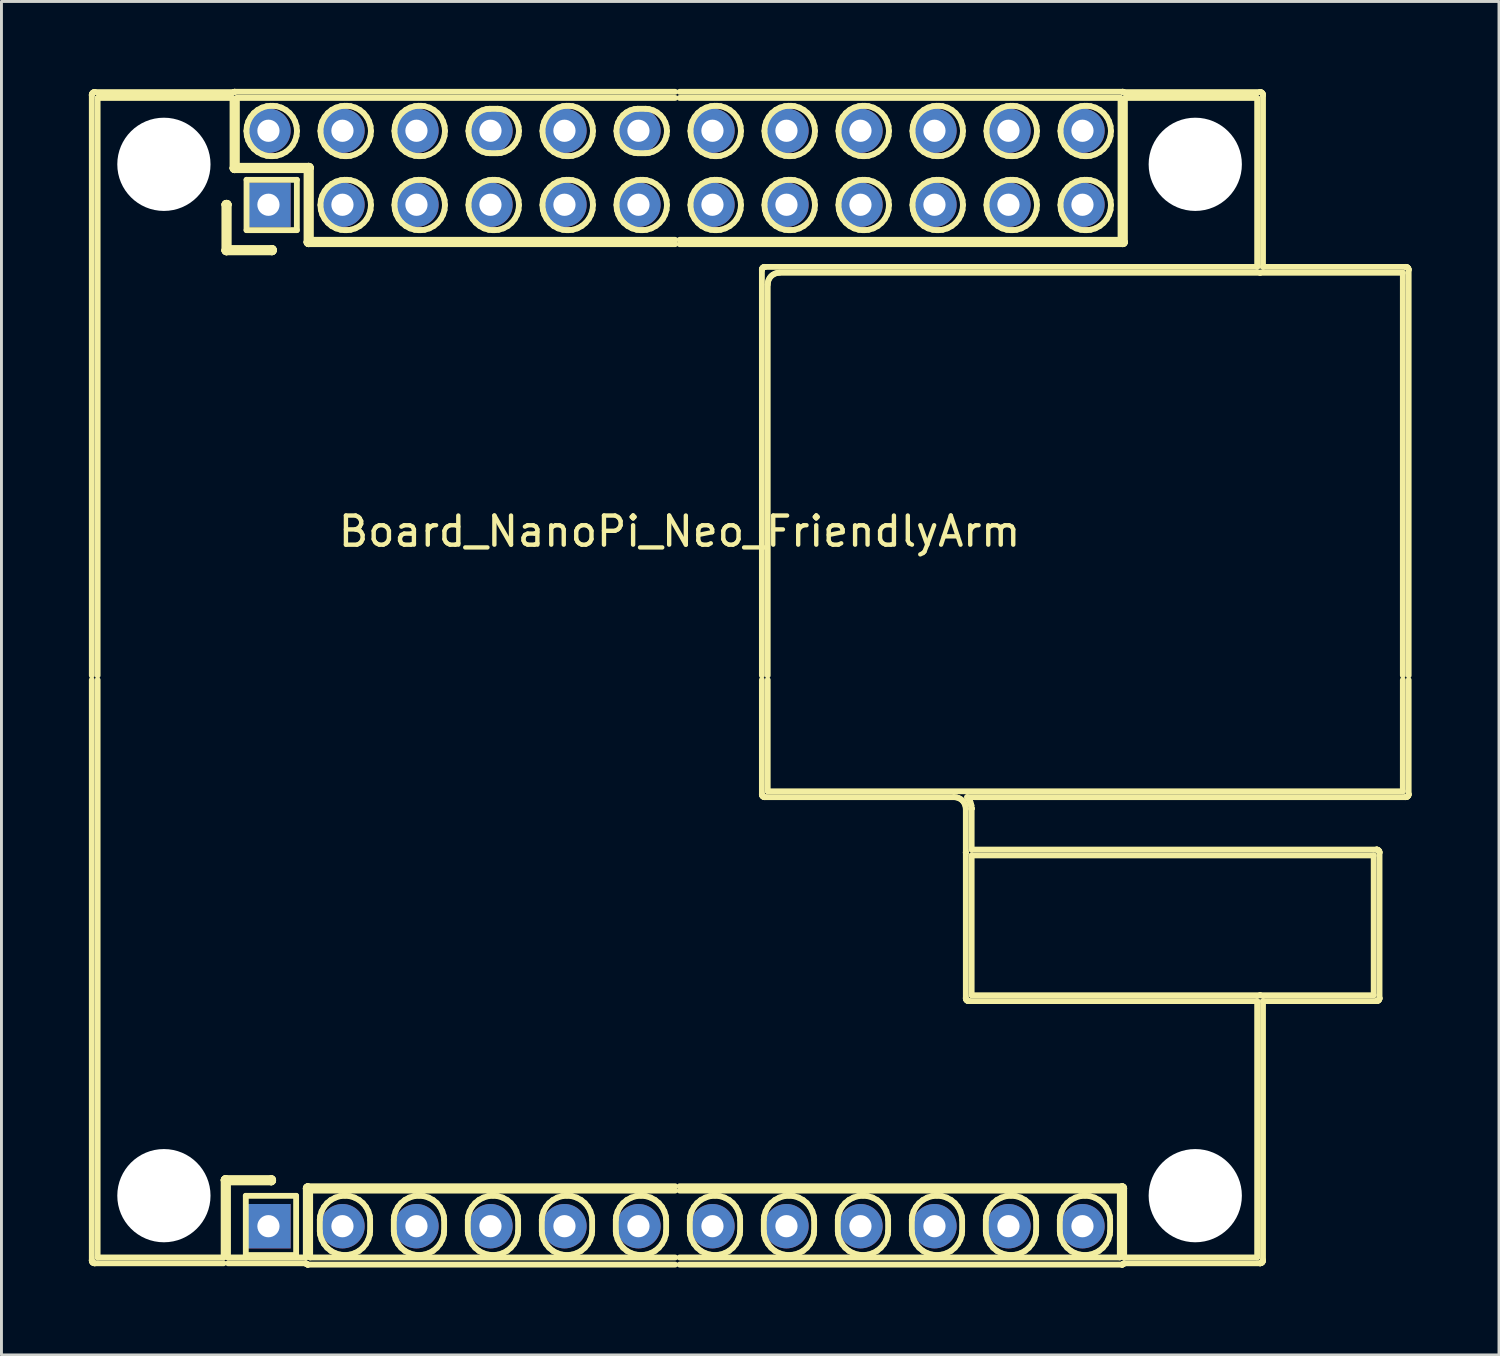
<source format=kicad_pcb>
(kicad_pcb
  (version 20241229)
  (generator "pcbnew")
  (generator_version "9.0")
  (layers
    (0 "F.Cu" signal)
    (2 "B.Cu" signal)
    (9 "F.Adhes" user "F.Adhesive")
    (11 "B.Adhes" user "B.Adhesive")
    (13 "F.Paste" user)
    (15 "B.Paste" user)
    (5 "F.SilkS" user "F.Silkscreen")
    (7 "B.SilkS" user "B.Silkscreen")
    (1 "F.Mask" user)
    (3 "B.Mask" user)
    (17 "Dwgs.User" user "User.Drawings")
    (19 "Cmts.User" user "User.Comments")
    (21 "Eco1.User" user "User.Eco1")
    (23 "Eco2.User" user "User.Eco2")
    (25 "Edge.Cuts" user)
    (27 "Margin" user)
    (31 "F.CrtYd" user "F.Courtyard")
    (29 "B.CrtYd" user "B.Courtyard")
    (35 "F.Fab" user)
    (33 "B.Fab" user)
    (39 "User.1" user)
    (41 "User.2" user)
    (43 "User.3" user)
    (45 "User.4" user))
  (footprint "Board_NanoPi_Neo_FriendlyArm"
    (layer "F.Cu")
    (at 20.276 20.29)
    (property "Reference" "Board_NanoPi_Neo_FriendlyArm" (at 0 -5.1 0) (layer "F.SilkS") (effects (font (size 1 1) (thickness 0.15))))
    (attr through_hole)
    (fp_line (start -20.176 -20.079) (end -20.174 -20.099) (stroke (width 0.2) (type solid)) (layer "F.SilkS"))
    (fp_line (start -20.176 19.921) (end -20.175 19.916) (stroke (width 0.2) (type solid)) (layer "F.SilkS"))
    (fp_line (start -20.175 -20.074) (end -20.176 -20.079) (stroke (width 0.2) (type solid)) (layer "F.SilkS"))
    (fp_line (start -20.175 -0.154) (end -20.175 -20.074) (stroke (width 0.2) (type solid)) (layer "F.SilkS"))
    (fp_line (start -20.175 19.916) (end -20.175 -0.004) (stroke (width 0.2) (type solid)) (layer "F.SilkS"))
    (fp_line (start -20.174 -20.099) (end -20.168 -20.118) (stroke (width 0.2) (type solid)) (layer "F.SilkS"))
    (fp_line (start -20.174 19.94) (end -20.176 19.921) (stroke (width 0.2) (type solid)) (layer "F.SilkS"))
    (fp_line (start -20.168 -20.118) (end -20.159 -20.135) (stroke (width 0.2) (type solid)) (layer "F.SilkS"))
    (fp_line (start -20.168 19.959) (end -20.174 19.94) (stroke (width 0.2) (type solid)) (layer "F.SilkS"))
    (fp_line (start -20.159 -20.135) (end -20.146 -20.15) (stroke (width 0.2) (type solid)) (layer "F.SilkS"))
    (fp_line (start -20.159 19.977) (end -20.168 19.959) (stroke (width 0.2) (type solid)) (layer "F.SilkS"))
    (fp_line (start -20.147 19.991) (end -20.159 19.977) (stroke (width 0.2) (type solid)) (layer "F.SilkS"))
    (fp_line (start -20.146 -20.15) (end -20.131 -20.163) (stroke (width 0.2) (type solid)) (layer "F.SilkS"))
    (fp_line (start -20.146 19.992) (end -20.147 19.991) (stroke (width 0.2) (type solid)) (layer "F.SilkS"))
    (fp_line (start -20.131 -20.163) (end -20.114 -20.172) (stroke (width 0.2) (type solid)) (layer "F.SilkS"))
    (fp_line (start -20.131 20.004) (end -20.146 19.992) (stroke (width 0.2) (type solid)) (layer "F.SilkS"))
    (fp_line (start -20.114 -20.172) (end -20.095 -20.178) (stroke (width 0.2) (type solid)) (layer "F.SilkS"))
    (fp_line (start -20.114 20.014) (end -20.131 20.004) (stroke (width 0.2) (type solid)) (layer "F.SilkS"))
    (fp_line (start -20.095 -20.178) (end -20.08 -20.179) (stroke (width 0.2) (type solid)) (layer "F.SilkS"))
    (fp_line (start -20.095 20.019) (end -20.114 20.014) (stroke (width 0.2) (type solid)) (layer "F.SilkS"))
    (fp_line (start -20.08 -20.179) (end -20.075 -20.18) (stroke (width 0.2) (type solid)) (layer "F.SilkS"))
    (fp_line (start -20.075 -20.18) (end -20.07 -20.179) (stroke (width 0.2) (type solid)) (layer "F.SilkS"))
    (fp_line (start -20.075 20.021) (end -20.095 20.019) (stroke (width 0.2) (type solid)) (layer "F.SilkS"))
    (fp_line (start -20.07 -20.179) (end -15.308 -20.179) (stroke (width 0.2) (type solid)) (layer "F.SilkS"))
    (fp_line (start -20.07 20.021) (end -20.075 20.021) (stroke (width 0.2) (type solid)) (layer "F.SilkS"))
    (fp_line (start -19.975 -19.979) (end -19.975 -0.154) (stroke (width 0.2) (type solid)) (layer "F.SilkS"))
    (fp_line (start -19.975 -0.004) (end -19.975 19.821) (stroke (width 0.2) (type solid)) (layer "F.SilkS"))
    (fp_line (start -19.975 19.821) (end -15.65 19.821) (stroke (width 0.2) (type solid)) (layer "F.SilkS"))
    (fp_line (start -15.651 17.171) (end -15.649 17.156) (stroke (width 0.2) (type solid)) (layer "F.SilkS"))
    (fp_line (start -15.65 17.174) (end -15.651 17.171) (stroke (width 0.2) (type solid)) (layer "F.SilkS"))
    (fp_line (start -15.65 19.821) (end -15.65 17.174) (stroke (width 0.2) (type solid)) (layer "F.SilkS"))
    (fp_line (start -15.65 20.021) (end -20.07 20.021) (stroke (width 0.2) (type solid)) (layer "F.SilkS"))
    (fp_line (start -15.649 17.156) (end -15.645 17.142) (stroke (width 0.2) (type solid)) (layer "F.SilkS"))
    (fp_line (start -15.645 17.142) (end -15.638 17.129) (stroke (width 0.2) (type solid)) (layer "F.SilkS"))
    (fp_line (start -15.638 17.129) (end -15.629 17.118) (stroke (width 0.2) (type solid)) (layer "F.SilkS"))
    (fp_line (start -15.629 17.118) (end -15.617 17.108) (stroke (width 0.2) (type solid)) (layer "F.SilkS"))
    (fp_line (start -15.626 -14.754) (end -15.625 -14.758) (stroke (width 0.2) (type solid)) (layer "F.SilkS"))
    (fp_line (start -15.625 -16.308) (end -15.624 -16.319) (stroke (width 0.2) (type solid)) (layer "F.SilkS"))
    (fp_line (start -15.625 -14.758) (end -15.625 -16.308) (stroke (width 0.2) (type solid)) (layer "F.SilkS"))
    (fp_line (start -15.624 -16.319) (end -15.62 -16.333) (stroke (width 0.2) (type solid)) (layer "F.SilkS"))
    (fp_line (start -15.624 -14.739) (end -15.626 -14.754) (stroke (width 0.2) (type solid)) (layer "F.SilkS"))
    (fp_line (start -15.62 -16.333) (end -15.613 -16.346) (stroke (width 0.2) (type solid)) (layer "F.SilkS"))
    (fp_line (start -15.62 -14.725) (end -15.624 -14.739) (stroke (width 0.2) (type solid)) (layer "F.SilkS"))
    (fp_line (start -15.617 17.108) (end -15.604 17.101) (stroke (width 0.2) (type solid)) (layer "F.SilkS"))
    (fp_line (start -15.613 -16.346) (end -15.604 -16.358) (stroke (width 0.2) (type solid)) (layer "F.SilkS"))
    (fp_line (start -15.613 -14.712) (end -15.62 -14.725) (stroke (width 0.2) (type solid)) (layer "F.SilkS"))
    (fp_line (start -15.604 -16.358) (end -15.592 -16.367) (stroke (width 0.2) (type solid)) (layer "F.SilkS"))
    (fp_line (start -15.604 -14.701) (end -15.613 -14.712) (stroke (width 0.2) (type solid)) (layer "F.SilkS"))
    (fp_line (start -15.604 17.101) (end -15.59 17.097) (stroke (width 0.2) (type solid)) (layer "F.SilkS"))
    (fp_line (start -15.592 -16.367) (end -15.579 -16.374) (stroke (width 0.2) (type solid)) (layer "F.SilkS"))
    (fp_line (start -15.592 -14.691) (end -15.604 -14.701) (stroke (width 0.2) (type solid)) (layer "F.SilkS"))
    (fp_line (start -15.59 17.097) (end -15.579 17.096) (stroke (width 0.2) (type solid)) (layer "F.SilkS"))
    (fp_line (start -15.579 -16.374) (end -15.565 -16.378) (stroke (width 0.2) (type solid)) (layer "F.SilkS"))
    (fp_line (start -15.579 -14.685) (end -15.592 -14.691) (stroke (width 0.2) (type solid)) (layer "F.SilkS"))
    (fp_line (start -15.579 17.096) (end -15.575 17.095) (stroke (width 0.2) (type solid)) (layer "F.SilkS"))
    (fp_line (start -15.575 17.095) (end -15.572 17.096) (stroke (width 0.2) (type solid)) (layer "F.SilkS"))
    (fp_line (start -15.572 17.096) (end -14.022 17.096) (stroke (width 0.2) (type solid)) (layer "F.SilkS"))
    (fp_line (start -15.565 -16.378) (end -15.55 -16.38) (stroke (width 0.2) (type solid)) (layer "F.SilkS"))
    (fp_line (start -15.565 -14.68) (end -15.579 -14.685) (stroke (width 0.2) (type solid)) (layer "F.SilkS"))
    (fp_line (start -15.554 -14.679) (end -15.565 -14.68) (stroke (width 0.2) (type solid)) (layer "F.SilkS"))
    (fp_line (start -15.55 -16.38) (end -15.536 -16.378) (stroke (width 0.2) (type solid)) (layer "F.SilkS"))
    (fp_line (start -15.55 -14.679) (end -15.554 -14.679) (stroke (width 0.2) (type solid)) (layer "F.SilkS"))
    (fp_line (start -15.547 -14.679) (end -15.55 -14.679) (stroke (width 0.2) (type solid)) (layer "F.SilkS"))
    (fp_line (start -15.536 -16.378) (end -15.522 -16.374) (stroke (width 0.2) (type solid)) (layer "F.SilkS"))
    (fp_line (start -15.522 -16.374) (end -15.509 -16.367) (stroke (width 0.2) (type solid)) (layer "F.SilkS"))
    (fp_line (start -15.509 -16.367) (end -15.497 -16.358) (stroke (width 0.2) (type solid)) (layer "F.SilkS"))
    (fp_line (start -15.5 17.246) (end -15.5 19.821) (stroke (width 0.2) (type solid)) (layer "F.SilkS"))
    (fp_line (start -15.5 19.821) (end -12.83 19.821) (stroke (width 0.2) (type solid)) (layer "F.SilkS"))
    (fp_line (start -15.497 -16.358) (end -15.488 -16.346) (stroke (width 0.2) (type solid)) (layer "F.SilkS"))
    (fp_line (start -15.488 -16.346) (end -15.481 -16.333) (stroke (width 0.2) (type solid)) (layer "F.SilkS"))
    (fp_line (start -15.481 -16.333) (end -15.476 -16.319) (stroke (width 0.2) (type solid)) (layer "F.SilkS"))
    (fp_line (start -15.476 -16.319) (end -15.475 -16.308) (stroke (width 0.2) (type solid)) (layer "F.SilkS"))
    (fp_line (start -15.475 -16.308) (end -15.475 -14.829) (stroke (width 0.2) (type solid)) (layer "F.SilkS"))
    (fp_line (start -15.475 -14.829) (end -13.997 -14.829) (stroke (width 0.2) (type solid)) (layer "F.SilkS"))
    (fp_line (start -15.346 -17.574) (end -15.345 -17.578) (stroke (width 0.2) (type solid)) (layer "F.SilkS"))
    (fp_line (start -15.345 -19.979) (end -19.975 -19.979) (stroke (width 0.2) (type solid)) (layer "F.SilkS"))
    (fp_line (start -15.345 -17.578) (end -15.345 -19.979) (stroke (width 0.2) (type solid)) (layer "F.SilkS"))
    (fp_line (start -15.344 -17.559) (end -15.346 -17.574) (stroke (width 0.2) (type solid)) (layer "F.SilkS"))
    (fp_line (start -15.34 -17.545) (end -15.344 -17.559) (stroke (width 0.2) (type solid)) (layer "F.SilkS"))
    (fp_line (start -15.333 -17.532) (end -15.34 -17.545) (stroke (width 0.2) (type solid)) (layer "F.SilkS"))
    (fp_line (start -15.324 -17.521) (end -15.333 -17.532) (stroke (width 0.2) (type solid)) (layer "F.SilkS"))
    (fp_line (start -15.312 -17.512) (end -15.324 -17.521) (stroke (width 0.2) (type solid)) (layer "F.SilkS"))
    (fp_line (start -15.308 -20.179) (end -15.299 -20.184) (stroke (width 0.2) (type solid)) (layer "F.SilkS"))
    (fp_line (start -15.299 -20.184) (end -15.285 -20.188) (stroke (width 0.2) (type solid)) (layer "F.SilkS"))
    (fp_line (start -15.299 -17.505) (end -15.312 -17.512) (stroke (width 0.2) (type solid)) (layer "F.SilkS"))
    (fp_line (start -15.285 -20.188) (end -15.274 -20.189) (stroke (width 0.2) (type solid)) (layer "F.SilkS"))
    (fp_line (start -15.285 -17.5) (end -15.299 -17.505) (stroke (width 0.2) (type solid)) (layer "F.SilkS"))
    (fp_line (start -15.274 -20.189) (end -15.27 -20.19) (stroke (width 0.2) (type solid)) (layer "F.SilkS"))
    (fp_line (start -15.274 -17.499) (end -15.285 -17.5) (stroke (width 0.2) (type solid)) (layer "F.SilkS"))
    (fp_line (start -15.27 -20.19) (end -15.267 -20.189) (stroke (width 0.2) (type solid)) (layer "F.SilkS"))
    (fp_line (start -15.27 -17.499) (end -15.274 -17.499) (stroke (width 0.2) (type solid)) (layer "F.SilkS"))
    (fp_line (start -15.267 -20.189) (end -0.15 -20.189) (stroke (width 0.2) (type solid)) (layer "F.SilkS"))
    (fp_line (start -15.267 -17.499) (end -15.27 -17.499) (stroke (width 0.2) (type solid)) (layer "F.SilkS"))
    (fp_line (start -15.195 -19.979) (end -15.195 -17.649) (stroke (width 0.2) (type solid)) (layer "F.SilkS"))
    (fp_line (start -15.195 -17.649) (end -12.734 -17.649) (stroke (width 0.2) (type solid)) (layer "F.SilkS"))
    (fp_line (start -14.889 17.705) (end -13.162 17.705) (stroke (width 0.2) (type solid)) (layer "F.SilkS"))
    (fp_line (start -14.889 19.737) (end -14.889 17.705) (stroke (width 0.2) (type solid)) (layer "F.SilkS"))
    (fp_line (start -14.868 -18.844) (end -14.852 -19.014) (stroke (width 0.2) (type solid)) (layer "F.SilkS"))
    (fp_line (start -14.864 -17.168) (end -13.137 -17.168) (stroke (width 0.2) (type solid)) (layer "F.SilkS"))
    (fp_line (start -14.864 -15.441) (end -14.864 -17.168) (stroke (width 0.2) (type solid)) (layer "F.SilkS"))
    (fp_line (start -14.852 -19.014) (end -14.802 -19.176) (stroke (width 0.2) (type solid)) (layer "F.SilkS"))
    (fp_line (start -14.852 -18.675) (end -14.868 -18.844) (stroke (width 0.2) (type solid)) (layer "F.SilkS"))
    (fp_line (start -14.802 -19.176) (end -14.722 -19.326) (stroke (width 0.2) (type solid)) (layer "F.SilkS"))
    (fp_line (start -14.802 -18.512) (end -14.852 -18.675) (stroke (width 0.2) (type solid)) (layer "F.SilkS"))
    (fp_line (start -14.722 -19.326) (end -14.614 -19.458) (stroke (width 0.2) (type solid)) (layer "F.SilkS"))
    (fp_line (start -14.722 -18.362) (end -14.802 -18.512) (stroke (width 0.2) (type solid)) (layer "F.SilkS"))
    (fp_line (start -14.614 -19.458) (end -14.483 -19.566) (stroke (width 0.2) (type solid)) (layer "F.SilkS"))
    (fp_line (start -14.614 -18.231) (end -14.722 -18.362) (stroke (width 0.2) (type solid)) (layer "F.SilkS"))
    (fp_line (start -14.483 -19.566) (end -14.332 -19.646) (stroke (width 0.2) (type solid)) (layer "F.SilkS"))
    (fp_line (start -14.483 -18.123) (end -14.614 -18.231) (stroke (width 0.2) (type solid)) (layer "F.SilkS"))
    (fp_line (start -14.332 -19.646) (end -14.17 -19.695) (stroke (width 0.2) (type solid)) (layer "F.SilkS"))
    (fp_line (start -14.332 -18.043) (end -14.483 -18.123) (stroke (width 0.2) (type solid)) (layer "F.SilkS"))
    (fp_line (start -14.17 -19.695) (end -14.043 -19.708) (stroke (width 0.2) (type solid)) (layer "F.SilkS"))
    (fp_line (start -14.17 -17.993) (end -14.332 -18.043) (stroke (width 0.2) (type solid)) (layer "F.SilkS"))
    (fp_line (start -14.043 -19.708) (end -13.958 -19.708) (stroke (width 0.2) (type solid)) (layer "F.SilkS"))
    (fp_line (start -14.043 -17.981) (end -14.17 -17.993) (stroke (width 0.2) (type solid)) (layer "F.SilkS"))
    (fp_line (start -14.022 17.096) (end -14.011 17.097) (stroke (width 0.2) (type solid)) (layer "F.SilkS"))
    (fp_line (start -14.022 17.246) (end -15.5 17.246) (stroke (width 0.2) (type solid)) (layer "F.SilkS"))
    (fp_line (start -14.011 17.097) (end -13.997 17.101) (stroke (width 0.2) (type solid)) (layer "F.SilkS"))
    (fp_line (start -14.011 17.245) (end -14.022 17.246) (stroke (width 0.2) (type solid)) (layer "F.SilkS"))
    (fp_line (start -13.997 -14.829) (end -13.986 -14.828) (stroke (width 0.2) (type solid)) (layer "F.SilkS"))
    (fp_line (start -13.997 -14.679) (end -15.547 -14.679) (stroke (width 0.2) (type solid)) (layer "F.SilkS"))
    (fp_line (start -13.997 17.101) (end -13.984 17.108) (stroke (width 0.2) (type solid)) (layer "F.SilkS"))
    (fp_line (start -13.997 17.24) (end -14.011 17.245) (stroke (width 0.2) (type solid)) (layer "F.SilkS"))
    (fp_line (start -13.986 -14.828) (end -13.972 -14.824) (stroke (width 0.2) (type solid)) (layer "F.SilkS"))
    (fp_line (start -13.986 -14.68) (end -13.997 -14.679) (stroke (width 0.2) (type solid)) (layer "F.SilkS"))
    (fp_line (start -13.984 17.108) (end -13.972 17.118) (stroke (width 0.2) (type solid)) (layer "F.SilkS"))
    (fp_line (start -13.984 17.233) (end -13.997 17.24) (stroke (width 0.2) (type solid)) (layer "F.SilkS"))
    (fp_line (start -13.972 -14.824) (end -13.959 -14.817) (stroke (width 0.2) (type solid)) (layer "F.SilkS"))
    (fp_line (start -13.972 -14.685) (end -13.986 -14.68) (stroke (width 0.2) (type solid)) (layer "F.SilkS"))
    (fp_line (start -13.972 17.118) (end -13.963 17.129) (stroke (width 0.2) (type solid)) (layer "F.SilkS"))
    (fp_line (start -13.972 17.224) (end -13.984 17.233) (stroke (width 0.2) (type solid)) (layer "F.SilkS"))
    (fp_line (start -13.963 17.129) (end -13.956 17.142) (stroke (width 0.2) (type solid)) (layer "F.SilkS"))
    (fp_line (start -13.963 17.213) (end -13.972 17.224) (stroke (width 0.2) (type solid)) (layer "F.SilkS"))
    (fp_line (start -13.959 -14.817) (end -13.947 -14.807) (stroke (width 0.2) (type solid)) (layer "F.SilkS"))
    (fp_line (start -13.959 -14.691) (end -13.972 -14.685) (stroke (width 0.2) (type solid)) (layer "F.SilkS"))
    (fp_line (start -13.958 -19.708) (end -13.831 -19.695) (stroke (width 0.2) (type solid)) (layer "F.SilkS"))
    (fp_line (start -13.958 -17.981) (end -14.043 -17.981) (stroke (width 0.2) (type solid)) (layer "F.SilkS"))
    (fp_line (start -13.956 17.142) (end -13.951 17.156) (stroke (width 0.2) (type solid)) (layer "F.SilkS"))
    (fp_line (start -13.956 17.2) (end -13.963 17.213) (stroke (width 0.2) (type solid)) (layer "F.SilkS"))
    (fp_line (start -13.951 17.156) (end -13.95 17.171) (stroke (width 0.2) (type solid)) (layer "F.SilkS"))
    (fp_line (start -13.951 17.186) (end -13.956 17.2) (stroke (width 0.2) (type solid)) (layer "F.SilkS"))
    (fp_line (start -13.95 17.171) (end -13.951 17.186) (stroke (width 0.2) (type solid)) (layer "F.SilkS"))
    (fp_line (start -13.947 -14.807) (end -13.938 -14.796) (stroke (width 0.2) (type solid)) (layer "F.SilkS"))
    (fp_line (start -13.947 -14.701) (end -13.959 -14.691) (stroke (width 0.2) (type solid)) (layer "F.SilkS"))
    (fp_line (start -13.938 -14.796) (end -13.931 -14.783) (stroke (width 0.2) (type solid)) (layer "F.SilkS"))
    (fp_line (start -13.938 -14.712) (end -13.947 -14.701) (stroke (width 0.2) (type solid)) (layer "F.SilkS"))
    (fp_line (start -13.931 -14.783) (end -13.926 -14.769) (stroke (width 0.2) (type solid)) (layer "F.SilkS"))
    (fp_line (start -13.931 -14.725) (end -13.938 -14.712) (stroke (width 0.2) (type solid)) (layer "F.SilkS"))
    (fp_line (start -13.926 -14.769) (end -13.925 -14.754) (stroke (width 0.2) (type solid)) (layer "F.SilkS"))
    (fp_line (start -13.926 -14.739) (end -13.931 -14.725) (stroke (width 0.2) (type solid)) (layer "F.SilkS"))
    (fp_line (start -13.925 -14.754) (end -13.926 -14.739) (stroke (width 0.2) (type solid)) (layer "F.SilkS"))
    (fp_line (start -13.831 -19.695) (end -13.668 -19.646) (stroke (width 0.2) (type solid)) (layer "F.SilkS"))
    (fp_line (start -13.831 -17.993) (end -13.958 -17.981) (stroke (width 0.2) (type solid)) (layer "F.SilkS"))
    (fp_line (start -13.668 -19.646) (end -13.518 -19.566) (stroke (width 0.2) (type solid)) (layer "F.SilkS"))
    (fp_line (start -13.668 -18.043) (end -13.831 -17.993) (stroke (width 0.2) (type solid)) (layer "F.SilkS"))
    (fp_line (start -13.518 -19.566) (end -13.387 -19.458) (stroke (width 0.2) (type solid)) (layer "F.SilkS"))
    (fp_line (start -13.518 -18.123) (end -13.668 -18.043) (stroke (width 0.2) (type solid)) (layer "F.SilkS"))
    (fp_line (start -13.387 -19.458) (end -13.279 -19.326) (stroke (width 0.2) (type solid)) (layer "F.SilkS"))
    (fp_line (start -13.387 -18.231) (end -13.518 -18.123) (stroke (width 0.2) (type solid)) (layer "F.SilkS"))
    (fp_line (start -13.279 -19.326) (end -13.199 -19.176) (stroke (width 0.2) (type solid)) (layer "F.SilkS"))
    (fp_line (start -13.279 -18.362) (end -13.387 -18.231) (stroke (width 0.2) (type solid)) (layer "F.SilkS"))
    (fp_line (start -13.199 -19.176) (end -13.149 -19.014) (stroke (width 0.2) (type solid)) (layer "F.SilkS"))
    (fp_line (start -13.199 -18.512) (end -13.279 -18.362) (stroke (width 0.2) (type solid)) (layer "F.SilkS"))
    (fp_line (start -13.162 17.705) (end -13.162 19.737) (stroke (width 0.2) (type solid)) (layer "F.SilkS"))
    (fp_line (start -13.162 19.737) (end -14.889 19.737) (stroke (width 0.2) (type solid)) (layer "F.SilkS"))
    (fp_line (start -13.149 -19.014) (end -13.133 -18.844) (stroke (width 0.2) (type solid)) (layer "F.SilkS"))
    (fp_line (start -13.149 -18.675) (end -13.199 -18.512) (stroke (width 0.2) (type solid)) (layer "F.SilkS"))
    (fp_line (start -13.137 -17.168) (end -13.137 -15.441) (stroke (width 0.2) (type solid)) (layer "F.SilkS"))
    (fp_line (start -13.137 -15.441) (end -14.864 -15.441) (stroke (width 0.2) (type solid)) (layer "F.SilkS"))
    (fp_line (start -13.133 -18.844) (end -13.149 -18.675) (stroke (width 0.2) (type solid)) (layer "F.SilkS"))
    (fp_line (start -12.831 17.451) (end -12.829 17.436) (stroke (width 0.2) (type solid)) (layer "F.SilkS"))
    (fp_line (start -12.83 17.454) (end -12.831 17.451) (stroke (width 0.2) (type solid)) (layer "F.SilkS"))
    (fp_line (start -12.83 19.821) (end -12.83 17.454) (stroke (width 0.2) (type solid)) (layer "F.SilkS"))
    (fp_line (start -12.829 17.436) (end -12.825 17.422) (stroke (width 0.2) (type solid)) (layer "F.SilkS"))
    (fp_line (start -12.825 17.422) (end -12.818 17.409) (stroke (width 0.2) (type solid)) (layer "F.SilkS"))
    (fp_line (start -12.824 20.021) (end -15.5 20.021) (stroke (width 0.2) (type solid)) (layer "F.SilkS"))
    (fp_line (start -12.818 17.409) (end -12.809 17.398) (stroke (width 0.2) (type solid)) (layer "F.SilkS"))
    (fp_line (start -12.818 20.033) (end -12.824 20.021) (stroke (width 0.2) (type solid)) (layer "F.SilkS"))
    (fp_line (start -12.809 17.398) (end -12.797 17.388) (stroke (width 0.2) (type solid)) (layer "F.SilkS"))
    (fp_line (start -12.809 20.044) (end -12.818 20.033) (stroke (width 0.2) (type solid)) (layer "F.SilkS"))
    (fp_line (start -12.806 -15.034) (end -12.805 -15.038) (stroke (width 0.2) (type solid)) (layer "F.SilkS"))
    (fp_line (start -12.805 -17.499) (end -15.267 -17.499) (stroke (width 0.2) (type solid)) (layer "F.SilkS"))
    (fp_line (start -12.805 -15.038) (end -12.805 -17.499) (stroke (width 0.2) (type solid)) (layer "F.SilkS"))
    (fp_line (start -12.804 -15.02) (end -12.806 -15.034) (stroke (width 0.2) (type solid)) (layer "F.SilkS"))
    (fp_line (start -12.8 -15.005) (end -12.804 -15.02) (stroke (width 0.2) (type solid)) (layer "F.SilkS"))
    (fp_line (start -12.797 17.388) (end -12.784 17.381) (stroke (width 0.2) (type solid)) (layer "F.SilkS"))
    (fp_line (start -12.797 20.053) (end -12.809 20.044) (stroke (width 0.2) (type solid)) (layer "F.SilkS"))
    (fp_line (start -12.793 -14.992) (end -12.8 -15.005) (stroke (width 0.2) (type solid)) (layer "F.SilkS"))
    (fp_line (start -12.784 -14.981) (end -12.793 -14.992) (stroke (width 0.2) (type solid)) (layer "F.SilkS"))
    (fp_line (start -12.784 17.381) (end -12.77 17.377) (stroke (width 0.2) (type solid)) (layer "F.SilkS"))
    (fp_line (start -12.784 20.06) (end -12.797 20.053) (stroke (width 0.2) (type solid)) (layer "F.SilkS"))
    (fp_line (start -12.772 -14.972) (end -12.784 -14.981) (stroke (width 0.2) (type solid)) (layer "F.SilkS"))
    (fp_line (start -12.77 17.377) (end -12.759 17.376) (stroke (width 0.2) (type solid)) (layer "F.SilkS"))
    (fp_line (start -12.77 20.065) (end -12.784 20.06) (stroke (width 0.2) (type solid)) (layer "F.SilkS"))
    (fp_line (start -12.759 -14.965) (end -12.772 -14.972) (stroke (width 0.2) (type solid)) (layer "F.SilkS"))
    (fp_line (start -12.759 17.376) (end -12.755 17.375) (stroke (width 0.2) (type solid)) (layer "F.SilkS"))
    (fp_line (start -12.759 20.066) (end -12.77 20.065) (stroke (width 0.2) (type solid)) (layer "F.SilkS"))
    (fp_line (start -12.755 17.375) (end -12.752 17.376) (stroke (width 0.2) (type solid)) (layer "F.SilkS"))
    (fp_line (start -12.755 20.066) (end -12.759 20.066) (stroke (width 0.2) (type solid)) (layer "F.SilkS"))
    (fp_line (start -12.752 17.376) (end -0.15 17.376) (stroke (width 0.2) (type solid)) (layer "F.SilkS"))
    (fp_line (start -12.752 20.066) (end -12.755 20.066) (stroke (width 0.2) (type solid)) (layer "F.SilkS"))
    (fp_line (start -12.745 -14.96) (end -12.759 -14.965) (stroke (width 0.2) (type solid)) (layer "F.SilkS"))
    (fp_line (start -12.734 -17.649) (end -12.73 -17.65) (stroke (width 0.2) (type solid)) (layer "F.SilkS"))
    (fp_line (start -12.734 -14.959) (end -12.745 -14.96) (stroke (width 0.2) (type solid)) (layer "F.SilkS"))
    (fp_line (start -12.73 -17.65) (end -12.727 -17.649) (stroke (width 0.2) (type solid)) (layer "F.SilkS"))
    (fp_line (start -12.73 -14.959) (end -12.734 -14.959) (stroke (width 0.2) (type solid)) (layer "F.SilkS"))
    (fp_line (start -12.727 -17.649) (end -12.716 -17.648) (stroke (width 0.2) (type solid)) (layer "F.SilkS"))
    (fp_line (start -12.727 -14.959) (end -12.73 -14.959) (stroke (width 0.2) (type solid)) (layer "F.SilkS"))
    (fp_line (start -12.716 -17.648) (end -12.702 -17.644) (stroke (width 0.2) (type solid)) (layer "F.SilkS"))
    (fp_line (start -12.702 -17.644) (end -12.689 -17.637) (stroke (width 0.2) (type solid)) (layer "F.SilkS"))
    (fp_line (start -12.689 -17.637) (end -12.677 -17.628) (stroke (width 0.2) (type solid)) (layer "F.SilkS"))
    (fp_line (start -12.68 17.526) (end -12.68 19.821) (stroke (width 0.2) (type solid)) (layer "F.SilkS"))
    (fp_line (start -12.68 19.821) (end -0.15 19.821) (stroke (width 0.2) (type solid)) (layer "F.SilkS"))
    (fp_line (start -12.677 -17.628) (end -12.668 -17.616) (stroke (width 0.2) (type solid)) (layer "F.SilkS"))
    (fp_line (start -12.668 -17.616) (end -12.661 -17.603) (stroke (width 0.2) (type solid)) (layer "F.SilkS"))
    (fp_line (start -12.661 -17.603) (end -12.656 -17.589) (stroke (width 0.2) (type solid)) (layer "F.SilkS"))
    (fp_line (start -12.656 -17.589) (end -12.655 -17.574) (stroke (width 0.2) (type solid)) (layer "F.SilkS"))
    (fp_line (start -12.655 -17.574) (end -12.655 -17.57) (stroke (width 0.2) (type solid)) (layer "F.SilkS"))
    (fp_line (start -12.655 -17.57) (end -12.655 -15.109) (stroke (width 0.2) (type solid)) (layer "F.SilkS"))
    (fp_line (start -12.655 -15.109) (end -0.15 -15.109) (stroke (width 0.2) (type solid)) (layer "F.SilkS"))
    (fp_line (start -12.349 18.526) (end -12.337 18.399) (stroke (width 0.2) (type solid)) (layer "F.SilkS"))
    (fp_line (start -12.349 18.916) (end -12.349 18.526) (stroke (width 0.2) (type solid)) (layer "F.SilkS"))
    (fp_line (start -12.337 18.399) (end -12.287 18.236) (stroke (width 0.2) (type solid)) (layer "F.SilkS"))
    (fp_line (start -12.337 19.042) (end -12.349 18.916) (stroke (width 0.2) (type solid)) (layer "F.SilkS"))
    (fp_line (start -12.328 -18.844) (end -12.312 -19.014) (stroke (width 0.2) (type solid)) (layer "F.SilkS"))
    (fp_line (start -12.328 -16.304) (end -12.312 -16.474) (stroke (width 0.2) (type solid)) (layer "F.SilkS"))
    (fp_line (start -12.312 -19.014) (end -12.262 -19.176) (stroke (width 0.2) (type solid)) (layer "F.SilkS"))
    (fp_line (start -12.312 -18.675) (end -12.328 -18.844) (stroke (width 0.2) (type solid)) (layer "F.SilkS"))
    (fp_line (start -12.312 -16.474) (end -12.262 -16.636) (stroke (width 0.2) (type solid)) (layer "F.SilkS"))
    (fp_line (start -12.312 -16.135) (end -12.328 -16.304) (stroke (width 0.2) (type solid)) (layer "F.SilkS"))
    (fp_line (start -12.287 18.236) (end -12.207 18.086) (stroke (width 0.2) (type solid)) (layer "F.SilkS"))
    (fp_line (start -12.287 19.205) (end -12.337 19.042) (stroke (width 0.2) (type solid)) (layer "F.SilkS"))
    (fp_line (start -12.262 -19.176) (end -12.182 -19.326) (stroke (width 0.2) (type solid)) (layer "F.SilkS"))
    (fp_line (start -12.262 -18.512) (end -12.312 -18.675) (stroke (width 0.2) (type solid)) (layer "F.SilkS"))
    (fp_line (start -12.262 -16.636) (end -12.182 -16.786) (stroke (width 0.2) (type solid)) (layer "F.SilkS"))
    (fp_line (start -12.262 -15.972) (end -12.312 -16.135) (stroke (width 0.2) (type solid)) (layer "F.SilkS"))
    (fp_line (start -12.207 18.086) (end -12.099 17.955) (stroke (width 0.2) (type solid)) (layer "F.SilkS"))
    (fp_line (start -12.207 19.355) (end -12.287 19.205) (stroke (width 0.2) (type solid)) (layer "F.SilkS"))
    (fp_line (start -12.182 -19.326) (end -12.074 -19.458) (stroke (width 0.2) (type solid)) (layer "F.SilkS"))
    (fp_line (start -12.182 -18.362) (end -12.262 -18.512) (stroke (width 0.2) (type solid)) (layer "F.SilkS"))
    (fp_line (start -12.182 -16.786) (end -12.074 -16.918) (stroke (width 0.2) (type solid)) (layer "F.SilkS"))
    (fp_line (start -12.182 -15.822) (end -12.262 -15.972) (stroke (width 0.2) (type solid)) (layer "F.SilkS"))
    (fp_line (start -12.099 17.955) (end -11.968 17.847) (stroke (width 0.2) (type solid)) (layer "F.SilkS"))
    (fp_line (start -12.099 19.487) (end -12.207 19.355) (stroke (width 0.2) (type solid)) (layer "F.SilkS"))
    (fp_line (start -12.074 -19.458) (end -11.943 -19.566) (stroke (width 0.2) (type solid)) (layer "F.SilkS"))
    (fp_line (start -12.074 -18.231) (end -12.182 -18.362) (stroke (width 0.2) (type solid)) (layer "F.SilkS"))
    (fp_line (start -12.074 -16.918) (end -11.943 -17.026) (stroke (width 0.2) (type solid)) (layer "F.SilkS"))
    (fp_line (start -12.074 -15.691) (end -12.182 -15.822) (stroke (width 0.2) (type solid)) (layer "F.SilkS"))
    (fp_line (start -11.968 17.847) (end -11.817 17.767) (stroke (width 0.2) (type solid)) (layer "F.SilkS"))
    (fp_line (start -11.968 19.595) (end -12.099 19.487) (stroke (width 0.2) (type solid)) (layer "F.SilkS"))
    (fp_line (start -11.943 -19.566) (end -11.792 -19.646) (stroke (width 0.2) (type solid)) (layer "F.SilkS"))
    (fp_line (start -11.943 -18.123) (end -12.074 -18.231) (stroke (width 0.2) (type solid)) (layer "F.SilkS"))
    (fp_line (start -11.943 -17.026) (end -11.792 -17.106) (stroke (width 0.2) (type solid)) (layer "F.SilkS"))
    (fp_line (start -11.943 -15.583) (end -12.074 -15.691) (stroke (width 0.2) (type solid)) (layer "F.SilkS"))
    (fp_line (start -11.817 17.767) (end -11.655 17.717) (stroke (width 0.2) (type solid)) (layer "F.SilkS"))
    (fp_line (start -11.817 19.675) (end -11.968 19.595) (stroke (width 0.2) (type solid)) (layer "F.SilkS"))
    (fp_line (start -11.792 -19.646) (end -11.63 -19.695) (stroke (width 0.2) (type solid)) (layer "F.SilkS"))
    (fp_line (start -11.792 -18.043) (end -11.943 -18.123) (stroke (width 0.2) (type solid)) (layer "F.SilkS"))
    (fp_line (start -11.792 -17.106) (end -11.63 -17.155) (stroke (width 0.2) (type solid)) (layer "F.SilkS"))
    (fp_line (start -11.792 -15.502) (end -11.943 -15.583) (stroke (width 0.2) (type solid)) (layer "F.SilkS"))
    (fp_line (start -11.655 17.717) (end -11.485 17.701) (stroke (width 0.2) (type solid)) (layer "F.SilkS"))
    (fp_line (start -11.655 19.724) (end -11.817 19.675) (stroke (width 0.2) (type solid)) (layer "F.SilkS"))
    (fp_line (start -11.63 -19.695) (end -11.503 -19.708) (stroke (width 0.2) (type solid)) (layer "F.SilkS"))
    (fp_line (start -11.63 -17.993) (end -11.792 -18.043) (stroke (width 0.2) (type solid)) (layer "F.SilkS"))
    (fp_line (start -11.63 -17.155) (end -11.503 -17.168) (stroke (width 0.2) (type solid)) (layer "F.SilkS"))
    (fp_line (start -11.63 -15.453) (end -11.792 -15.502) (stroke (width 0.2) (type solid)) (layer "F.SilkS"))
    (fp_line (start -11.503 -19.708) (end -11.418 -19.708) (stroke (width 0.2) (type solid)) (layer "F.SilkS"))
    (fp_line (start -11.503 -17.981) (end -11.63 -17.993) (stroke (width 0.2) (type solid)) (layer "F.SilkS"))
    (fp_line (start -11.503 -17.168) (end -11.418 -17.168) (stroke (width 0.2) (type solid)) (layer "F.SilkS"))
    (fp_line (start -11.503 -15.441) (end -11.63 -15.453) (stroke (width 0.2) (type solid)) (layer "F.SilkS"))
    (fp_line (start -11.485 17.701) (end -11.316 17.717) (stroke (width 0.2) (type solid)) (layer "F.SilkS"))
    (fp_line (start -11.485 19.741) (end -11.655 19.724) (stroke (width 0.2) (type solid)) (layer "F.SilkS"))
    (fp_line (start -11.418 -19.708) (end -11.291 -19.695) (stroke (width 0.2) (type solid)) (layer "F.SilkS"))
    (fp_line (start -11.418 -17.981) (end -11.503 -17.981) (stroke (width 0.2) (type solid)) (layer "F.SilkS"))
    (fp_line (start -11.418 -17.168) (end -11.291 -17.155) (stroke (width 0.2) (type solid)) (layer "F.SilkS"))
    (fp_line (start -11.418 -15.441) (end -11.503 -15.441) (stroke (width 0.2) (type solid)) (layer "F.SilkS"))
    (fp_line (start -11.316 17.717) (end -11.153 17.767) (stroke (width 0.2) (type solid)) (layer "F.SilkS"))
    (fp_line (start -11.316 19.724) (end -11.485 19.741) (stroke (width 0.2) (type solid)) (layer "F.SilkS"))
    (fp_line (start -11.291 -19.695) (end -11.128 -19.646) (stroke (width 0.2) (type solid)) (layer "F.SilkS"))
    (fp_line (start -11.291 -17.993) (end -11.418 -17.981) (stroke (width 0.2) (type solid)) (layer "F.SilkS"))
    (fp_line (start -11.291 -17.155) (end -11.128 -17.106) (stroke (width 0.2) (type solid)) (layer "F.SilkS"))
    (fp_line (start -11.291 -15.453) (end -11.418 -15.441) (stroke (width 0.2) (type solid)) (layer "F.SilkS"))
    (fp_line (start -11.153 17.767) (end -11.003 17.847) (stroke (width 0.2) (type solid)) (layer "F.SilkS"))
    (fp_line (start -11.153 19.675) (end -11.316 19.724) (stroke (width 0.2) (type solid)) (layer "F.SilkS"))
    (fp_line (start -11.128 -19.646) (end -10.978 -19.566) (stroke (width 0.2) (type solid)) (layer "F.SilkS"))
    (fp_line (start -11.128 -18.043) (end -11.291 -17.993) (stroke (width 0.2) (type solid)) (layer "F.SilkS"))
    (fp_line (start -11.128 -17.106) (end -10.978 -17.026) (stroke (width 0.2) (type solid)) (layer "F.SilkS"))
    (fp_line (start -11.128 -15.502) (end -11.291 -15.453) (stroke (width 0.2) (type solid)) (layer "F.SilkS"))
    (fp_line (start -11.003 17.847) (end -10.872 17.955) (stroke (width 0.2) (type solid)) (layer "F.SilkS"))
    (fp_line (start -11.003 19.595) (end -11.153 19.675) (stroke (width 0.2) (type solid)) (layer "F.SilkS"))
    (fp_line (start -10.978 -19.566) (end -10.847 -19.458) (stroke (width 0.2) (type solid)) (layer "F.SilkS"))
    (fp_line (start -10.978 -18.123) (end -11.128 -18.043) (stroke (width 0.2) (type solid)) (layer "F.SilkS"))
    (fp_line (start -10.978 -17.026) (end -10.847 -16.918) (stroke (width 0.2) (type solid)) (layer "F.SilkS"))
    (fp_line (start -10.978 -15.583) (end -11.128 -15.502) (stroke (width 0.2) (type solid)) (layer "F.SilkS"))
    (fp_line (start -10.872 17.955) (end -10.764 18.086) (stroke (width 0.2) (type solid)) (layer "F.SilkS"))
    (fp_line (start -10.872 19.487) (end -11.003 19.595) (stroke (width 0.2) (type solid)) (layer "F.SilkS"))
    (fp_line (start -10.847 -19.458) (end -10.739 -19.326) (stroke (width 0.2) (type solid)) (layer "F.SilkS"))
    (fp_line (start -10.847 -18.231) (end -10.978 -18.123) (stroke (width 0.2) (type solid)) (layer "F.SilkS"))
    (fp_line (start -10.847 -16.918) (end -10.739 -16.786) (stroke (width 0.2) (type solid)) (layer "F.SilkS"))
    (fp_line (start -10.847 -15.691) (end -10.978 -15.583) (stroke (width 0.2) (type solid)) (layer "F.SilkS"))
    (fp_line (start -10.764 18.086) (end -10.684 18.236) (stroke (width 0.2) (type solid)) (layer "F.SilkS"))
    (fp_line (start -10.764 19.355) (end -10.872 19.487) (stroke (width 0.2) (type solid)) (layer "F.SilkS"))
    (fp_line (start -10.739 -19.326) (end -10.659 -19.176) (stroke (width 0.2) (type solid)) (layer "F.SilkS"))
    (fp_line (start -10.739 -18.362) (end -10.847 -18.231) (stroke (width 0.2) (type solid)) (layer "F.SilkS"))
    (fp_line (start -10.739 -16.786) (end -10.659 -16.636) (stroke (width 0.2) (type solid)) (layer "F.SilkS"))
    (fp_line (start -10.739 -15.822) (end -10.847 -15.691) (stroke (width 0.2) (type solid)) (layer "F.SilkS"))
    (fp_line (start -10.684 18.236) (end -10.634 18.399) (stroke (width 0.2) (type solid)) (layer "F.SilkS"))
    (fp_line (start -10.684 19.205) (end -10.764 19.355) (stroke (width 0.2) (type solid)) (layer "F.SilkS"))
    (fp_line (start -10.659 -19.176) (end -10.609 -19.014) (stroke (width 0.2) (type solid)) (layer "F.SilkS"))
    (fp_line (start -10.659 -18.512) (end -10.739 -18.362) (stroke (width 0.2) (type solid)) (layer "F.SilkS"))
    (fp_line (start -10.659 -16.636) (end -10.609 -16.474) (stroke (width 0.2) (type solid)) (layer "F.SilkS"))
    (fp_line (start -10.659 -15.972) (end -10.739 -15.822) (stroke (width 0.2) (type solid)) (layer "F.SilkS"))
    (fp_line (start -10.634 18.399) (end -10.622 18.526) (stroke (width 0.2) (type solid)) (layer "F.SilkS"))
    (fp_line (start -10.634 19.042) (end -10.684 19.205) (stroke (width 0.2) (type solid)) (layer "F.SilkS"))
    (fp_line (start -10.622 18.526) (end -10.622 18.916) (stroke (width 0.2) (type solid)) (layer "F.SilkS"))
    (fp_line (start -10.622 18.916) (end -10.634 19.042) (stroke (width 0.2) (type solid)) (layer "F.SilkS"))
    (fp_line (start -10.609 -19.014) (end -10.593 -18.844) (stroke (width 0.2) (type solid)) (layer "F.SilkS"))
    (fp_line (start -10.609 -18.675) (end -10.659 -18.512) (stroke (width 0.2) (type solid)) (layer "F.SilkS"))
    (fp_line (start -10.609 -16.474) (end -10.593 -16.304) (stroke (width 0.2) (type solid)) (layer "F.SilkS"))
    (fp_line (start -10.609 -16.135) (end -10.659 -15.972) (stroke (width 0.2) (type solid)) (layer "F.SilkS"))
    (fp_line (start -10.593 -18.844) (end -10.609 -18.675) (stroke (width 0.2) (type solid)) (layer "F.SilkS"))
    (fp_line (start -10.593 -16.304) (end -10.609 -16.135) (stroke (width 0.2) (type solid)) (layer "F.SilkS"))
    (fp_line (start -9.809 18.526) (end -9.797 18.399) (stroke (width 0.2) (type solid)) (layer "F.SilkS"))
    (fp_line (start -9.809 18.916) (end -9.809 18.526) (stroke (width 0.2) (type solid)) (layer "F.SilkS"))
    (fp_line (start -9.797 18.399) (end -9.747 18.236) (stroke (width 0.2) (type solid)) (layer "F.SilkS"))
    (fp_line (start -9.797 19.042) (end -9.809 18.916) (stroke (width 0.2) (type solid)) (layer "F.SilkS"))
    (fp_line (start -9.788 -18.844) (end -9.772 -19.014) (stroke (width 0.2) (type solid)) (layer "F.SilkS"))
    (fp_line (start -9.788 -16.304) (end -9.772 -16.474) (stroke (width 0.2) (type solid)) (layer "F.SilkS"))
    (fp_line (start -9.772 -19.014) (end -9.722 -19.176) (stroke (width 0.2) (type solid)) (layer "F.SilkS"))
    (fp_line (start -9.772 -18.675) (end -9.788 -18.844) (stroke (width 0.2) (type solid)) (layer "F.SilkS"))
    (fp_line (start -9.772 -16.474) (end -9.722 -16.636) (stroke (width 0.2) (type solid)) (layer "F.SilkS"))
    (fp_line (start -9.772 -16.135) (end -9.788 -16.304) (stroke (width 0.2) (type solid)) (layer "F.SilkS"))
    (fp_line (start -9.747 18.236) (end -9.667 18.086) (stroke (width 0.2) (type solid)) (layer "F.SilkS"))
    (fp_line (start -9.747 19.205) (end -9.797 19.042) (stroke (width 0.2) (type solid)) (layer "F.SilkS"))
    (fp_line (start -9.722 -19.176) (end -9.642 -19.326) (stroke (width 0.2) (type solid)) (layer "F.SilkS"))
    (fp_line (start -9.722 -18.512) (end -9.772 -18.675) (stroke (width 0.2) (type solid)) (layer "F.SilkS"))
    (fp_line (start -9.722 -16.636) (end -9.642 -16.786) (stroke (width 0.2) (type solid)) (layer "F.SilkS"))
    (fp_line (start -9.722 -15.972) (end -9.772 -16.135) (stroke (width 0.2) (type solid)) (layer "F.SilkS"))
    (fp_line (start -9.667 18.086) (end -9.559 17.955) (stroke (width 0.2) (type solid)) (layer "F.SilkS"))
    (fp_line (start -9.667 19.355) (end -9.747 19.205) (stroke (width 0.2) (type solid)) (layer "F.SilkS"))
    (fp_line (start -9.642 -19.326) (end -9.534 -19.458) (stroke (width 0.2) (type solid)) (layer "F.SilkS"))
    (fp_line (start -9.642 -18.362) (end -9.722 -18.512) (stroke (width 0.2) (type solid)) (layer "F.SilkS"))
    (fp_line (start -9.642 -16.786) (end -9.534 -16.918) (stroke (width 0.2) (type solid)) (layer "F.SilkS"))
    (fp_line (start -9.642 -15.822) (end -9.722 -15.972) (stroke (width 0.2) (type solid)) (layer "F.SilkS"))
    (fp_line (start -9.559 17.955) (end -9.428 17.847) (stroke (width 0.2) (type solid)) (layer "F.SilkS"))
    (fp_line (start -9.559 19.487) (end -9.667 19.355) (stroke (width 0.2) (type solid)) (layer "F.SilkS"))
    (fp_line (start -9.534 -19.458) (end -9.403 -19.566) (stroke (width 0.2) (type solid)) (layer "F.SilkS"))
    (fp_line (start -9.534 -18.231) (end -9.642 -18.362) (stroke (width 0.2) (type solid)) (layer "F.SilkS"))
    (fp_line (start -9.534 -16.918) (end -9.403 -17.026) (stroke (width 0.2) (type solid)) (layer "F.SilkS"))
    (fp_line (start -9.534 -15.691) (end -9.642 -15.822) (stroke (width 0.2) (type solid)) (layer "F.SilkS"))
    (fp_line (start -9.428 17.847) (end -9.277 17.767) (stroke (width 0.2) (type solid)) (layer "F.SilkS"))
    (fp_line (start -9.428 19.595) (end -9.559 19.487) (stroke (width 0.2) (type solid)) (layer "F.SilkS"))
    (fp_line (start -9.403 -19.566) (end -9.252 -19.646) (stroke (width 0.2) (type solid)) (layer "F.SilkS"))
    (fp_line (start -9.403 -18.123) (end -9.534 -18.231) (stroke (width 0.2) (type solid)) (layer "F.SilkS"))
    (fp_line (start -9.403 -17.026) (end -9.252 -17.106) (stroke (width 0.2) (type solid)) (layer "F.SilkS"))
    (fp_line (start -9.403 -15.583) (end -9.534 -15.691) (stroke (width 0.2) (type solid)) (layer "F.SilkS"))
    (fp_line (start -9.277 17.767) (end -9.115 17.717) (stroke (width 0.2) (type solid)) (layer "F.SilkS"))
    (fp_line (start -9.277 19.675) (end -9.428 19.595) (stroke (width 0.2) (type solid)) (layer "F.SilkS"))
    (fp_line (start -9.252 -19.646) (end -9.09 -19.695) (stroke (width 0.2) (type solid)) (layer "F.SilkS"))
    (fp_line (start -9.252 -18.043) (end -9.403 -18.123) (stroke (width 0.2) (type solid)) (layer "F.SilkS"))
    (fp_line (start -9.252 -17.106) (end -9.09 -17.155) (stroke (width 0.2) (type solid)) (layer "F.SilkS"))
    (fp_line (start -9.252 -15.502) (end -9.403 -15.583) (stroke (width 0.2) (type solid)) (layer "F.SilkS"))
    (fp_line (start -9.115 17.717) (end -8.945 17.701) (stroke (width 0.2) (type solid)) (layer "F.SilkS"))
    (fp_line (start -9.115 19.724) (end -9.277 19.675) (stroke (width 0.2) (type solid)) (layer "F.SilkS"))
    (fp_line (start -9.09 -19.695) (end -8.963 -19.708) (stroke (width 0.2) (type solid)) (layer "F.SilkS"))
    (fp_line (start -9.09 -17.993) (end -9.252 -18.043) (stroke (width 0.2) (type solid)) (layer "F.SilkS"))
    (fp_line (start -9.09 -17.155) (end -8.963 -17.168) (stroke (width 0.2) (type solid)) (layer "F.SilkS"))
    (fp_line (start -9.09 -15.453) (end -9.252 -15.502) (stroke (width 0.2) (type solid)) (layer "F.SilkS"))
    (fp_line (start -8.963 -19.708) (end -8.878 -19.708) (stroke (width 0.2) (type solid)) (layer "F.SilkS"))
    (fp_line (start -8.963 -17.981) (end -9.09 -17.993) (stroke (width 0.2) (type solid)) (layer "F.SilkS"))
    (fp_line (start -8.963 -17.168) (end -8.878 -17.168) (stroke (width 0.2) (type solid)) (layer "F.SilkS"))
    (fp_line (start -8.963 -15.441) (end -9.09 -15.453) (stroke (width 0.2) (type solid)) (layer "F.SilkS"))
    (fp_line (start -8.945 17.701) (end -8.776 17.717) (stroke (width 0.2) (type solid)) (layer "F.SilkS"))
    (fp_line (start -8.945 19.741) (end -9.115 19.724) (stroke (width 0.2) (type solid)) (layer "F.SilkS"))
    (fp_line (start -8.878 -19.708) (end -8.751 -19.695) (stroke (width 0.2) (type solid)) (layer "F.SilkS"))
    (fp_line (start -8.878 -17.981) (end -8.963 -17.981) (stroke (width 0.2) (type solid)) (layer "F.SilkS"))
    (fp_line (start -8.878 -17.168) (end -8.751 -17.155) (stroke (width 0.2) (type solid)) (layer "F.SilkS"))
    (fp_line (start -8.878 -15.441) (end -8.963 -15.441) (stroke (width 0.2) (type solid)) (layer "F.SilkS"))
    (fp_line (start -8.776 17.717) (end -8.613 17.767) (stroke (width 0.2) (type solid)) (layer "F.SilkS"))
    (fp_line (start -8.776 19.724) (end -8.945 19.741) (stroke (width 0.2) (type solid)) (layer "F.SilkS"))
    (fp_line (start -8.751 -19.695) (end -8.588 -19.646) (stroke (width 0.2) (type solid)) (layer "F.SilkS"))
    (fp_line (start -8.751 -17.993) (end -8.878 -17.981) (stroke (width 0.2) (type solid)) (layer "F.SilkS"))
    (fp_line (start -8.751 -17.155) (end -8.588 -17.106) (stroke (width 0.2) (type solid)) (layer "F.SilkS"))
    (fp_line (start -8.751 -15.453) (end -8.878 -15.441) (stroke (width 0.2) (type solid)) (layer "F.SilkS"))
    (fp_line (start -8.613 17.767) (end -8.463 17.847) (stroke (width 0.2) (type solid)) (layer "F.SilkS"))
    (fp_line (start -8.613 19.675) (end -8.776 19.724) (stroke (width 0.2) (type solid)) (layer "F.SilkS"))
    (fp_line (start -8.588 -19.646) (end -8.438 -19.566) (stroke (width 0.2) (type solid)) (layer "F.SilkS"))
    (fp_line (start -8.588 -18.043) (end -8.751 -17.993) (stroke (width 0.2) (type solid)) (layer "F.SilkS"))
    (fp_line (start -8.588 -17.106) (end -8.438 -17.026) (stroke (width 0.2) (type solid)) (layer "F.SilkS"))
    (fp_line (start -8.588 -15.502) (end -8.751 -15.453) (stroke (width 0.2) (type solid)) (layer "F.SilkS"))
    (fp_line (start -8.463 17.847) (end -8.332 17.955) (stroke (width 0.2) (type solid)) (layer "F.SilkS"))
    (fp_line (start -8.463 19.595) (end -8.613 19.675) (stroke (width 0.2) (type solid)) (layer "F.SilkS"))
    (fp_line (start -8.438 -19.566) (end -8.307 -19.458) (stroke (width 0.2) (type solid)) (layer "F.SilkS"))
    (fp_line (start -8.438 -18.123) (end -8.588 -18.043) (stroke (width 0.2) (type solid)) (layer "F.SilkS"))
    (fp_line (start -8.438 -17.026) (end -8.307 -16.918) (stroke (width 0.2) (type solid)) (layer "F.SilkS"))
    (fp_line (start -8.438 -15.583) (end -8.588 -15.502) (stroke (width 0.2) (type solid)) (layer "F.SilkS"))
    (fp_line (start -8.332 17.955) (end -8.224 18.086) (stroke (width 0.2) (type solid)) (layer "F.SilkS"))
    (fp_line (start -8.332 19.487) (end -8.463 19.595) (stroke (width 0.2) (type solid)) (layer "F.SilkS"))
    (fp_line (start -8.307 -19.458) (end -8.199 -19.326) (stroke (width 0.2) (type solid)) (layer "F.SilkS"))
    (fp_line (start -8.307 -18.231) (end -8.438 -18.123) (stroke (width 0.2) (type solid)) (layer "F.SilkS"))
    (fp_line (start -8.307 -16.918) (end -8.199 -16.786) (stroke (width 0.2) (type solid)) (layer "F.SilkS"))
    (fp_line (start -8.307 -15.691) (end -8.438 -15.583) (stroke (width 0.2) (type solid)) (layer "F.SilkS"))
    (fp_line (start -8.224 18.086) (end -8.144 18.236) (stroke (width 0.2) (type solid)) (layer "F.SilkS"))
    (fp_line (start -8.224 19.355) (end -8.332 19.487) (stroke (width 0.2) (type solid)) (layer "F.SilkS"))
    (fp_line (start -8.199 -19.326) (end -8.119 -19.176) (stroke (width 0.2) (type solid)) (layer "F.SilkS"))
    (fp_line (start -8.199 -18.362) (end -8.307 -18.231) (stroke (width 0.2) (type solid)) (layer "F.SilkS"))
    (fp_line (start -8.199 -16.786) (end -8.119 -16.636) (stroke (width 0.2) (type solid)) (layer "F.SilkS"))
    (fp_line (start -8.199 -15.822) (end -8.307 -15.691) (stroke (width 0.2) (type solid)) (layer "F.SilkS"))
    (fp_line (start -8.144 18.236) (end -8.094 18.399) (stroke (width 0.2) (type solid)) (layer "F.SilkS"))
    (fp_line (start -8.144 19.205) (end -8.224 19.355) (stroke (width 0.2) (type solid)) (layer "F.SilkS"))
    (fp_line (start -8.119 -19.176) (end -8.069 -19.014) (stroke (width 0.2) (type solid)) (layer "F.SilkS"))
    (fp_line (start -8.119 -18.512) (end -8.199 -18.362) (stroke (width 0.2) (type solid)) (layer "F.SilkS"))
    (fp_line (start -8.119 -16.636) (end -8.069 -16.474) (stroke (width 0.2) (type solid)) (layer "F.SilkS"))
    (fp_line (start -8.119 -15.972) (end -8.199 -15.822) (stroke (width 0.2) (type solid)) (layer "F.SilkS"))
    (fp_line (start -8.094 18.399) (end -8.082 18.526) (stroke (width 0.2) (type solid)) (layer "F.SilkS"))
    (fp_line (start -8.094 19.042) (end -8.144 19.205) (stroke (width 0.2) (type solid)) (layer "F.SilkS"))
    (fp_line (start -8.082 18.526) (end -8.082 18.916) (stroke (width 0.2) (type solid)) (layer "F.SilkS"))
    (fp_line (start -8.082 18.916) (end -8.094 19.042) (stroke (width 0.2) (type solid)) (layer "F.SilkS"))
    (fp_line (start -8.069 -19.014) (end -8.053 -18.844) (stroke (width 0.2) (type solid)) (layer "F.SilkS"))
    (fp_line (start -8.069 -18.675) (end -8.119 -18.512) (stroke (width 0.2) (type solid)) (layer "F.SilkS"))
    (fp_line (start -8.069 -16.474) (end -8.053 -16.304) (stroke (width 0.2) (type solid)) (layer "F.SilkS"))
    (fp_line (start -8.069 -16.135) (end -8.119 -15.972) (stroke (width 0.2) (type solid)) (layer "F.SilkS"))
    (fp_line (start -8.053 -18.844) (end -8.069 -18.675) (stroke (width 0.2) (type solid)) (layer "F.SilkS"))
    (fp_line (start -8.053 -16.304) (end -8.069 -16.135) (stroke (width 0.2) (type solid)) (layer "F.SilkS"))
    (fp_line (start -7.269 18.526) (end -7.257 18.399) (stroke (width 0.2) (type solid)) (layer "F.SilkS"))
    (fp_line (start -7.269 18.916) (end -7.269 18.526) (stroke (width 0.2) (type solid)) (layer "F.SilkS"))
    (fp_line (start -7.257 18.399) (end -7.207 18.236) (stroke (width 0.2) (type solid)) (layer "F.SilkS"))
    (fp_line (start -7.257 19.042) (end -7.269 18.916) (stroke (width 0.2) (type solid)) (layer "F.SilkS"))
    (fp_line (start -7.248 -18.844) (end -7.233 -18.994) (stroke (width 0.2) (type solid)) (layer "F.SilkS"))
    (fp_line (start -7.248 -16.304) (end -7.232 -16.474) (stroke (width 0.2) (type solid)) (layer "F.SilkS"))
    (fp_line (start -7.233 -18.994) (end -7.189 -19.137) (stroke (width 0.2) (type solid)) (layer "F.SilkS"))
    (fp_line (start -7.233 -18.695) (end -7.248 -18.844) (stroke (width 0.2) (type solid)) (layer "F.SilkS"))
    (fp_line (start -7.232 -16.474) (end -7.182 -16.636) (stroke (width 0.2) (type solid)) (layer "F.SilkS"))
    (fp_line (start -7.232 -16.135) (end -7.248 -16.304) (stroke (width 0.2) (type solid)) (layer "F.SilkS"))
    (fp_line (start -7.207 18.236) (end -7.127 18.086) (stroke (width 0.2) (type solid)) (layer "F.SilkS"))
    (fp_line (start -7.207 19.205) (end -7.257 19.042) (stroke (width 0.2) (type solid)) (layer "F.SilkS"))
    (fp_line (start -7.189 -19.137) (end -7.119 -19.27) (stroke (width 0.2) (type solid)) (layer "F.SilkS"))
    (fp_line (start -7.189 -18.551) (end -7.233 -18.695) (stroke (width 0.2) (type solid)) (layer "F.SilkS"))
    (fp_line (start -7.182 -16.636) (end -7.102 -16.786) (stroke (width 0.2) (type solid)) (layer "F.SilkS"))
    (fp_line (start -7.182 -15.972) (end -7.232 -16.135) (stroke (width 0.2) (type solid)) (layer "F.SilkS"))
    (fp_line (start -7.127 18.086) (end -7.019 17.955) (stroke (width 0.2) (type solid)) (layer "F.SilkS"))
    (fp_line (start -7.127 19.355) (end -7.207 19.205) (stroke (width 0.2) (type solid)) (layer "F.SilkS"))
    (fp_line (start -7.119 -19.27) (end -7.023 -19.386) (stroke (width 0.2) (type solid)) (layer "F.SilkS"))
    (fp_line (start -7.119 -18.419) (end -7.189 -18.551) (stroke (width 0.2) (type solid)) (layer "F.SilkS"))
    (fp_line (start -7.102 -16.786) (end -6.994 -16.918) (stroke (width 0.2) (type solid)) (layer "F.SilkS"))
    (fp_line (start -7.102 -15.822) (end -7.182 -15.972) (stroke (width 0.2) (type solid)) (layer "F.SilkS"))
    (fp_line (start -7.023 -19.386) (end -6.907 -19.481) (stroke (width 0.2) (type solid)) (layer "F.SilkS"))
    (fp_line (start -7.023 -18.303) (end -7.119 -18.419) (stroke (width 0.2) (type solid)) (layer "F.SilkS"))
    (fp_line (start -7.019 17.955) (end -6.888 17.847) (stroke (width 0.2) (type solid)) (layer "F.SilkS"))
    (fp_line (start -7.019 19.487) (end -7.127 19.355) (stroke (width 0.2) (type solid)) (layer "F.SilkS"))
    (fp_line (start -6.994 -16.918) (end -6.863 -17.026) (stroke (width 0.2) (type solid)) (layer "F.SilkS"))
    (fp_line (start -6.994 -15.691) (end -7.102 -15.822) (stroke (width 0.2) (type solid)) (layer "F.SilkS"))
    (fp_line (start -6.907 -19.481) (end -6.775 -19.552) (stroke (width 0.2) (type solid)) (layer "F.SilkS"))
    (fp_line (start -6.907 -18.208) (end -7.023 -18.303) (stroke (width 0.2) (type solid)) (layer "F.SilkS"))
    (fp_line (start -6.888 17.847) (end -6.737 17.767) (stroke (width 0.2) (type solid)) (layer "F.SilkS"))
    (fp_line (start -6.888 19.595) (end -7.019 19.487) (stroke (width 0.2) (type solid)) (layer "F.SilkS"))
    (fp_line (start -6.863 -17.026) (end -6.712 -17.106) (stroke (width 0.2) (type solid)) (layer "F.SilkS"))
    (fp_line (start -6.863 -15.583) (end -6.994 -15.691) (stroke (width 0.2) (type solid)) (layer "F.SilkS"))
    (fp_line (start -6.775 -19.552) (end -6.631 -19.595) (stroke (width 0.2) (type solid)) (layer "F.SilkS"))
    (fp_line (start -6.775 -18.137) (end -6.907 -18.208) (stroke (width 0.2) (type solid)) (layer "F.SilkS"))
    (fp_line (start -6.737 17.767) (end -6.575 17.717) (stroke (width 0.2) (type solid)) (layer "F.SilkS"))
    (fp_line (start -6.737 19.675) (end -6.888 19.595) (stroke (width 0.2) (type solid)) (layer "F.SilkS"))
    (fp_line (start -6.712 -17.106) (end -6.55 -17.155) (stroke (width 0.2) (type solid)) (layer "F.SilkS"))
    (fp_line (start -6.712 -15.502) (end -6.863 -15.583) (stroke (width 0.2) (type solid)) (layer "F.SilkS"))
    (fp_line (start -6.631 -19.595) (end -6.519 -19.606) (stroke (width 0.2) (type solid)) (layer "F.SilkS"))
    (fp_line (start -6.631 -18.093) (end -6.775 -18.137) (stroke (width 0.2) (type solid)) (layer "F.SilkS"))
    (fp_line (start -6.575 17.717) (end -6.405 17.701) (stroke (width 0.2) (type solid)) (layer "F.SilkS"))
    (fp_line (start -6.575 19.724) (end -6.737 19.675) (stroke (width 0.2) (type solid)) (layer "F.SilkS"))
    (fp_line (start -6.55 -17.155) (end -6.423 -17.168) (stroke (width 0.2) (type solid)) (layer "F.SilkS"))
    (fp_line (start -6.55 -15.453) (end -6.712 -15.502) (stroke (width 0.2) (type solid)) (layer "F.SilkS"))
    (fp_line (start -6.519 -19.606) (end -6.241 -19.606) (stroke (width 0.2) (type solid)) (layer "F.SilkS"))
    (fp_line (start -6.519 -18.082) (end -6.631 -18.093) (stroke (width 0.2) (type solid)) (layer "F.SilkS"))
    (fp_line (start -6.423 -17.168) (end -6.338 -17.168) (stroke (width 0.2) (type solid)) (layer "F.SilkS"))
    (fp_line (start -6.423 -15.441) (end -6.55 -15.453) (stroke (width 0.2) (type solid)) (layer "F.SilkS"))
    (fp_line (start -6.405 17.701) (end -6.236 17.717) (stroke (width 0.2) (type solid)) (layer "F.SilkS"))
    (fp_line (start -6.405 19.741) (end -6.575 19.724) (stroke (width 0.2) (type solid)) (layer "F.SilkS"))
    (fp_line (start -6.338 -17.168) (end -6.211 -17.155) (stroke (width 0.2) (type solid)) (layer "F.SilkS"))
    (fp_line (start -6.338 -15.441) (end -6.423 -15.441) (stroke (width 0.2) (type solid)) (layer "F.SilkS"))
    (fp_line (start -6.241 -19.606) (end -6.129 -19.595) (stroke (width 0.2) (type solid)) (layer "F.SilkS"))
    (fp_line (start -6.241 -18.082) (end -6.519 -18.082) (stroke (width 0.2) (type solid)) (layer "F.SilkS"))
    (fp_line (start -6.236 17.717) (end -6.073 17.767) (stroke (width 0.2) (type solid)) (layer "F.SilkS"))
    (fp_line (start -6.236 19.724) (end -6.405 19.741) (stroke (width 0.2) (type solid)) (layer "F.SilkS"))
    (fp_line (start -6.211 -17.155) (end -6.048 -17.106) (stroke (width 0.2) (type solid)) (layer "F.SilkS"))
    (fp_line (start -6.211 -15.453) (end -6.338 -15.441) (stroke (width 0.2) (type solid)) (layer "F.SilkS"))
    (fp_line (start -6.129 -19.595) (end -5.986 -19.552) (stroke (width 0.2) (type solid)) (layer "F.SilkS"))
    (fp_line (start -6.129 -18.093) (end -6.241 -18.082) (stroke (width 0.2) (type solid)) (layer "F.SilkS"))
    (fp_line (start -6.073 17.767) (end -5.923 17.847) (stroke (width 0.2) (type solid)) (layer "F.SilkS"))
    (fp_line (start -6.073 19.675) (end -6.236 19.724) (stroke (width 0.2) (type solid)) (layer "F.SilkS"))
    (fp_line (start -6.048 -17.106) (end -5.898 -17.026) (stroke (width 0.2) (type solid)) (layer "F.SilkS"))
    (fp_line (start -6.048 -15.502) (end -6.211 -15.453) (stroke (width 0.2) (type solid)) (layer "F.SilkS"))
    (fp_line (start -5.986 -19.552) (end -5.853 -19.481) (stroke (width 0.2) (type solid)) (layer "F.SilkS"))
    (fp_line (start -5.986 -18.137) (end -6.129 -18.093) (stroke (width 0.2) (type solid)) (layer "F.SilkS"))
    (fp_line (start -5.923 17.847) (end -5.792 17.955) (stroke (width 0.2) (type solid)) (layer "F.SilkS"))
    (fp_line (start -5.923 19.595) (end -6.073 19.675) (stroke (width 0.2) (type solid)) (layer "F.SilkS"))
    (fp_line (start -5.898 -17.026) (end -5.767 -16.918) (stroke (width 0.2) (type solid)) (layer "F.SilkS"))
    (fp_line (start -5.898 -15.583) (end -6.048 -15.502) (stroke (width 0.2) (type solid)) (layer "F.SilkS"))
    (fp_line (start -5.853 -19.481) (end -5.737 -19.386) (stroke (width 0.2) (type solid)) (layer "F.SilkS"))
    (fp_line (start -5.853 -18.208) (end -5.986 -18.137) (stroke (width 0.2) (type solid)) (layer "F.SilkS"))
    (fp_line (start -5.792 17.955) (end -5.684 18.086) (stroke (width 0.2) (type solid)) (layer "F.SilkS"))
    (fp_line (start -5.792 19.487) (end -5.923 19.595) (stroke (width 0.2) (type solid)) (layer "F.SilkS"))
    (fp_line (start -5.767 -16.918) (end -5.659 -16.786) (stroke (width 0.2) (type solid)) (layer "F.SilkS"))
    (fp_line (start -5.767 -15.691) (end -5.898 -15.583) (stroke (width 0.2) (type solid)) (layer "F.SilkS"))
    (fp_line (start -5.737 -19.386) (end -5.642 -19.27) (stroke (width 0.2) (type solid)) (layer "F.SilkS"))
    (fp_line (start -5.737 -18.303) (end -5.853 -18.208) (stroke (width 0.2) (type solid)) (layer "F.SilkS"))
    (fp_line (start -5.684 18.086) (end -5.604 18.236) (stroke (width 0.2) (type solid)) (layer "F.SilkS"))
    (fp_line (start -5.684 19.355) (end -5.792 19.487) (stroke (width 0.2) (type solid)) (layer "F.SilkS"))
    (fp_line (start -5.659 -16.786) (end -5.579 -16.636) (stroke (width 0.2) (type solid)) (layer "F.SilkS"))
    (fp_line (start -5.659 -15.822) (end -5.767 -15.691) (stroke (width 0.2) (type solid)) (layer "F.SilkS"))
    (fp_line (start -5.642 -19.27) (end -5.571 -19.137) (stroke (width 0.2) (type solid)) (layer "F.SilkS"))
    (fp_line (start -5.642 -18.419) (end -5.737 -18.303) (stroke (width 0.2) (type solid)) (layer "F.SilkS"))
    (fp_line (start -5.604 18.236) (end -5.554 18.399) (stroke (width 0.2) (type solid)) (layer "F.SilkS"))
    (fp_line (start -5.604 19.205) (end -5.684 19.355) (stroke (width 0.2) (type solid)) (layer "F.SilkS"))
    (fp_line (start -5.579 -16.636) (end -5.529 -16.474) (stroke (width 0.2) (type solid)) (layer "F.SilkS"))
    (fp_line (start -5.579 -15.972) (end -5.659 -15.822) (stroke (width 0.2) (type solid)) (layer "F.SilkS"))
    (fp_line (start -5.571 -19.137) (end -5.528 -18.994) (stroke (width 0.2) (type solid)) (layer "F.SilkS"))
    (fp_line (start -5.571 -18.551) (end -5.642 -18.419) (stroke (width 0.2) (type solid)) (layer "F.SilkS"))
    (fp_line (start -5.554 18.399) (end -5.542 18.526) (stroke (width 0.2) (type solid)) (layer "F.SilkS"))
    (fp_line (start -5.554 19.042) (end -5.604 19.205) (stroke (width 0.2) (type solid)) (layer "F.SilkS"))
    (fp_line (start -5.542 18.526) (end -5.542 18.916) (stroke (width 0.2) (type solid)) (layer "F.SilkS"))
    (fp_line (start -5.542 18.916) (end -5.554 19.042) (stroke (width 0.2) (type solid)) (layer "F.SilkS"))
    (fp_line (start -5.529 -16.474) (end -5.513 -16.304) (stroke (width 0.2) (type solid)) (layer "F.SilkS"))
    (fp_line (start -5.529 -16.135) (end -5.579 -15.972) (stroke (width 0.2) (type solid)) (layer "F.SilkS"))
    (fp_line (start -5.528 -18.994) (end -5.513 -18.844) (stroke (width 0.2) (type solid)) (layer "F.SilkS"))
    (fp_line (start -5.528 -18.695) (end -5.571 -18.551) (stroke (width 0.2) (type solid)) (layer "F.SilkS"))
    (fp_line (start -5.513 -18.844) (end -5.528 -18.695) (stroke (width 0.2) (type solid)) (layer "F.SilkS"))
    (fp_line (start -5.513 -16.304) (end -5.529 -16.135) (stroke (width 0.2) (type solid)) (layer "F.SilkS"))
    (fp_line (start -4.729 18.526) (end -4.717 18.399) (stroke (width 0.2) (type solid)) (layer "F.SilkS"))
    (fp_line (start -4.729 18.916) (end -4.729 18.526) (stroke (width 0.2) (type solid)) (layer "F.SilkS"))
    (fp_line (start -4.717 18.399) (end -4.667 18.236) (stroke (width 0.2) (type solid)) (layer "F.SilkS"))
    (fp_line (start -4.717 19.042) (end -4.729 18.916) (stroke (width 0.2) (type solid)) (layer "F.SilkS"))
    (fp_line (start -4.708 -18.844) (end -4.692 -19.014) (stroke (width 0.2) (type solid)) (layer "F.SilkS"))
    (fp_line (start -4.708 -16.304) (end -4.692 -16.474) (stroke (width 0.2) (type solid)) (layer "F.SilkS"))
    (fp_line (start -4.692 -19.014) (end -4.642 -19.176) (stroke (width 0.2) (type solid)) (layer "F.SilkS"))
    (fp_line (start -4.692 -18.675) (end -4.708 -18.844) (stroke (width 0.2) (type solid)) (layer "F.SilkS"))
    (fp_line (start -4.692 -16.474) (end -4.642 -16.636) (stroke (width 0.2) (type solid)) (layer "F.SilkS"))
    (fp_line (start -4.692 -16.135) (end -4.708 -16.304) (stroke (width 0.2) (type solid)) (layer "F.SilkS"))
    (fp_line (start -4.667 18.236) (end -4.587 18.086) (stroke (width 0.2) (type solid)) (layer "F.SilkS"))
    (fp_line (start -4.667 19.205) (end -4.717 19.042) (stroke (width 0.2) (type solid)) (layer "F.SilkS"))
    (fp_line (start -4.642 -19.176) (end -4.562 -19.326) (stroke (width 0.2) (type solid)) (layer "F.SilkS"))
    (fp_line (start -4.642 -18.512) (end -4.692 -18.675) (stroke (width 0.2) (type solid)) (layer "F.SilkS"))
    (fp_line (start -4.642 -16.636) (end -4.562 -16.786) (stroke (width 0.2) (type solid)) (layer "F.SilkS"))
    (fp_line (start -4.642 -15.972) (end -4.692 -16.135) (stroke (width 0.2) (type solid)) (layer "F.SilkS"))
    (fp_line (start -4.587 18.086) (end -4.479 17.955) (stroke (width 0.2) (type solid)) (layer "F.SilkS"))
    (fp_line (start -4.587 19.355) (end -4.667 19.205) (stroke (width 0.2) (type solid)) (layer "F.SilkS"))
    (fp_line (start -4.562 -19.326) (end -4.454 -19.458) (stroke (width 0.2) (type solid)) (layer "F.SilkS"))
    (fp_line (start -4.562 -18.362) (end -4.642 -18.512) (stroke (width 0.2) (type solid)) (layer "F.SilkS"))
    (fp_line (start -4.562 -16.786) (end -4.454 -16.918) (stroke (width 0.2) (type solid)) (layer "F.SilkS"))
    (fp_line (start -4.562 -15.822) (end -4.642 -15.972) (stroke (width 0.2) (type solid)) (layer "F.SilkS"))
    (fp_line (start -4.479 17.955) (end -4.348 17.847) (stroke (width 0.2) (type solid)) (layer "F.SilkS"))
    (fp_line (start -4.479 19.487) (end -4.587 19.355) (stroke (width 0.2) (type solid)) (layer "F.SilkS"))
    (fp_line (start -4.454 -19.458) (end -4.323 -19.566) (stroke (width 0.2) (type solid)) (layer "F.SilkS"))
    (fp_line (start -4.454 -18.231) (end -4.562 -18.362) (stroke (width 0.2) (type solid)) (layer "F.SilkS"))
    (fp_line (start -4.454 -16.918) (end -4.323 -17.026) (stroke (width 0.2) (type solid)) (layer "F.SilkS"))
    (fp_line (start -4.454 -15.691) (end -4.562 -15.822) (stroke (width 0.2) (type solid)) (layer "F.SilkS"))
    (fp_line (start -4.348 17.847) (end -4.197 17.767) (stroke (width 0.2) (type solid)) (layer "F.SilkS"))
    (fp_line (start -4.348 19.595) (end -4.479 19.487) (stroke (width 0.2) (type solid)) (layer "F.SilkS"))
    (fp_line (start -4.323 -19.566) (end -4.172 -19.646) (stroke (width 0.2) (type solid)) (layer "F.SilkS"))
    (fp_line (start -4.323 -18.123) (end -4.454 -18.231) (stroke (width 0.2) (type solid)) (layer "F.SilkS"))
    (fp_line (start -4.323 -17.026) (end -4.172 -17.106) (stroke (width 0.2) (type solid)) (layer "F.SilkS"))
    (fp_line (start -4.323 -15.583) (end -4.454 -15.691) (stroke (width 0.2) (type solid)) (layer "F.SilkS"))
    (fp_line (start -4.197 17.767) (end -4.035 17.717) (stroke (width 0.2) (type solid)) (layer "F.SilkS"))
    (fp_line (start -4.197 19.675) (end -4.348 19.595) (stroke (width 0.2) (type solid)) (layer "F.SilkS"))
    (fp_line (start -4.172 -19.646) (end -4.01 -19.695) (stroke (width 0.2) (type solid)) (layer "F.SilkS"))
    (fp_line (start -4.172 -18.043) (end -4.323 -18.123) (stroke (width 0.2) (type solid)) (layer "F.SilkS"))
    (fp_line (start -4.172 -17.106) (end -4.01 -17.155) (stroke (width 0.2) (type solid)) (layer "F.SilkS"))
    (fp_line (start -4.172 -15.502) (end -4.323 -15.583) (stroke (width 0.2) (type solid)) (layer "F.SilkS"))
    (fp_line (start -4.035 17.717) (end -3.865 17.701) (stroke (width 0.2) (type solid)) (layer "F.SilkS"))
    (fp_line (start -4.035 19.724) (end -4.197 19.675) (stroke (width 0.2) (type solid)) (layer "F.SilkS"))
    (fp_line (start -4.01 -19.695) (end -3.883 -19.708) (stroke (width 0.2) (type solid)) (layer "F.SilkS"))
    (fp_line (start -4.01 -17.993) (end -4.172 -18.043) (stroke (width 0.2) (type solid)) (layer "F.SilkS"))
    (fp_line (start -4.01 -17.155) (end -3.883 -17.168) (stroke (width 0.2) (type solid)) (layer "F.SilkS"))
    (fp_line (start -4.01 -15.453) (end -4.172 -15.502) (stroke (width 0.2) (type solid)) (layer "F.SilkS"))
    (fp_line (start -3.883 -19.708) (end -3.798 -19.708) (stroke (width 0.2) (type solid)) (layer "F.SilkS"))
    (fp_line (start -3.883 -17.981) (end -4.01 -17.993) (stroke (width 0.2) (type solid)) (layer "F.SilkS"))
    (fp_line (start -3.883 -17.168) (end -3.798 -17.168) (stroke (width 0.2) (type solid)) (layer "F.SilkS"))
    (fp_line (start -3.883 -15.441) (end -4.01 -15.453) (stroke (width 0.2) (type solid)) (layer "F.SilkS"))
    (fp_line (start -3.865 17.701) (end -3.696 17.717) (stroke (width 0.2) (type solid)) (layer "F.SilkS"))
    (fp_line (start -3.865 19.741) (end -4.035 19.724) (stroke (width 0.2) (type solid)) (layer "F.SilkS"))
    (fp_line (start -3.798 -19.708) (end -3.671 -19.695) (stroke (width 0.2) (type solid)) (layer "F.SilkS"))
    (fp_line (start -3.798 -17.981) (end -3.883 -17.981) (stroke (width 0.2) (type solid)) (layer "F.SilkS"))
    (fp_line (start -3.798 -17.168) (end -3.671 -17.155) (stroke (width 0.2) (type solid)) (layer "F.SilkS"))
    (fp_line (start -3.798 -15.441) (end -3.883 -15.441) (stroke (width 0.2) (type solid)) (layer "F.SilkS"))
    (fp_line (start -3.696 17.717) (end -3.533 17.767) (stroke (width 0.2) (type solid)) (layer "F.SilkS"))
    (fp_line (start -3.696 19.724) (end -3.865 19.741) (stroke (width 0.2) (type solid)) (layer "F.SilkS"))
    (fp_line (start -3.671 -19.695) (end -3.508 -19.646) (stroke (width 0.2) (type solid)) (layer "F.SilkS"))
    (fp_line (start -3.671 -17.993) (end -3.798 -17.981) (stroke (width 0.2) (type solid)) (layer "F.SilkS"))
    (fp_line (start -3.671 -17.155) (end -3.508 -17.106) (stroke (width 0.2) (type solid)) (layer "F.SilkS"))
    (fp_line (start -3.671 -15.453) (end -3.798 -15.441) (stroke (width 0.2) (type solid)) (layer "F.SilkS"))
    (fp_line (start -3.533 17.767) (end -3.383 17.847) (stroke (width 0.2) (type solid)) (layer "F.SilkS"))
    (fp_line (start -3.533 19.675) (end -3.696 19.724) (stroke (width 0.2) (type solid)) (layer "F.SilkS"))
    (fp_line (start -3.508 -19.646) (end -3.358 -19.566) (stroke (width 0.2) (type solid)) (layer "F.SilkS"))
    (fp_line (start -3.508 -18.043) (end -3.671 -17.993) (stroke (width 0.2) (type solid)) (layer "F.SilkS"))
    (fp_line (start -3.508 -17.106) (end -3.358 -17.026) (stroke (width 0.2) (type solid)) (layer "F.SilkS"))
    (fp_line (start -3.508 -15.502) (end -3.671 -15.453) (stroke (width 0.2) (type solid)) (layer "F.SilkS"))
    (fp_line (start -3.383 17.847) (end -3.252 17.955) (stroke (width 0.2) (type solid)) (layer "F.SilkS"))
    (fp_line (start -3.383 19.595) (end -3.533 19.675) (stroke (width 0.2) (type solid)) (layer "F.SilkS"))
    (fp_line (start -3.358 -19.566) (end -3.227 -19.458) (stroke (width 0.2) (type solid)) (layer "F.SilkS"))
    (fp_line (start -3.358 -18.123) (end -3.508 -18.043) (stroke (width 0.2) (type solid)) (layer "F.SilkS"))
    (fp_line (start -3.358 -17.026) (end -3.227 -16.918) (stroke (width 0.2) (type solid)) (layer "F.SilkS"))
    (fp_line (start -3.358 -15.583) (end -3.508 -15.502) (stroke (width 0.2) (type solid)) (layer "F.SilkS"))
    (fp_line (start -3.252 17.955) (end -3.144 18.086) (stroke (width 0.2) (type solid)) (layer "F.SilkS"))
    (fp_line (start -3.252 19.487) (end -3.383 19.595) (stroke (width 0.2) (type solid)) (layer "F.SilkS"))
    (fp_line (start -3.227 -19.458) (end -3.119 -19.326) (stroke (width 0.2) (type solid)) (layer "F.SilkS"))
    (fp_line (start -3.227 -18.231) (end -3.358 -18.123) (stroke (width 0.2) (type solid)) (layer "F.SilkS"))
    (fp_line (start -3.227 -16.918) (end -3.119 -16.786) (stroke (width 0.2) (type solid)) (layer "F.SilkS"))
    (fp_line (start -3.227 -15.691) (end -3.358 -15.583) (stroke (width 0.2) (type solid)) (layer "F.SilkS"))
    (fp_line (start -3.144 18.086) (end -3.064 18.236) (stroke (width 0.2) (type solid)) (layer "F.SilkS"))
    (fp_line (start -3.144 19.355) (end -3.252 19.487) (stroke (width 0.2) (type solid)) (layer "F.SilkS"))
    (fp_line (start -3.119 -19.326) (end -3.039 -19.176) (stroke (width 0.2) (type solid)) (layer "F.SilkS"))
    (fp_line (start -3.119 -18.362) (end -3.227 -18.231) (stroke (width 0.2) (type solid)) (layer "F.SilkS"))
    (fp_line (start -3.119 -16.786) (end -3.039 -16.636) (stroke (width 0.2) (type solid)) (layer "F.SilkS"))
    (fp_line (start -3.119 -15.822) (end -3.227 -15.691) (stroke (width 0.2) (type solid)) (layer "F.SilkS"))
    (fp_line (start -3.064 18.236) (end -3.014 18.399) (stroke (width 0.2) (type solid)) (layer "F.SilkS"))
    (fp_line (start -3.064 19.205) (end -3.144 19.355) (stroke (width 0.2) (type solid)) (layer "F.SilkS"))
    (fp_line (start -3.039 -19.176) (end -2.989 -19.014) (stroke (width 0.2) (type solid)) (layer "F.SilkS"))
    (fp_line (start -3.039 -18.512) (end -3.119 -18.362) (stroke (width 0.2) (type solid)) (layer "F.SilkS"))
    (fp_line (start -3.039 -16.636) (end -2.989 -16.474) (stroke (width 0.2) (type solid)) (layer "F.SilkS"))
    (fp_line (start -3.039 -15.972) (end -3.119 -15.822) (stroke (width 0.2) (type solid)) (layer "F.SilkS"))
    (fp_line (start -3.014 18.399) (end -3.002 18.526) (stroke (width 0.2) (type solid)) (layer "F.SilkS"))
    (fp_line (start -3.014 19.042) (end -3.064 19.205) (stroke (width 0.2) (type solid)) (layer "F.SilkS"))
    (fp_line (start -3.002 18.526) (end -3.002 18.916) (stroke (width 0.2) (type solid)) (layer "F.SilkS"))
    (fp_line (start -3.002 18.916) (end -3.014 19.042) (stroke (width 0.2) (type solid)) (layer "F.SilkS"))
    (fp_line (start -2.989 -19.014) (end -2.973 -18.844) (stroke (width 0.2) (type solid)) (layer "F.SilkS"))
    (fp_line (start -2.989 -18.675) (end -3.039 -18.512) (stroke (width 0.2) (type solid)) (layer "F.SilkS"))
    (fp_line (start -2.989 -16.474) (end -2.973 -16.304) (stroke (width 0.2) (type solid)) (layer "F.SilkS"))
    (fp_line (start -2.989 -16.135) (end -3.039 -15.972) (stroke (width 0.2) (type solid)) (layer "F.SilkS"))
    (fp_line (start -2.973 -18.844) (end -2.989 -18.675) (stroke (width 0.2) (type solid)) (layer "F.SilkS"))
    (fp_line (start -2.973 -16.304) (end -2.989 -16.135) (stroke (width 0.2) (type solid)) (layer "F.SilkS"))
    (fp_line (start -2.189 18.526) (end -2.177 18.399) (stroke (width 0.2) (type solid)) (layer "F.SilkS"))
    (fp_line (start -2.189 18.916) (end -2.189 18.526) (stroke (width 0.2) (type solid)) (layer "F.SilkS"))
    (fp_line (start -2.177 18.399) (end -2.127 18.236) (stroke (width 0.2) (type solid)) (layer "F.SilkS"))
    (fp_line (start -2.177 19.042) (end -2.189 18.916) (stroke (width 0.2) (type solid)) (layer "F.SilkS"))
    (fp_line (start -2.168 -18.844) (end -2.153 -18.994) (stroke (width 0.2) (type solid)) (layer "F.SilkS"))
    (fp_line (start -2.168 -16.304) (end -2.152 -16.474) (stroke (width 0.2) (type solid)) (layer "F.SilkS"))
    (fp_line (start -2.153 -18.994) (end -2.109 -19.137) (stroke (width 0.2) (type solid)) (layer "F.SilkS"))
    (fp_line (start -2.153 -18.695) (end -2.168 -18.844) (stroke (width 0.2) (type solid)) (layer "F.SilkS"))
    (fp_line (start -2.152 -16.474) (end -2.102 -16.636) (stroke (width 0.2) (type solid)) (layer "F.SilkS"))
    (fp_line (start -2.152 -16.135) (end -2.168 -16.304) (stroke (width 0.2) (type solid)) (layer "F.SilkS"))
    (fp_line (start -2.127 18.236) (end -2.047 18.086) (stroke (width 0.2) (type solid)) (layer "F.SilkS"))
    (fp_line (start -2.127 19.205) (end -2.177 19.042) (stroke (width 0.2) (type solid)) (layer "F.SilkS"))
    (fp_line (start -2.109 -19.137) (end -2.039 -19.27) (stroke (width 0.2) (type solid)) (layer "F.SilkS"))
    (fp_line (start -2.109 -18.551) (end -2.153 -18.695) (stroke (width 0.2) (type solid)) (layer "F.SilkS"))
    (fp_line (start -2.102 -16.636) (end -2.022 -16.786) (stroke (width 0.2) (type solid)) (layer "F.SilkS"))
    (fp_line (start -2.102 -15.972) (end -2.152 -16.135) (stroke (width 0.2) (type solid)) (layer "F.SilkS"))
    (fp_line (start -2.047 18.086) (end -1.939 17.955) (stroke (width 0.2) (type solid)) (layer "F.SilkS"))
    (fp_line (start -2.047 19.355) (end -2.127 19.205) (stroke (width 0.2) (type solid)) (layer "F.SilkS"))
    (fp_line (start -2.039 -19.27) (end -1.943 -19.386) (stroke (width 0.2) (type solid)) (layer "F.SilkS"))
    (fp_line (start -2.039 -18.419) (end -2.109 -18.551) (stroke (width 0.2) (type solid)) (layer "F.SilkS"))
    (fp_line (start -2.022 -16.786) (end -1.914 -16.918) (stroke (width 0.2) (type solid)) (layer "F.SilkS"))
    (fp_line (start -2.022 -15.822) (end -2.102 -15.972) (stroke (width 0.2) (type solid)) (layer "F.SilkS"))
    (fp_line (start -1.943 -19.386) (end -1.827 -19.481) (stroke (width 0.2) (type solid)) (layer "F.SilkS"))
    (fp_line (start -1.943 -18.303) (end -2.039 -18.419) (stroke (width 0.2) (type solid)) (layer "F.SilkS"))
    (fp_line (start -1.939 17.955) (end -1.808 17.847) (stroke (width 0.2) (type solid)) (layer "F.SilkS"))
    (fp_line (start -1.939 19.487) (end -2.047 19.355) (stroke (width 0.2) (type solid)) (layer "F.SilkS"))
    (fp_line (start -1.914 -16.918) (end -1.783 -17.026) (stroke (width 0.2) (type solid)) (layer "F.SilkS"))
    (fp_line (start -1.914 -15.691) (end -2.022 -15.822) (stroke (width 0.2) (type solid)) (layer "F.SilkS"))
    (fp_line (start -1.827 -19.481) (end -1.695 -19.552) (stroke (width 0.2) (type solid)) (layer "F.SilkS"))
    (fp_line (start -1.827 -18.208) (end -1.943 -18.303) (stroke (width 0.2) (type solid)) (layer "F.SilkS"))
    (fp_line (start -1.808 17.847) (end -1.657 17.767) (stroke (width 0.2) (type solid)) (layer "F.SilkS"))
    (fp_line (start -1.808 19.595) (end -1.939 19.487) (stroke (width 0.2) (type solid)) (layer "F.SilkS"))
    (fp_line (start -1.783 -17.026) (end -1.632 -17.106) (stroke (width 0.2) (type solid)) (layer "F.SilkS"))
    (fp_line (start -1.783 -15.583) (end -1.914 -15.691) (stroke (width 0.2) (type solid)) (layer "F.SilkS"))
    (fp_line (start -1.695 -19.552) (end -1.551 -19.595) (stroke (width 0.2) (type solid)) (layer "F.SilkS"))
    (fp_line (start -1.695 -18.137) (end -1.827 -18.208) (stroke (width 0.2) (type solid)) (layer "F.SilkS"))
    (fp_line (start -1.657 17.767) (end -1.495 17.717) (stroke (width 0.2) (type solid)) (layer "F.SilkS"))
    (fp_line (start -1.657 19.675) (end -1.808 19.595) (stroke (width 0.2) (type solid)) (layer "F.SilkS"))
    (fp_line (start -1.632 -17.106) (end -1.47 -17.155) (stroke (width 0.2) (type solid)) (layer "F.SilkS"))
    (fp_line (start -1.632 -15.502) (end -1.783 -15.583) (stroke (width 0.2) (type solid)) (layer "F.SilkS"))
    (fp_line (start -1.551 -19.595) (end -1.439 -19.606) (stroke (width 0.2) (type solid)) (layer "F.SilkS"))
    (fp_line (start -1.551 -18.093) (end -1.695 -18.137) (stroke (width 0.2) (type solid)) (layer "F.SilkS"))
    (fp_line (start -1.495 17.717) (end -1.325 17.701) (stroke (width 0.2) (type solid)) (layer "F.SilkS"))
    (fp_line (start -1.495 19.724) (end -1.657 19.675) (stroke (width 0.2) (type solid)) (layer "F.SilkS"))
    (fp_line (start -1.47 -17.155) (end -1.343 -17.168) (stroke (width 0.2) (type solid)) (layer "F.SilkS"))
    (fp_line (start -1.47 -15.453) (end -1.632 -15.502) (stroke (width 0.2) (type solid)) (layer "F.SilkS"))
    (fp_line (start -1.439 -19.606) (end -1.161 -19.606) (stroke (width 0.2) (type solid)) (layer "F.SilkS"))
    (fp_line (start -1.439 -18.082) (end -1.551 -18.093) (stroke (width 0.2) (type solid)) (layer "F.SilkS"))
    (fp_line (start -1.343 -17.168) (end -1.258 -17.168) (stroke (width 0.2) (type solid)) (layer "F.SilkS"))
    (fp_line (start -1.343 -15.441) (end -1.47 -15.453) (stroke (width 0.2) (type solid)) (layer "F.SilkS"))
    (fp_line (start -1.325 17.701) (end -1.156 17.717) (stroke (width 0.2) (type solid)) (layer "F.SilkS"))
    (fp_line (start -1.325 19.741) (end -1.495 19.724) (stroke (width 0.2) (type solid)) (layer "F.SilkS"))
    (fp_line (start -1.258 -17.168) (end -1.131 -17.155) (stroke (width 0.2) (type solid)) (layer "F.SilkS"))
    (fp_line (start -1.258 -15.441) (end -1.343 -15.441) (stroke (width 0.2) (type solid)) (layer "F.SilkS"))
    (fp_line (start -1.161 -19.606) (end -1.049 -19.595) (stroke (width 0.2) (type solid)) (layer "F.SilkS"))
    (fp_line (start -1.161 -18.082) (end -1.439 -18.082) (stroke (width 0.2) (type solid)) (layer "F.SilkS"))
    (fp_line (start -1.156 17.717) (end -0.993 17.767) (stroke (width 0.2) (type solid)) (layer "F.SilkS"))
    (fp_line (start -1.156 19.724) (end -1.325 19.741) (stroke (width 0.2) (type solid)) (layer "F.SilkS"))
    (fp_line (start -1.131 -17.155) (end -0.968 -17.106) (stroke (width 0.2) (type solid)) (layer "F.SilkS"))
    (fp_line (start -1.131 -15.453) (end -1.258 -15.441) (stroke (width 0.2) (type solid)) (layer "F.SilkS"))
    (fp_line (start -1.049 -19.595) (end -0.906 -19.552) (stroke (width 0.2) (type solid)) (layer "F.SilkS"))
    (fp_line (start -1.049 -18.093) (end -1.161 -18.082) (stroke (width 0.2) (type solid)) (layer "F.SilkS"))
    (fp_line (start -0.993 17.767) (end -0.843 17.847) (stroke (width 0.2) (type solid)) (layer "F.SilkS"))
    (fp_line (start -0.993 19.675) (end -1.156 19.724) (stroke (width 0.2) (type solid)) (layer "F.SilkS"))
    (fp_line (start -0.968 -17.106) (end -0.818 -17.026) (stroke (width 0.2) (type solid)) (layer "F.SilkS"))
    (fp_line (start -0.968 -15.502) (end -1.131 -15.453) (stroke (width 0.2) (type solid)) (layer "F.SilkS"))
    (fp_line (start -0.906 -19.552) (end -0.773 -19.481) (stroke (width 0.2) (type solid)) (layer "F.SilkS"))
    (fp_line (start -0.906 -18.137) (end -1.049 -18.093) (stroke (width 0.2) (type solid)) (layer "F.SilkS"))
    (fp_line (start -0.843 17.847) (end -0.712 17.955) (stroke (width 0.2) (type solid)) (layer "F.SilkS"))
    (fp_line (start -0.843 19.595) (end -0.993 19.675) (stroke (width 0.2) (type solid)) (layer "F.SilkS"))
    (fp_line (start -0.818 -17.026) (end -0.687 -16.918) (stroke (width 0.2) (type solid)) (layer "F.SilkS"))
    (fp_line (start -0.818 -15.583) (end -0.968 -15.502) (stroke (width 0.2) (type solid)) (layer "F.SilkS"))
    (fp_line (start -0.773 -19.481) (end -0.657 -19.386) (stroke (width 0.2) (type solid)) (layer "F.SilkS"))
    (fp_line (start -0.773 -18.208) (end -0.906 -18.137) (stroke (width 0.2) (type solid)) (layer "F.SilkS"))
    (fp_line (start -0.712 17.955) (end -0.604 18.086) (stroke (width 0.2) (type solid)) (layer "F.SilkS"))
    (fp_line (start -0.712 19.487) (end -0.843 19.595) (stroke (width 0.2) (type solid)) (layer "F.SilkS"))
    (fp_line (start -0.687 -16.918) (end -0.579 -16.786) (stroke (width 0.2) (type solid)) (layer "F.SilkS"))
    (fp_line (start -0.687 -15.691) (end -0.818 -15.583) (stroke (width 0.2) (type solid)) (layer "F.SilkS"))
    (fp_line (start -0.657 -19.386) (end -0.562 -19.27) (stroke (width 0.2) (type solid)) (layer "F.SilkS"))
    (fp_line (start -0.657 -18.303) (end -0.773 -18.208) (stroke (width 0.2) (type solid)) (layer "F.SilkS"))
    (fp_line (start -0.604 18.086) (end -0.524 18.236) (stroke (width 0.2) (type solid)) (layer "F.SilkS"))
    (fp_line (start -0.604 19.355) (end -0.712 19.487) (stroke (width 0.2) (type solid)) (layer "F.SilkS"))
    (fp_line (start -0.579 -16.786) (end -0.499 -16.636) (stroke (width 0.2) (type solid)) (layer "F.SilkS"))
    (fp_line (start -0.579 -15.822) (end -0.687 -15.691) (stroke (width 0.2) (type solid)) (layer "F.SilkS"))
    (fp_line (start -0.562 -19.27) (end -0.491 -19.137) (stroke (width 0.2) (type solid)) (layer "F.SilkS"))
    (fp_line (start -0.562 -18.419) (end -0.657 -18.303) (stroke (width 0.2) (type solid)) (layer "F.SilkS"))
    (fp_line (start -0.524 18.236) (end -0.474 18.399) (stroke (width 0.2) (type solid)) (layer "F.SilkS"))
    (fp_line (start -0.524 19.205) (end -0.604 19.355) (stroke (width 0.2) (type solid)) (layer "F.SilkS"))
    (fp_line (start -0.499 -16.636) (end -0.449 -16.474) (stroke (width 0.2) (type solid)) (layer "F.SilkS"))
    (fp_line (start -0.499 -15.972) (end -0.579 -15.822) (stroke (width 0.2) (type solid)) (layer "F.SilkS"))
    (fp_line (start -0.491 -19.137) (end -0.448 -18.994) (stroke (width 0.2) (type solid)) (layer "F.SilkS"))
    (fp_line (start -0.491 -18.551) (end -0.562 -18.419) (stroke (width 0.2) (type solid)) (layer "F.SilkS"))
    (fp_line (start -0.474 18.399) (end -0.462 18.526) (stroke (width 0.2) (type solid)) (layer "F.SilkS"))
    (fp_line (start -0.474 19.042) (end -0.524 19.205) (stroke (width 0.2) (type solid)) (layer "F.SilkS"))
    (fp_line (start -0.462 18.526) (end -0.462 18.916) (stroke (width 0.2) (type solid)) (layer "F.SilkS"))
    (fp_line (start -0.462 18.916) (end -0.474 19.042) (stroke (width 0.2) (type solid)) (layer "F.SilkS"))
    (fp_line (start -0.449 -16.474) (end -0.433 -16.304) (stroke (width 0.2) (type solid)) (layer "F.SilkS"))
    (fp_line (start -0.449 -16.135) (end -0.499 -15.972) (stroke (width 0.2) (type solid)) (layer "F.SilkS"))
    (fp_line (start -0.448 -18.994) (end -0.433 -18.844) (stroke (width 0.2) (type solid)) (layer "F.SilkS"))
    (fp_line (start -0.448 -18.695) (end -0.491 -18.551) (stroke (width 0.2) (type solid)) (layer "F.SilkS"))
    (fp_line (start -0.433 -18.844) (end -0.448 -18.695) (stroke (width 0.2) (type solid)) (layer "F.SilkS"))
    (fp_line (start -0.433 -16.304) (end -0.449 -16.135) (stroke (width 0.2) (type solid)) (layer "F.SilkS"))
    (fp_line (start -0.15 -19.979) (end -15.195 -19.979) (stroke (width 0.2) (type solid)) (layer "F.SilkS"))
    (fp_line (start -0.15 -14.959) (end -12.727 -14.959) (stroke (width 0.2) (type solid)) (layer "F.SilkS"))
    (fp_line (start -0.15 17.526) (end -12.68 17.526) (stroke (width 0.2) (type solid)) (layer "F.SilkS"))
    (fp_line (start -0.15 20.066) (end -12.752 20.066) (stroke (width 0.2) (type solid)) (layer "F.SilkS"))
    (fp_line (start 0 -20.189) (end 15.206 -20.189) (stroke (width 0.2) (type solid)) (layer "F.SilkS"))
    (fp_line (start 0 -15.109) (end 15.135 -15.109) (stroke (width 0.2) (type solid)) (layer "F.SilkS"))
    (fp_line (start 0 17.376) (end 15.181 17.376) (stroke (width 0.2) (type solid)) (layer "F.SilkS"))
    (fp_line (start 0 19.821) (end 15.11 19.821) (stroke (width 0.2) (type solid)) (layer "F.SilkS"))
    (fp_line (start 0.351 18.526) (end 0.363 18.399) (stroke (width 0.2) (type solid)) (layer "F.SilkS"))
    (fp_line (start 0.351 18.916) (end 0.351 18.526) (stroke (width 0.2) (type solid)) (layer "F.SilkS"))
    (fp_line (start 0.363 18.399) (end 0.413 18.236) (stroke (width 0.2) (type solid)) (layer "F.SilkS"))
    (fp_line (start 0.363 19.042) (end 0.351 18.916) (stroke (width 0.2) (type solid)) (layer "F.SilkS"))
    (fp_line (start 0.372 -18.844) (end 0.388 -19.014) (stroke (width 0.2) (type solid)) (layer "F.SilkS"))
    (fp_line (start 0.372 -16.304) (end 0.388 -16.474) (stroke (width 0.2) (type solid)) (layer "F.SilkS"))
    (fp_line (start 0.388 -19.014) (end 0.438 -19.176) (stroke (width 0.2) (type solid)) (layer "F.SilkS"))
    (fp_line (start 0.388 -18.675) (end 0.372 -18.844) (stroke (width 0.2) (type solid)) (layer "F.SilkS"))
    (fp_line (start 0.388 -16.474) (end 0.438 -16.636) (stroke (width 0.2) (type solid)) (layer "F.SilkS"))
    (fp_line (start 0.388 -16.135) (end 0.372 -16.304) (stroke (width 0.2) (type solid)) (layer "F.SilkS"))
    (fp_line (start 0.413 18.236) (end 0.493 18.086) (stroke (width 0.2) (type solid)) (layer "F.SilkS"))
    (fp_line (start 0.413 19.205) (end 0.363 19.042) (stroke (width 0.2) (type solid)) (layer "F.SilkS"))
    (fp_line (start 0.438 -19.176) (end 0.518 -19.326) (stroke (width 0.2) (type solid)) (layer "F.SilkS"))
    (fp_line (start 0.438 -18.512) (end 0.388 -18.675) (stroke (width 0.2) (type solid)) (layer "F.SilkS"))
    (fp_line (start 0.438 -16.636) (end 0.518 -16.786) (stroke (width 0.2) (type solid)) (layer "F.SilkS"))
    (fp_line (start 0.438 -15.972) (end 0.388 -16.135) (stroke (width 0.2) (type solid)) (layer "F.SilkS"))
    (fp_line (start 0.493 18.086) (end 0.601 17.955) (stroke (width 0.2) (type solid)) (layer "F.SilkS"))
    (fp_line (start 0.493 19.355) (end 0.413 19.205) (stroke (width 0.2) (type solid)) (layer "F.SilkS"))
    (fp_line (start 0.518 -19.326) (end 0.626 -19.458) (stroke (width 0.2) (type solid)) (layer "F.SilkS"))
    (fp_line (start 0.518 -18.362) (end 0.438 -18.512) (stroke (width 0.2) (type solid)) (layer "F.SilkS"))
    (fp_line (start 0.518 -16.786) (end 0.626 -16.918) (stroke (width 0.2) (type solid)) (layer "F.SilkS"))
    (fp_line (start 0.518 -15.822) (end 0.438 -15.972) (stroke (width 0.2) (type solid)) (layer "F.SilkS"))
    (fp_line (start 0.601 17.955) (end 0.732 17.847) (stroke (width 0.2) (type solid)) (layer "F.SilkS"))
    (fp_line (start 0.601 19.487) (end 0.493 19.355) (stroke (width 0.2) (type solid)) (layer "F.SilkS"))
    (fp_line (start 0.626 -19.458) (end 0.757 -19.566) (stroke (width 0.2) (type solid)) (layer "F.SilkS"))
    (fp_line (start 0.626 -18.231) (end 0.518 -18.362) (stroke (width 0.2) (type solid)) (layer "F.SilkS"))
    (fp_line (start 0.626 -16.918) (end 0.757 -17.026) (stroke (width 0.2) (type solid)) (layer "F.SilkS"))
    (fp_line (start 0.626 -15.691) (end 0.518 -15.822) (stroke (width 0.2) (type solid)) (layer "F.SilkS"))
    (fp_line (start 0.732 17.847) (end 0.883 17.767) (stroke (width 0.2) (type solid)) (layer "F.SilkS"))
    (fp_line (start 0.732 19.595) (end 0.601 19.487) (stroke (width 0.2) (type solid)) (layer "F.SilkS"))
    (fp_line (start 0.757 -19.566) (end 0.908 -19.646) (stroke (width 0.2) (type solid)) (layer "F.SilkS"))
    (fp_line (start 0.757 -18.123) (end 0.626 -18.231) (stroke (width 0.2) (type solid)) (layer "F.SilkS"))
    (fp_line (start 0.757 -17.026) (end 0.908 -17.106) (stroke (width 0.2) (type solid)) (layer "F.SilkS"))
    (fp_line (start 0.757 -15.583) (end 0.626 -15.691) (stroke (width 0.2) (type solid)) (layer "F.SilkS"))
    (fp_line (start 0.883 17.767) (end 1.045 17.717) (stroke (width 0.2) (type solid)) (layer "F.SilkS"))
    (fp_line (start 0.883 19.675) (end 0.732 19.595) (stroke (width 0.2) (type solid)) (layer "F.SilkS"))
    (fp_line (start 0.908 -19.646) (end 1.07 -19.695) (stroke (width 0.2) (type solid)) (layer "F.SilkS"))
    (fp_line (start 0.908 -18.043) (end 0.757 -18.123) (stroke (width 0.2) (type solid)) (layer "F.SilkS"))
    (fp_line (start 0.908 -17.106) (end 1.07 -17.155) (stroke (width 0.2) (type solid)) (layer "F.SilkS"))
    (fp_line (start 0.908 -15.502) (end 0.757 -15.583) (stroke (width 0.2) (type solid)) (layer "F.SilkS"))
    (fp_line (start 1.045 17.717) (end 1.215 17.701) (stroke (width 0.2) (type solid)) (layer "F.SilkS"))
    (fp_line (start 1.045 19.724) (end 0.883 19.675) (stroke (width 0.2) (type solid)) (layer "F.SilkS"))
    (fp_line (start 1.07 -19.695) (end 1.197 -19.708) (stroke (width 0.2) (type solid)) (layer "F.SilkS"))
    (fp_line (start 1.07 -17.993) (end 0.908 -18.043) (stroke (width 0.2) (type solid)) (layer "F.SilkS"))
    (fp_line (start 1.07 -17.155) (end 1.197 -17.168) (stroke (width 0.2) (type solid)) (layer "F.SilkS"))
    (fp_line (start 1.07 -15.453) (end 0.908 -15.502) (stroke (width 0.2) (type solid)) (layer "F.SilkS"))
    (fp_line (start 1.197 -19.708) (end 1.282 -19.708) (stroke (width 0.2) (type solid)) (layer "F.SilkS"))
    (fp_line (start 1.197 -17.981) (end 1.07 -17.993) (stroke (width 0.2) (type solid)) (layer "F.SilkS"))
    (fp_line (start 1.197 -17.168) (end 1.282 -17.168) (stroke (width 0.2) (type solid)) (layer "F.SilkS"))
    (fp_line (start 1.197 -15.441) (end 1.07 -15.453) (stroke (width 0.2) (type solid)) (layer "F.SilkS"))
    (fp_line (start 1.215 17.701) (end 1.384 17.717) (stroke (width 0.2) (type solid)) (layer "F.SilkS"))
    (fp_line (start 1.215 19.741) (end 1.045 19.724) (stroke (width 0.2) (type solid)) (layer "F.SilkS"))
    (fp_line (start 1.282 -19.708) (end 1.409 -19.695) (stroke (width 0.2) (type solid)) (layer "F.SilkS"))
    (fp_line (start 1.282 -17.981) (end 1.197 -17.981) (stroke (width 0.2) (type solid)) (layer "F.SilkS"))
    (fp_line (start 1.282 -17.168) (end 1.409 -17.155) (stroke (width 0.2) (type solid)) (layer "F.SilkS"))
    (fp_line (start 1.282 -15.441) (end 1.197 -15.441) (stroke (width 0.2) (type solid)) (layer "F.SilkS"))
    (fp_line (start 1.384 17.717) (end 1.547 17.767) (stroke (width 0.2) (type solid)) (layer "F.SilkS"))
    (fp_line (start 1.384 19.724) (end 1.215 19.741) (stroke (width 0.2) (type solid)) (layer "F.SilkS"))
    (fp_line (start 1.409 -19.695) (end 1.572 -19.646) (stroke (width 0.2) (type solid)) (layer "F.SilkS"))
    (fp_line (start 1.409 -17.993) (end 1.282 -17.981) (stroke (width 0.2) (type solid)) (layer "F.SilkS"))
    (fp_line (start 1.409 -17.155) (end 1.572 -17.106) (stroke (width 0.2) (type solid)) (layer "F.SilkS"))
    (fp_line (start 1.409 -15.453) (end 1.282 -15.441) (stroke (width 0.2) (type solid)) (layer "F.SilkS"))
    (fp_line (start 1.547 17.767) (end 1.697 17.847) (stroke (width 0.2) (type solid)) (layer "F.SilkS"))
    (fp_line (start 1.547 19.675) (end 1.384 19.724) (stroke (width 0.2) (type solid)) (layer "F.SilkS"))
    (fp_line (start 1.572 -19.646) (end 1.722 -19.566) (stroke (width 0.2) (type solid)) (layer "F.SilkS"))
    (fp_line (start 1.572 -18.043) (end 1.409 -17.993) (stroke (width 0.2) (type solid)) (layer "F.SilkS"))
    (fp_line (start 1.572 -17.106) (end 1.722 -17.026) (stroke (width 0.2) (type solid)) (layer "F.SilkS"))
    (fp_line (start 1.572 -15.502) (end 1.409 -15.453) (stroke (width 0.2) (type solid)) (layer "F.SilkS"))
    (fp_line (start 1.697 17.847) (end 1.828 17.955) (stroke (width 0.2) (type solid)) (layer "F.SilkS"))
    (fp_line (start 1.697 19.595) (end 1.547 19.675) (stroke (width 0.2) (type solid)) (layer "F.SilkS"))
    (fp_line (start 1.722 -19.566) (end 1.853 -19.458) (stroke (width 0.2) (type solid)) (layer "F.SilkS"))
    (fp_line (start 1.722 -18.123) (end 1.572 -18.043) (stroke (width 0.2) (type solid)) (layer "F.SilkS"))
    (fp_line (start 1.722 -17.026) (end 1.853 -16.918) (stroke (width 0.2) (type solid)) (layer "F.SilkS"))
    (fp_line (start 1.722 -15.583) (end 1.572 -15.502) (stroke (width 0.2) (type solid)) (layer "F.SilkS"))
    (fp_line (start 1.828 17.955) (end 1.936 18.086) (stroke (width 0.2) (type solid)) (layer "F.SilkS"))
    (fp_line (start 1.828 19.487) (end 1.697 19.595) (stroke (width 0.2) (type solid)) (layer "F.SilkS"))
    (fp_line (start 1.853 -19.458) (end 1.961 -19.326) (stroke (width 0.2) (type solid)) (layer "F.SilkS"))
    (fp_line (start 1.853 -18.231) (end 1.722 -18.123) (stroke (width 0.2) (type solid)) (layer "F.SilkS"))
    (fp_line (start 1.853 -16.918) (end 1.961 -16.786) (stroke (width 0.2) (type solid)) (layer "F.SilkS"))
    (fp_line (start 1.853 -15.691) (end 1.722 -15.583) (stroke (width 0.2) (type solid)) (layer "F.SilkS"))
    (fp_line (start 1.936 18.086) (end 2.016 18.236) (stroke (width 0.2) (type solid)) (layer "F.SilkS"))
    (fp_line (start 1.936 19.355) (end 1.828 19.487) (stroke (width 0.2) (type solid)) (layer "F.SilkS"))
    (fp_line (start 1.961 -19.326) (end 2.041 -19.176) (stroke (width 0.2) (type solid)) (layer "F.SilkS"))
    (fp_line (start 1.961 -18.362) (end 1.853 -18.231) (stroke (width 0.2) (type solid)) (layer "F.SilkS"))
    (fp_line (start 1.961 -16.786) (end 2.041 -16.636) (stroke (width 0.2) (type solid)) (layer "F.SilkS"))
    (fp_line (start 1.961 -15.822) (end 1.853 -15.691) (stroke (width 0.2) (type solid)) (layer "F.SilkS"))
    (fp_line (start 2.016 18.236) (end 2.066 18.399) (stroke (width 0.2) (type solid)) (layer "F.SilkS"))
    (fp_line (start 2.016 19.205) (end 1.936 19.355) (stroke (width 0.2) (type solid)) (layer "F.SilkS"))
    (fp_line (start 2.041 -19.176) (end 2.091 -19.014) (stroke (width 0.2) (type solid)) (layer "F.SilkS"))
    (fp_line (start 2.041 -18.512) (end 1.961 -18.362) (stroke (width 0.2) (type solid)) (layer "F.SilkS"))
    (fp_line (start 2.041 -16.636) (end 2.091 -16.474) (stroke (width 0.2) (type solid)) (layer "F.SilkS"))
    (fp_line (start 2.041 -15.972) (end 1.961 -15.822) (stroke (width 0.2) (type solid)) (layer "F.SilkS"))
    (fp_line (start 2.066 18.399) (end 2.078 18.526) (stroke (width 0.2) (type solid)) (layer "F.SilkS"))
    (fp_line (start 2.066 19.042) (end 2.016 19.205) (stroke (width 0.2) (type solid)) (layer "F.SilkS"))
    (fp_line (start 2.078 18.526) (end 2.078 18.916) (stroke (width 0.2) (type solid)) (layer "F.SilkS"))
    (fp_line (start 2.078 18.916) (end 2.066 19.042) (stroke (width 0.2) (type solid)) (layer "F.SilkS"))
    (fp_line (start 2.091 -19.014) (end 2.107 -18.844) (stroke (width 0.2) (type solid)) (layer "F.SilkS"))
    (fp_line (start 2.091 -18.675) (end 2.041 -18.512) (stroke (width 0.2) (type solid)) (layer "F.SilkS"))
    (fp_line (start 2.091 -16.474) (end 2.107 -16.304) (stroke (width 0.2) (type solid)) (layer "F.SilkS"))
    (fp_line (start 2.091 -16.135) (end 2.041 -15.972) (stroke (width 0.2) (type solid)) (layer "F.SilkS"))
    (fp_line (start 2.107 -18.844) (end 2.091 -18.675) (stroke (width 0.2) (type solid)) (layer "F.SilkS"))
    (fp_line (start 2.107 -16.304) (end 2.091 -16.135) (stroke (width 0.2) (type solid)) (layer "F.SilkS"))
    (fp_line (start 2.824 -14.079) (end 2.826 -14.099) (stroke (width 0.2) (type solid)) (layer "F.SilkS"))
    (fp_line (start 2.824 3.921) (end 2.825 3.916) (stroke (width 0.2) (type solid)) (layer "F.SilkS"))
    (fp_line (start 2.825 -14.074) (end 2.824 -14.079) (stroke (width 0.2) (type solid)) (layer "F.SilkS"))
    (fp_line (start 2.825 -0.154) (end 2.825 -14.074) (stroke (width 0.2) (type solid)) (layer "F.SilkS"))
    (fp_line (start 2.825 3.916) (end 2.825 -0.004) (stroke (width 0.2) (type solid)) (layer "F.SilkS"))
    (fp_line (start 2.826 -14.099) (end 2.832 -14.118) (stroke (width 0.2) (type solid)) (layer "F.SilkS"))
    (fp_line (start 2.826 3.94) (end 2.824 3.921) (stroke (width 0.2) (type solid)) (layer "F.SilkS"))
    (fp_line (start 2.832 -14.118) (end 2.841 -14.135) (stroke (width 0.2) (type solid)) (layer "F.SilkS"))
    (fp_line (start 2.832 3.959) (end 2.826 3.94) (stroke (width 0.2) (type solid)) (layer "F.SilkS"))
    (fp_line (start 2.841 -14.135) (end 2.854 -14.15) (stroke (width 0.2) (type solid)) (layer "F.SilkS"))
    (fp_line (start 2.841 3.977) (end 2.832 3.959) (stroke (width 0.2) (type solid)) (layer "F.SilkS"))
    (fp_line (start 2.854 -14.15) (end 2.869 -14.163) (stroke (width 0.2) (type solid)) (layer "F.SilkS"))
    (fp_line (start 2.854 3.992) (end 2.841 3.977) (stroke (width 0.2) (type solid)) (layer "F.SilkS"))
    (fp_line (start 2.869 -14.163) (end 2.886 -14.172) (stroke (width 0.2) (type solid)) (layer "F.SilkS"))
    (fp_line (start 2.869 4.004) (end 2.854 3.992) (stroke (width 0.2) (type solid)) (layer "F.SilkS"))
    (fp_line (start 2.886 -14.172) (end 2.905 -14.178) (stroke (width 0.2) (type solid)) (layer "F.SilkS"))
    (fp_line (start 2.886 4.014) (end 2.869 4.004) (stroke (width 0.2) (type solid)) (layer "F.SilkS"))
    (fp_line (start 2.891 18.526) (end 2.903 18.399) (stroke (width 0.2) (type solid)) (layer "F.SilkS"))
    (fp_line (start 2.891 18.916) (end 2.891 18.526) (stroke (width 0.2) (type solid)) (layer "F.SilkS"))
    (fp_line (start 2.903 18.399) (end 2.953 18.236) (stroke (width 0.2) (type solid)) (layer "F.SilkS"))
    (fp_line (start 2.903 19.042) (end 2.891 18.916) (stroke (width 0.2) (type solid)) (layer "F.SilkS"))
    (fp_line (start 2.905 -14.178) (end 2.914 -14.179) (stroke (width 0.2) (type solid)) (layer "F.SilkS"))
    (fp_line (start 2.905 4.019) (end 2.886 4.014) (stroke (width 0.2) (type solid)) (layer "F.SilkS"))
    (fp_line (start 2.912 -18.844) (end 2.928 -19.014) (stroke (width 0.2) (type solid)) (layer "F.SilkS"))
    (fp_line (start 2.912 -16.304) (end 2.928 -16.474) (stroke (width 0.2) (type solid)) (layer "F.SilkS"))
    (fp_line (start 2.914 -14.179) (end 2.925 -14.18) (stroke (width 0.2) (type solid)) (layer "F.SilkS"))
    (fp_line (start 2.92 4.021) (end 2.905 4.019) (stroke (width 0.2) (type solid)) (layer "F.SilkS"))
    (fp_line (start 2.925 -14.18) (end 2.93 -14.179) (stroke (width 0.2) (type solid)) (layer "F.SilkS"))
    (fp_line (start 2.925 4.021) (end 2.92 4.021) (stroke (width 0.2) (type solid)) (layer "F.SilkS"))
    (fp_line (start 2.928 -19.014) (end 2.978 -19.176) (stroke (width 0.2) (type solid)) (layer "F.SilkS"))
    (fp_line (start 2.928 -18.675) (end 2.912 -18.844) (stroke (width 0.2) (type solid)) (layer "F.SilkS"))
    (fp_line (start 2.928 -16.474) (end 2.978 -16.636) (stroke (width 0.2) (type solid)) (layer "F.SilkS"))
    (fp_line (start 2.928 -16.135) (end 2.912 -16.304) (stroke (width 0.2) (type solid)) (layer "F.SilkS"))
    (fp_line (start 2.93 -14.179) (end 19.825 -14.179) (stroke (width 0.2) (type solid)) (layer "F.SilkS"))
    (fp_line (start 2.93 4.021) (end 2.925 4.021) (stroke (width 0.2) (type solid)) (layer "F.SilkS"))
    (fp_line (start 2.953 18.236) (end 3.033 18.086) (stroke (width 0.2) (type solid)) (layer "F.SilkS"))
    (fp_line (start 2.953 19.205) (end 2.903 19.042) (stroke (width 0.2) (type solid)) (layer "F.SilkS"))
    (fp_line (start 2.978 -19.176) (end 3.058 -19.326) (stroke (width 0.2) (type solid)) (layer "F.SilkS"))
    (fp_line (start 2.978 -18.512) (end 2.928 -18.675) (stroke (width 0.2) (type solid)) (layer "F.SilkS"))
    (fp_line (start 2.978 -16.636) (end 3.058 -16.786) (stroke (width 0.2) (type solid)) (layer "F.SilkS"))
    (fp_line (start 2.978 -15.972) (end 2.928 -16.135) (stroke (width 0.2) (type solid)) (layer "F.SilkS"))
    (fp_line (start 3.025 -13.574) (end 3.025 -0.154) (stroke (width 0.2) (type solid)) (layer "F.SilkS"))
    (fp_line (start 3.025 -0.004) (end 3.025 3.821) (stroke (width 0.2) (type solid)) (layer "F.SilkS"))
    (fp_line (start 3.025 3.821) (end 24.825 3.821) (stroke (width 0.2) (type solid)) (layer "F.SilkS"))
    (fp_line (start 3.033 -13.657) (end 3.025 -13.574) (stroke (width 0.2) (type solid)) (layer "F.SilkS"))
    (fp_line (start 3.033 18.086) (end 3.141 17.955) (stroke (width 0.2) (type solid)) (layer "F.SilkS"))
    (fp_line (start 3.033 19.355) (end 2.953 19.205) (stroke (width 0.2) (type solid)) (layer "F.SilkS"))
    (fp_line (start 3.055 -13.731) (end 3.033 -13.657) (stroke (width 0.2) (type solid)) (layer "F.SilkS"))
    (fp_line (start 3.058 -19.326) (end 3.166 -19.458) (stroke (width 0.2) (type solid)) (layer "F.SilkS"))
    (fp_line (start 3.058 -18.362) (end 2.978 -18.512) (stroke (width 0.2) (type solid)) (layer "F.SilkS"))
    (fp_line (start 3.058 -16.786) (end 3.166 -16.918) (stroke (width 0.2) (type solid)) (layer "F.SilkS"))
    (fp_line (start 3.058 -15.822) (end 2.978 -15.972) (stroke (width 0.2) (type solid)) (layer "F.SilkS"))
    (fp_line (start 3.092 -13.8) (end 3.055 -13.731) (stroke (width 0.2) (type solid)) (layer "F.SilkS"))
    (fp_line (start 3.141 -13.861) (end 3.092 -13.8) (stroke (width 0.2) (type solid)) (layer "F.SilkS"))
    (fp_line (start 3.141 17.955) (end 3.272 17.847) (stroke (width 0.2) (type solid)) (layer "F.SilkS"))
    (fp_line (start 3.141 19.487) (end 3.033 19.355) (stroke (width 0.2) (type solid)) (layer "F.SilkS"))
    (fp_line (start 3.166 -19.458) (end 3.297 -19.566) (stroke (width 0.2) (type solid)) (layer "F.SilkS"))
    (fp_line (start 3.166 -18.231) (end 3.058 -18.362) (stroke (width 0.2) (type solid)) (layer "F.SilkS"))
    (fp_line (start 3.166 -16.918) (end 3.297 -17.026) (stroke (width 0.2) (type solid)) (layer "F.SilkS"))
    (fp_line (start 3.166 -15.691) (end 3.058 -15.822) (stroke (width 0.2) (type solid)) (layer "F.SilkS"))
    (fp_line (start 3.201 -13.91) (end 3.141 -13.861) (stroke (width 0.2) (type solid)) (layer "F.SilkS"))
    (fp_line (start 3.27 -13.947) (end 3.201 -13.91) (stroke (width 0.2) (type solid)) (layer "F.SilkS"))
    (fp_line (start 3.272 17.847) (end 3.423 17.767) (stroke (width 0.2) (type solid)) (layer "F.SilkS"))
    (fp_line (start 3.272 19.595) (end 3.141 19.487) (stroke (width 0.2) (type solid)) (layer "F.SilkS"))
    (fp_line (start 3.297 -19.566) (end 3.448 -19.646) (stroke (width 0.2) (type solid)) (layer "F.SilkS"))
    (fp_line (start 3.297 -18.123) (end 3.166 -18.231) (stroke (width 0.2) (type solid)) (layer "F.SilkS"))
    (fp_line (start 3.297 -17.026) (end 3.448 -17.106) (stroke (width 0.2) (type solid)) (layer "F.SilkS"))
    (fp_line (start 3.297 -15.583) (end 3.166 -15.691) (stroke (width 0.2) (type solid)) (layer "F.SilkS"))
    (fp_line (start 3.344 -13.971) (end 3.27 -13.947) (stroke (width 0.2) (type solid)) (layer "F.SilkS"))
    (fp_line (start 3.423 17.767) (end 3.585 17.717) (stroke (width 0.2) (type solid)) (layer "F.SilkS"))
    (fp_line (start 3.423 19.675) (end 3.272 19.595) (stroke (width 0.2) (type solid)) (layer "F.SilkS"))
    (fp_line (start 3.426 -13.979) (end 3.344 -13.971) (stroke (width 0.2) (type solid)) (layer "F.SilkS"))
    (fp_line (start 3.448 -19.646) (end 3.61 -19.695) (stroke (width 0.2) (type solid)) (layer "F.SilkS"))
    (fp_line (start 3.448 -18.043) (end 3.297 -18.123) (stroke (width 0.2) (type solid)) (layer "F.SilkS"))
    (fp_line (start 3.448 -17.106) (end 3.61 -17.155) (stroke (width 0.2) (type solid)) (layer "F.SilkS"))
    (fp_line (start 3.448 -15.502) (end 3.297 -15.583) (stroke (width 0.2) (type solid)) (layer "F.SilkS"))
    (fp_line (start 3.585 17.717) (end 3.755 17.701) (stroke (width 0.2) (type solid)) (layer "F.SilkS"))
    (fp_line (start 3.585 19.724) (end 3.423 19.675) (stroke (width 0.2) (type solid)) (layer "F.SilkS"))
    (fp_line (start 3.61 -19.695) (end 3.737 -19.708) (stroke (width 0.2) (type solid)) (layer "F.SilkS"))
    (fp_line (start 3.61 -17.993) (end 3.448 -18.043) (stroke (width 0.2) (type solid)) (layer "F.SilkS"))
    (fp_line (start 3.61 -17.155) (end 3.737 -17.168) (stroke (width 0.2) (type solid)) (layer "F.SilkS"))
    (fp_line (start 3.61 -15.453) (end 3.448 -15.502) (stroke (width 0.2) (type solid)) (layer "F.SilkS"))
    (fp_line (start 3.737 -19.708) (end 3.822 -19.708) (stroke (width 0.2) (type solid)) (layer "F.SilkS"))
    (fp_line (start 3.737 -17.981) (end 3.61 -17.993) (stroke (width 0.2) (type solid)) (layer "F.SilkS"))
    (fp_line (start 3.737 -17.168) (end 3.822 -17.168) (stroke (width 0.2) (type solid)) (layer "F.SilkS"))
    (fp_line (start 3.737 -15.441) (end 3.61 -15.453) (stroke (width 0.2) (type solid)) (layer "F.SilkS"))
    (fp_line (start 3.755 17.701) (end 3.924 17.717) (stroke (width 0.2) (type solid)) (layer "F.SilkS"))
    (fp_line (start 3.755 19.741) (end 3.585 19.724) (stroke (width 0.2) (type solid)) (layer "F.SilkS"))
    (fp_line (start 3.822 -19.708) (end 3.949 -19.695) (stroke (width 0.2) (type solid)) (layer "F.SilkS"))
    (fp_line (start 3.822 -17.981) (end 3.737 -17.981) (stroke (width 0.2) (type solid)) (layer "F.SilkS"))
    (fp_line (start 3.822 -17.168) (end 3.949 -17.155) (stroke (width 0.2) (type solid)) (layer "F.SilkS"))
    (fp_line (start 3.822 -15.441) (end 3.737 -15.441) (stroke (width 0.2) (type solid)) (layer "F.SilkS"))
    (fp_line (start 3.924 17.717) (end 4.087 17.767) (stroke (width 0.2) (type solid)) (layer "F.SilkS"))
    (fp_line (start 3.924 19.724) (end 3.755 19.741) (stroke (width 0.2) (type solid)) (layer "F.SilkS"))
    (fp_line (start 3.949 -19.695) (end 4.112 -19.646) (stroke (width 0.2) (type solid)) (layer "F.SilkS"))
    (fp_line (start 3.949 -17.993) (end 3.822 -17.981) (stroke (width 0.2) (type solid)) (layer "F.SilkS"))
    (fp_line (start 3.949 -17.155) (end 4.112 -17.106) (stroke (width 0.2) (type solid)) (layer "F.SilkS"))
    (fp_line (start 3.949 -15.453) (end 3.822 -15.441) (stroke (width 0.2) (type solid)) (layer "F.SilkS"))
    (fp_line (start 4.087 17.767) (end 4.237 17.847) (stroke (width 0.2) (type solid)) (layer "F.SilkS"))
    (fp_line (start 4.087 19.675) (end 3.924 19.724) (stroke (width 0.2) (type solid)) (layer "F.SilkS"))
    (fp_line (start 4.112 -19.646) (end 4.262 -19.566) (stroke (width 0.2) (type solid)) (layer "F.SilkS"))
    (fp_line (start 4.112 -18.043) (end 3.949 -17.993) (stroke (width 0.2) (type solid)) (layer "F.SilkS"))
    (fp_line (start 4.112 -17.106) (end 4.262 -17.026) (stroke (width 0.2) (type solid)) (layer "F.SilkS"))
    (fp_line (start 4.112 -15.502) (end 3.949 -15.453) (stroke (width 0.2) (type solid)) (layer "F.SilkS"))
    (fp_line (start 4.237 17.847) (end 4.368 17.955) (stroke (width 0.2) (type solid)) (layer "F.SilkS"))
    (fp_line (start 4.237 19.595) (end 4.087 19.675) (stroke (width 0.2) (type solid)) (layer "F.SilkS"))
    (fp_line (start 4.262 -19.566) (end 4.393 -19.458) (stroke (width 0.2) (type solid)) (layer "F.SilkS"))
    (fp_line (start 4.262 -18.123) (end 4.112 -18.043) (stroke (width 0.2) (type solid)) (layer "F.SilkS"))
    (fp_line (start 4.262 -17.026) (end 4.393 -16.918) (stroke (width 0.2) (type solid)) (layer "F.SilkS"))
    (fp_line (start 4.262 -15.583) (end 4.112 -15.502) (stroke (width 0.2) (type solid)) (layer "F.SilkS"))
    (fp_line (start 4.368 17.955) (end 4.476 18.086) (stroke (width 0.2) (type solid)) (layer "F.SilkS"))
    (fp_line (start 4.368 19.487) (end 4.237 19.595) (stroke (width 0.2) (type solid)) (layer "F.SilkS"))
    (fp_line (start 4.393 -19.458) (end 4.501 -19.326) (stroke (width 0.2) (type solid)) (layer "F.SilkS"))
    (fp_line (start 4.393 -18.231) (end 4.262 -18.123) (stroke (width 0.2) (type solid)) (layer "F.SilkS"))
    (fp_line (start 4.393 -16.918) (end 4.501 -16.786) (stroke (width 0.2) (type solid)) (layer "F.SilkS"))
    (fp_line (start 4.393 -15.691) (end 4.262 -15.583) (stroke (width 0.2) (type solid)) (layer "F.SilkS"))
    (fp_line (start 4.476 18.086) (end 4.556 18.236) (stroke (width 0.2) (type solid)) (layer "F.SilkS"))
    (fp_line (start 4.476 19.355) (end 4.368 19.487) (stroke (width 0.2) (type solid)) (layer "F.SilkS"))
    (fp_line (start 4.501 -19.326) (end 4.581 -19.176) (stroke (width 0.2) (type solid)) (layer "F.SilkS"))
    (fp_line (start 4.501 -18.362) (end 4.393 -18.231) (stroke (width 0.2) (type solid)) (layer "F.SilkS"))
    (fp_line (start 4.501 -16.786) (end 4.581 -16.636) (stroke (width 0.2) (type solid)) (layer "F.SilkS"))
    (fp_line (start 4.501 -15.822) (end 4.393 -15.691) (stroke (width 0.2) (type solid)) (layer "F.SilkS"))
    (fp_line (start 4.556 18.236) (end 4.606 18.399) (stroke (width 0.2) (type solid)) (layer "F.SilkS"))
    (fp_line (start 4.556 19.205) (end 4.476 19.355) (stroke (width 0.2) (type solid)) (layer "F.SilkS"))
    (fp_line (start 4.581 -19.176) (end 4.631 -19.014) (stroke (width 0.2) (type solid)) (layer "F.SilkS"))
    (fp_line (start 4.581 -18.512) (end 4.501 -18.362) (stroke (width 0.2) (type solid)) (layer "F.SilkS"))
    (fp_line (start 4.581 -16.636) (end 4.631 -16.474) (stroke (width 0.2) (type solid)) (layer "F.SilkS"))
    (fp_line (start 4.581 -15.972) (end 4.501 -15.822) (stroke (width 0.2) (type solid)) (layer "F.SilkS"))
    (fp_line (start 4.606 18.399) (end 4.618 18.526) (stroke (width 0.2) (type solid)) (layer "F.SilkS"))
    (fp_line (start 4.606 19.042) (end 4.556 19.205) (stroke (width 0.2) (type solid)) (layer "F.SilkS"))
    (fp_line (start 4.618 18.526) (end 4.618 18.916) (stroke (width 0.2) (type solid)) (layer "F.SilkS"))
    (fp_line (start 4.618 18.916) (end 4.606 19.042) (stroke (width 0.2) (type solid)) (layer "F.SilkS"))
    (fp_line (start 4.631 -19.014) (end 4.647 -18.844) (stroke (width 0.2) (type solid)) (layer "F.SilkS"))
    (fp_line (start 4.631 -18.675) (end 4.581 -18.512) (stroke (width 0.2) (type solid)) (layer "F.SilkS"))
    (fp_line (start 4.631 -16.474) (end 4.647 -16.304) (stroke (width 0.2) (type solid)) (layer "F.SilkS"))
    (fp_line (start 4.631 -16.135) (end 4.581 -15.972) (stroke (width 0.2) (type solid)) (layer "F.SilkS"))
    (fp_line (start 4.647 -18.844) (end 4.631 -18.675) (stroke (width 0.2) (type solid)) (layer "F.SilkS"))
    (fp_line (start 4.647 -16.304) (end 4.631 -16.135) (stroke (width 0.2) (type solid)) (layer "F.SilkS"))
    (fp_line (start 5.431 18.526) (end 5.443 18.399) (stroke (width 0.2) (type solid)) (layer "F.SilkS"))
    (fp_line (start 5.431 18.916) (end 5.431 18.526) (stroke (width 0.2) (type solid)) (layer "F.SilkS"))
    (fp_line (start 5.443 18.399) (end 5.493 18.236) (stroke (width 0.2) (type solid)) (layer "F.SilkS"))
    (fp_line (start 5.443 19.042) (end 5.431 18.916) (stroke (width 0.2) (type solid)) (layer "F.SilkS"))
    (fp_line (start 5.452 -18.844) (end 5.468 -19.014) (stroke (width 0.2) (type solid)) (layer "F.SilkS"))
    (fp_line (start 5.452 -16.304) (end 5.468 -16.474) (stroke (width 0.2) (type solid)) (layer "F.SilkS"))
    (fp_line (start 5.468 -19.014) (end 5.518 -19.176) (stroke (width 0.2) (type solid)) (layer "F.SilkS"))
    (fp_line (start 5.468 -18.675) (end 5.452 -18.844) (stroke (width 0.2) (type solid)) (layer "F.SilkS"))
    (fp_line (start 5.468 -16.474) (end 5.518 -16.636) (stroke (width 0.2) (type solid)) (layer "F.SilkS"))
    (fp_line (start 5.468 -16.135) (end 5.452 -16.304) (stroke (width 0.2) (type solid)) (layer "F.SilkS"))
    (fp_line (start 5.493 18.236) (end 5.573 18.086) (stroke (width 0.2) (type solid)) (layer "F.SilkS"))
    (fp_line (start 5.493 19.205) (end 5.443 19.042) (stroke (width 0.2) (type solid)) (layer "F.SilkS"))
    (fp_line (start 5.518 -19.176) (end 5.598 -19.326) (stroke (width 0.2) (type solid)) (layer "F.SilkS"))
    (fp_line (start 5.518 -18.512) (end 5.468 -18.675) (stroke (width 0.2) (type solid)) (layer "F.SilkS"))
    (fp_line (start 5.518 -16.636) (end 5.598 -16.786) (stroke (width 0.2) (type solid)) (layer "F.SilkS"))
    (fp_line (start 5.518 -15.972) (end 5.468 -16.135) (stroke (width 0.2) (type solid)) (layer "F.SilkS"))
    (fp_line (start 5.573 18.086) (end 5.681 17.955) (stroke (width 0.2) (type solid)) (layer "F.SilkS"))
    (fp_line (start 5.573 19.355) (end 5.493 19.205) (stroke (width 0.2) (type solid)) (layer "F.SilkS"))
    (fp_line (start 5.598 -19.326) (end 5.706 -19.458) (stroke (width 0.2) (type solid)) (layer "F.SilkS"))
    (fp_line (start 5.598 -18.362) (end 5.518 -18.512) (stroke (width 0.2) (type solid)) (layer "F.SilkS"))
    (fp_line (start 5.598 -16.786) (end 5.706 -16.918) (stroke (width 0.2) (type solid)) (layer "F.SilkS"))
    (fp_line (start 5.598 -15.822) (end 5.518 -15.972) (stroke (width 0.2) (type solid)) (layer "F.SilkS"))
    (fp_line (start 5.681 17.955) (end 5.812 17.847) (stroke (width 0.2) (type solid)) (layer "F.SilkS"))
    (fp_line (start 5.681 19.487) (end 5.573 19.355) (stroke (width 0.2) (type solid)) (layer "F.SilkS"))
    (fp_line (start 5.706 -19.458) (end 5.837 -19.566) (stroke (width 0.2) (type solid)) (layer "F.SilkS"))
    (fp_line (start 5.706 -18.231) (end 5.598 -18.362) (stroke (width 0.2) (type solid)) (layer "F.SilkS"))
    (fp_line (start 5.706 -16.918) (end 5.837 -17.026) (stroke (width 0.2) (type solid)) (layer "F.SilkS"))
    (fp_line (start 5.706 -15.691) (end 5.598 -15.822) (stroke (width 0.2) (type solid)) (layer "F.SilkS"))
    (fp_line (start 5.812 17.847) (end 5.963 17.767) (stroke (width 0.2) (type solid)) (layer "F.SilkS"))
    (fp_line (start 5.812 19.595) (end 5.681 19.487) (stroke (width 0.2) (type solid)) (layer "F.SilkS"))
    (fp_line (start 5.837 -19.566) (end 5.988 -19.646) (stroke (width 0.2) (type solid)) (layer "F.SilkS"))
    (fp_line (start 5.837 -18.123) (end 5.706 -18.231) (stroke (width 0.2) (type solid)) (layer "F.SilkS"))
    (fp_line (start 5.837 -17.026) (end 5.988 -17.106) (stroke (width 0.2) (type solid)) (layer "F.SilkS"))
    (fp_line (start 5.837 -15.583) (end 5.706 -15.691) (stroke (width 0.2) (type solid)) (layer "F.SilkS"))
    (fp_line (start 5.963 17.767) (end 6.125 17.717) (stroke (width 0.2) (type solid)) (layer "F.SilkS"))
    (fp_line (start 5.963 19.675) (end 5.812 19.595) (stroke (width 0.2) (type solid)) (layer "F.SilkS"))
    (fp_line (start 5.988 -19.646) (end 6.15 -19.695) (stroke (width 0.2) (type solid)) (layer "F.SilkS"))
    (fp_line (start 5.988 -18.043) (end 5.837 -18.123) (stroke (width 0.2) (type solid)) (layer "F.SilkS"))
    (fp_line (start 5.988 -17.106) (end 6.15 -17.155) (stroke (width 0.2) (type solid)) (layer "F.SilkS"))
    (fp_line (start 5.988 -15.502) (end 5.837 -15.583) (stroke (width 0.2) (type solid)) (layer "F.SilkS"))
    (fp_line (start 6.125 17.717) (end 6.295 17.701) (stroke (width 0.2) (type solid)) (layer "F.SilkS"))
    (fp_line (start 6.125 19.724) (end 5.963 19.675) (stroke (width 0.2) (type solid)) (layer "F.SilkS"))
    (fp_line (start 6.15 -19.695) (end 6.277 -19.708) (stroke (width 0.2) (type solid)) (layer "F.SilkS"))
    (fp_line (start 6.15 -17.993) (end 5.988 -18.043) (stroke (width 0.2) (type solid)) (layer "F.SilkS"))
    (fp_line (start 6.15 -17.155) (end 6.277 -17.168) (stroke (width 0.2) (type solid)) (layer "F.SilkS"))
    (fp_line (start 6.15 -15.453) (end 5.988 -15.502) (stroke (width 0.2) (type solid)) (layer "F.SilkS"))
    (fp_line (start 6.277 -19.708) (end 6.362 -19.708) (stroke (width 0.2) (type solid)) (layer "F.SilkS"))
    (fp_line (start 6.277 -17.981) (end 6.15 -17.993) (stroke (width 0.2) (type solid)) (layer "F.SilkS"))
    (fp_line (start 6.277 -17.168) (end 6.362 -17.168) (stroke (width 0.2) (type solid)) (layer "F.SilkS"))
    (fp_line (start 6.277 -15.441) (end 6.15 -15.453) (stroke (width 0.2) (type solid)) (layer "F.SilkS"))
    (fp_line (start 6.295 17.701) (end 6.464 17.717) (stroke (width 0.2) (type solid)) (layer "F.SilkS"))
    (fp_line (start 6.295 19.741) (end 6.125 19.724) (stroke (width 0.2) (type solid)) (layer "F.SilkS"))
    (fp_line (start 6.362 -19.708) (end 6.489 -19.695) (stroke (width 0.2) (type solid)) (layer "F.SilkS"))
    (fp_line (start 6.362 -17.981) (end 6.277 -17.981) (stroke (width 0.2) (type solid)) (layer "F.SilkS"))
    (fp_line (start 6.362 -17.168) (end 6.489 -17.155) (stroke (width 0.2) (type solid)) (layer "F.SilkS"))
    (fp_line (start 6.362 -15.441) (end 6.277 -15.441) (stroke (width 0.2) (type solid)) (layer "F.SilkS"))
    (fp_line (start 6.464 17.717) (end 6.627 17.767) (stroke (width 0.2) (type solid)) (layer "F.SilkS"))
    (fp_line (start 6.464 19.724) (end 6.295 19.741) (stroke (width 0.2) (type solid)) (layer "F.SilkS"))
    (fp_line (start 6.489 -19.695) (end 6.652 -19.646) (stroke (width 0.2) (type solid)) (layer "F.SilkS"))
    (fp_line (start 6.489 -17.993) (end 6.362 -17.981) (stroke (width 0.2) (type solid)) (layer "F.SilkS"))
    (fp_line (start 6.489 -17.155) (end 6.652 -17.106) (stroke (width 0.2) (type solid)) (layer "F.SilkS"))
    (fp_line (start 6.489 -15.453) (end 6.362 -15.441) (stroke (width 0.2) (type solid)) (layer "F.SilkS"))
    (fp_line (start 6.627 17.767) (end 6.777 17.847) (stroke (width 0.2) (type solid)) (layer "F.SilkS"))
    (fp_line (start 6.627 19.675) (end 6.464 19.724) (stroke (width 0.2) (type solid)) (layer "F.SilkS"))
    (fp_line (start 6.652 -19.646) (end 6.802 -19.566) (stroke (width 0.2) (type solid)) (layer "F.SilkS"))
    (fp_line (start 6.652 -18.043) (end 6.489 -17.993) (stroke (width 0.2) (type solid)) (layer "F.SilkS"))
    (fp_line (start 6.652 -17.106) (end 6.802 -17.026) (stroke (width 0.2) (type solid)) (layer "F.SilkS"))
    (fp_line (start 6.652 -15.502) (end 6.489 -15.453) (stroke (width 0.2) (type solid)) (layer "F.SilkS"))
    (fp_line (start 6.777 17.847) (end 6.908 17.955) (stroke (width 0.2) (type solid)) (layer "F.SilkS"))
    (fp_line (start 6.777 19.595) (end 6.627 19.675) (stroke (width 0.2) (type solid)) (layer "F.SilkS"))
    (fp_line (start 6.802 -19.566) (end 6.933 -19.458) (stroke (width 0.2) (type solid)) (layer "F.SilkS"))
    (fp_line (start 6.802 -18.123) (end 6.652 -18.043) (stroke (width 0.2) (type solid)) (layer "F.SilkS"))
    (fp_line (start 6.802 -17.026) (end 6.933 -16.918) (stroke (width 0.2) (type solid)) (layer "F.SilkS"))
    (fp_line (start 6.802 -15.583) (end 6.652 -15.502) (stroke (width 0.2) (type solid)) (layer "F.SilkS"))
    (fp_line (start 6.908 17.955) (end 7.016 18.086) (stroke (width 0.2) (type solid)) (layer "F.SilkS"))
    (fp_line (start 6.908 19.487) (end 6.777 19.595) (stroke (width 0.2) (type solid)) (layer "F.SilkS"))
    (fp_line (start 6.933 -19.458) (end 7.041 -19.326) (stroke (width 0.2) (type solid)) (layer "F.SilkS"))
    (fp_line (start 6.933 -18.231) (end 6.802 -18.123) (stroke (width 0.2) (type solid)) (layer "F.SilkS"))
    (fp_line (start 6.933 -16.918) (end 7.041 -16.786) (stroke (width 0.2) (type solid)) (layer "F.SilkS"))
    (fp_line (start 6.933 -15.691) (end 6.802 -15.583) (stroke (width 0.2) (type solid)) (layer "F.SilkS"))
    (fp_line (start 7.016 18.086) (end 7.096 18.236) (stroke (width 0.2) (type solid)) (layer "F.SilkS"))
    (fp_line (start 7.016 19.355) (end 6.908 19.487) (stroke (width 0.2) (type solid)) (layer "F.SilkS"))
    (fp_line (start 7.041 -19.326) (end 7.121 -19.176) (stroke (width 0.2) (type solid)) (layer "F.SilkS"))
    (fp_line (start 7.041 -18.362) (end 6.933 -18.231) (stroke (width 0.2) (type solid)) (layer "F.SilkS"))
    (fp_line (start 7.041 -16.786) (end 7.121 -16.636) (stroke (width 0.2) (type solid)) (layer "F.SilkS"))
    (fp_line (start 7.041 -15.822) (end 6.933 -15.691) (stroke (width 0.2) (type solid)) (layer "F.SilkS"))
    (fp_line (start 7.096 18.236) (end 7.146 18.399) (stroke (width 0.2) (type solid)) (layer "F.SilkS"))
    (fp_line (start 7.096 19.205) (end 7.016 19.355) (stroke (width 0.2) (type solid)) (layer "F.SilkS"))
    (fp_line (start 7.121 -19.176) (end 7.171 -19.014) (stroke (width 0.2) (type solid)) (layer "F.SilkS"))
    (fp_line (start 7.121 -18.512) (end 7.041 -18.362) (stroke (width 0.2) (type solid)) (layer "F.SilkS"))
    (fp_line (start 7.121 -16.636) (end 7.171 -16.474) (stroke (width 0.2) (type solid)) (layer "F.SilkS"))
    (fp_line (start 7.121 -15.972) (end 7.041 -15.822) (stroke (width 0.2) (type solid)) (layer "F.SilkS"))
    (fp_line (start 7.146 18.399) (end 7.158 18.526) (stroke (width 0.2) (type solid)) (layer "F.SilkS"))
    (fp_line (start 7.146 19.042) (end 7.096 19.205) (stroke (width 0.2) (type solid)) (layer "F.SilkS"))
    (fp_line (start 7.158 18.526) (end 7.158 18.916) (stroke (width 0.2) (type solid)) (layer "F.SilkS"))
    (fp_line (start 7.158 18.916) (end 7.146 19.042) (stroke (width 0.2) (type solid)) (layer "F.SilkS"))
    (fp_line (start 7.171 -19.014) (end 7.187 -18.844) (stroke (width 0.2) (type solid)) (layer "F.SilkS"))
    (fp_line (start 7.171 -18.675) (end 7.121 -18.512) (stroke (width 0.2) (type solid)) (layer "F.SilkS"))
    (fp_line (start 7.171 -16.474) (end 7.187 -16.304) (stroke (width 0.2) (type solid)) (layer "F.SilkS"))
    (fp_line (start 7.171 -16.135) (end 7.121 -15.972) (stroke (width 0.2) (type solid)) (layer "F.SilkS"))
    (fp_line (start 7.187 -18.844) (end 7.171 -18.675) (stroke (width 0.2) (type solid)) (layer "F.SilkS"))
    (fp_line (start 7.187 -16.304) (end 7.171 -16.135) (stroke (width 0.2) (type solid)) (layer "F.SilkS"))
    (fp_line (start 7.971 18.526) (end 7.983 18.399) (stroke (width 0.2) (type solid)) (layer "F.SilkS"))
    (fp_line (start 7.971 18.916) (end 7.971 18.526) (stroke (width 0.2) (type solid)) (layer "F.SilkS"))
    (fp_line (start 7.983 18.399) (end 8.033 18.236) (stroke (width 0.2) (type solid)) (layer "F.SilkS"))
    (fp_line (start 7.983 19.042) (end 7.971 18.916) (stroke (width 0.2) (type solid)) (layer "F.SilkS"))
    (fp_line (start 7.992 -18.844) (end 8.008 -19.014) (stroke (width 0.2) (type solid)) (layer "F.SilkS"))
    (fp_line (start 7.992 -16.304) (end 8.008 -16.474) (stroke (width 0.2) (type solid)) (layer "F.SilkS"))
    (fp_line (start 8.008 -19.014) (end 8.058 -19.176) (stroke (width 0.2) (type solid)) (layer "F.SilkS"))
    (fp_line (start 8.008 -18.675) (end 7.992 -18.844) (stroke (width 0.2) (type solid)) (layer "F.SilkS"))
    (fp_line (start 8.008 -16.474) (end 8.058 -16.636) (stroke (width 0.2) (type solid)) (layer "F.SilkS"))
    (fp_line (start 8.008 -16.135) (end 7.992 -16.304) (stroke (width 0.2) (type solid)) (layer "F.SilkS"))
    (fp_line (start 8.033 18.236) (end 8.113 18.086) (stroke (width 0.2) (type solid)) (layer "F.SilkS"))
    (fp_line (start 8.033 19.205) (end 7.983 19.042) (stroke (width 0.2) (type solid)) (layer "F.SilkS"))
    (fp_line (start 8.058 -19.176) (end 8.138 -19.326) (stroke (width 0.2) (type solid)) (layer "F.SilkS"))
    (fp_line (start 8.058 -18.512) (end 8.008 -18.675) (stroke (width 0.2) (type solid)) (layer "F.SilkS"))
    (fp_line (start 8.058 -16.636) (end 8.138 -16.786) (stroke (width 0.2) (type solid)) (layer "F.SilkS"))
    (fp_line (start 8.058 -15.972) (end 8.008 -16.135) (stroke (width 0.2) (type solid)) (layer "F.SilkS"))
    (fp_line (start 8.113 18.086) (end 8.221 17.955) (stroke (width 0.2) (type solid)) (layer "F.SilkS"))
    (fp_line (start 8.113 19.355) (end 8.033 19.205) (stroke (width 0.2) (type solid)) (layer "F.SilkS"))
    (fp_line (start 8.138 -19.326) (end 8.246 -19.458) (stroke (width 0.2) (type solid)) (layer "F.SilkS"))
    (fp_line (start 8.138 -18.362) (end 8.058 -18.512) (stroke (width 0.2) (type solid)) (layer "F.SilkS"))
    (fp_line (start 8.138 -16.786) (end 8.246 -16.918) (stroke (width 0.2) (type solid)) (layer "F.SilkS"))
    (fp_line (start 8.138 -15.822) (end 8.058 -15.972) (stroke (width 0.2) (type solid)) (layer "F.SilkS"))
    (fp_line (start 8.221 17.955) (end 8.352 17.847) (stroke (width 0.2) (type solid)) (layer "F.SilkS"))
    (fp_line (start 8.221 19.487) (end 8.113 19.355) (stroke (width 0.2) (type solid)) (layer "F.SilkS"))
    (fp_line (start 8.246 -19.458) (end 8.377 -19.566) (stroke (width 0.2) (type solid)) (layer "F.SilkS"))
    (fp_line (start 8.246 -18.231) (end 8.138 -18.362) (stroke (width 0.2) (type solid)) (layer "F.SilkS"))
    (fp_line (start 8.246 -16.918) (end 8.377 -17.026) (stroke (width 0.2) (type solid)) (layer "F.SilkS"))
    (fp_line (start 8.246 -15.691) (end 8.138 -15.822) (stroke (width 0.2) (type solid)) (layer "F.SilkS"))
    (fp_line (start 8.352 17.847) (end 8.503 17.767) (stroke (width 0.2) (type solid)) (layer "F.SilkS"))
    (fp_line (start 8.352 19.595) (end 8.221 19.487) (stroke (width 0.2) (type solid)) (layer "F.SilkS"))
    (fp_line (start 8.377 -19.566) (end 8.528 -19.646) (stroke (width 0.2) (type solid)) (layer "F.SilkS"))
    (fp_line (start 8.377 -18.123) (end 8.246 -18.231) (stroke (width 0.2) (type solid)) (layer "F.SilkS"))
    (fp_line (start 8.377 -17.026) (end 8.528 -17.106) (stroke (width 0.2) (type solid)) (layer "F.SilkS"))
    (fp_line (start 8.377 -15.583) (end 8.246 -15.691) (stroke (width 0.2) (type solid)) (layer "F.SilkS"))
    (fp_line (start 8.503 17.767) (end 8.665 17.717) (stroke (width 0.2) (type solid)) (layer "F.SilkS"))
    (fp_line (start 8.503 19.675) (end 8.352 19.595) (stroke (width 0.2) (type solid)) (layer "F.SilkS"))
    (fp_line (start 8.528 -19.646) (end 8.69 -19.695) (stroke (width 0.2) (type solid)) (layer "F.SilkS"))
    (fp_line (start 8.528 -18.043) (end 8.377 -18.123) (stroke (width 0.2) (type solid)) (layer "F.SilkS"))
    (fp_line (start 8.528 -17.106) (end 8.69 -17.155) (stroke (width 0.2) (type solid)) (layer "F.SilkS"))
    (fp_line (start 8.528 -15.502) (end 8.377 -15.583) (stroke (width 0.2) (type solid)) (layer "F.SilkS"))
    (fp_line (start 8.665 17.717) (end 8.835 17.701) (stroke (width 0.2) (type solid)) (layer "F.SilkS"))
    (fp_line (start 8.665 19.724) (end 8.503 19.675) (stroke (width 0.2) (type solid)) (layer "F.SilkS"))
    (fp_line (start 8.69 -19.695) (end 8.817 -19.708) (stroke (width 0.2) (type solid)) (layer "F.SilkS"))
    (fp_line (start 8.69 -17.993) (end 8.528 -18.043) (stroke (width 0.2) (type solid)) (layer "F.SilkS"))
    (fp_line (start 8.69 -17.155) (end 8.817 -17.168) (stroke (width 0.2) (type solid)) (layer "F.SilkS"))
    (fp_line (start 8.69 -15.453) (end 8.528 -15.502) (stroke (width 0.2) (type solid)) (layer "F.SilkS"))
    (fp_line (start 8.817 -19.708) (end 8.902 -19.708) (stroke (width 0.2) (type solid)) (layer "F.SilkS"))
    (fp_line (start 8.817 -17.981) (end 8.69 -17.993) (stroke (width 0.2) (type solid)) (layer "F.SilkS"))
    (fp_line (start 8.817 -17.168) (end 8.902 -17.168) (stroke (width 0.2) (type solid)) (layer "F.SilkS"))
    (fp_line (start 8.817 -15.441) (end 8.69 -15.453) (stroke (width 0.2) (type solid)) (layer "F.SilkS"))
    (fp_line (start 8.835 17.701) (end 9.004 17.717) (stroke (width 0.2) (type solid)) (layer "F.SilkS"))
    (fp_line (start 8.835 19.741) (end 8.665 19.724) (stroke (width 0.2) (type solid)) (layer "F.SilkS"))
    (fp_line (start 8.902 -19.708) (end 9.029 -19.695) (stroke (width 0.2) (type solid)) (layer "F.SilkS"))
    (fp_line (start 8.902 -17.981) (end 8.817 -17.981) (stroke (width 0.2) (type solid)) (layer "F.SilkS"))
    (fp_line (start 8.902 -17.168) (end 9.029 -17.155) (stroke (width 0.2) (type solid)) (layer "F.SilkS"))
    (fp_line (start 8.902 -15.441) (end 8.817 -15.441) (stroke (width 0.2) (type solid)) (layer "F.SilkS"))
    (fp_line (start 9.004 17.717) (end 9.167 17.767) (stroke (width 0.2) (type solid)) (layer "F.SilkS"))
    (fp_line (start 9.004 19.724) (end 8.835 19.741) (stroke (width 0.2) (type solid)) (layer "F.SilkS"))
    (fp_line (start 9.029 -19.695) (end 9.192 -19.646) (stroke (width 0.2) (type solid)) (layer "F.SilkS"))
    (fp_line (start 9.029 -17.993) (end 8.902 -17.981) (stroke (width 0.2) (type solid)) (layer "F.SilkS"))
    (fp_line (start 9.029 -17.155) (end 9.192 -17.106) (stroke (width 0.2) (type solid)) (layer "F.SilkS"))
    (fp_line (start 9.029 -15.453) (end 8.902 -15.441) (stroke (width 0.2) (type solid)) (layer "F.SilkS"))
    (fp_line (start 9.167 17.767) (end 9.317 17.847) (stroke (width 0.2) (type solid)) (layer "F.SilkS"))
    (fp_line (start 9.167 19.675) (end 9.004 19.724) (stroke (width 0.2) (type solid)) (layer "F.SilkS"))
    (fp_line (start 9.192 -19.646) (end 9.342 -19.566) (stroke (width 0.2) (type solid)) (layer "F.SilkS"))
    (fp_line (start 9.192 -18.043) (end 9.029 -17.993) (stroke (width 0.2) (type solid)) (layer "F.SilkS"))
    (fp_line (start 9.192 -17.106) (end 9.342 -17.026) (stroke (width 0.2) (type solid)) (layer "F.SilkS"))
    (fp_line (start 9.192 -15.502) (end 9.029 -15.453) (stroke (width 0.2) (type solid)) (layer "F.SilkS"))
    (fp_line (start 9.317 17.847) (end 9.448 17.955) (stroke (width 0.2) (type solid)) (layer "F.SilkS"))
    (fp_line (start 9.317 19.595) (end 9.167 19.675) (stroke (width 0.2) (type solid)) (layer "F.SilkS"))
    (fp_line (start 9.342 -19.566) (end 9.473 -19.458) (stroke (width 0.2) (type solid)) (layer "F.SilkS"))
    (fp_line (start 9.342 -18.123) (end 9.192 -18.043) (stroke (width 0.2) (type solid)) (layer "F.SilkS"))
    (fp_line (start 9.342 -17.026) (end 9.473 -16.918) (stroke (width 0.2) (type solid)) (layer "F.SilkS"))
    (fp_line (start 9.342 -15.583) (end 9.192 -15.502) (stroke (width 0.2) (type solid)) (layer "F.SilkS"))
    (fp_line (start 9.42 4.021) (end 2.93 4.021) (stroke (width 0.2) (type solid)) (layer "F.SilkS"))
    (fp_line (start 9.448 17.955) (end 9.556 18.086) (stroke (width 0.2) (type solid)) (layer "F.SilkS"))
    (fp_line (start 9.448 19.487) (end 9.317 19.595) (stroke (width 0.2) (type solid)) (layer "F.SilkS"))
    (fp_line (start 9.473 -19.458) (end 9.581 -19.326) (stroke (width 0.2) (type solid)) (layer "F.SilkS"))
    (fp_line (start 9.473 -18.231) (end 9.342 -18.123) (stroke (width 0.2) (type solid)) (layer "F.SilkS"))
    (fp_line (start 9.473 -16.918) (end 9.581 -16.786) (stroke (width 0.2) (type solid)) (layer "F.SilkS"))
    (fp_line (start 9.473 -15.691) (end 9.342 -15.583) (stroke (width 0.2) (type solid)) (layer "F.SilkS"))
    (fp_line (start 9.502 4.029) (end 9.42 4.021) (stroke (width 0.2) (type solid)) (layer "F.SilkS"))
    (fp_line (start 9.556 18.086) (end 9.636 18.236) (stroke (width 0.2) (type solid)) (layer "F.SilkS"))
    (fp_line (start 9.556 19.355) (end 9.448 19.487) (stroke (width 0.2) (type solid)) (layer "F.SilkS"))
    (fp_line (start 9.577 4.051) (end 9.502 4.029) (stroke (width 0.2) (type solid)) (layer "F.SilkS"))
    (fp_line (start 9.581 -19.326) (end 9.661 -19.176) (stroke (width 0.2) (type solid)) (layer "F.SilkS"))
    (fp_line (start 9.581 -18.362) (end 9.473 -18.231) (stroke (width 0.2) (type solid)) (layer "F.SilkS"))
    (fp_line (start 9.581 -16.786) (end 9.661 -16.636) (stroke (width 0.2) (type solid)) (layer "F.SilkS"))
    (fp_line (start 9.581 -15.822) (end 9.473 -15.691) (stroke (width 0.2) (type solid)) (layer "F.SilkS"))
    (fp_line (start 9.636 18.236) (end 9.686 18.399) (stroke (width 0.2) (type solid)) (layer "F.SilkS"))
    (fp_line (start 9.636 19.205) (end 9.556 19.355) (stroke (width 0.2) (type solid)) (layer "F.SilkS"))
    (fp_line (start 9.646 4.088) (end 9.577 4.051) (stroke (width 0.2) (type solid)) (layer "F.SilkS"))
    (fp_line (start 9.661 -19.176) (end 9.711 -19.014) (stroke (width 0.2) (type solid)) (layer "F.SilkS"))
    (fp_line (start 9.661 -18.512) (end 9.581 -18.362) (stroke (width 0.2) (type solid)) (layer "F.SilkS"))
    (fp_line (start 9.661 -16.636) (end 9.711 -16.474) (stroke (width 0.2) (type solid)) (layer "F.SilkS"))
    (fp_line (start 9.661 -15.972) (end 9.581 -15.822) (stroke (width 0.2) (type solid)) (layer "F.SilkS"))
    (fp_line (start 9.686 18.399) (end 9.698 18.526) (stroke (width 0.2) (type solid)) (layer "F.SilkS"))
    (fp_line (start 9.686 19.042) (end 9.636 19.205) (stroke (width 0.2) (type solid)) (layer "F.SilkS"))
    (fp_line (start 9.698 18.526) (end 9.698 18.916) (stroke (width 0.2) (type solid)) (layer "F.SilkS"))
    (fp_line (start 9.698 18.916) (end 9.686 19.042) (stroke (width 0.2) (type solid)) (layer "F.SilkS"))
    (fp_line (start 9.706 4.137) (end 9.646 4.088) (stroke (width 0.2) (type solid)) (layer "F.SilkS"))
    (fp_line (start 9.711 -19.014) (end 9.727 -18.844) (stroke (width 0.2) (type solid)) (layer "F.SilkS"))
    (fp_line (start 9.711 -18.675) (end 9.661 -18.512) (stroke (width 0.2) (type solid)) (layer "F.SilkS"))
    (fp_line (start 9.711 -16.474) (end 9.727 -16.304) (stroke (width 0.2) (type solid)) (layer "F.SilkS"))
    (fp_line (start 9.711 -16.135) (end 9.661 -15.972) (stroke (width 0.2) (type solid)) (layer "F.SilkS"))
    (fp_line (start 9.727 -18.844) (end 9.711 -18.675) (stroke (width 0.2) (type solid)) (layer "F.SilkS"))
    (fp_line (start 9.727 -16.304) (end 9.711 -16.135) (stroke (width 0.2) (type solid)) (layer "F.SilkS"))
    (fp_line (start 9.756 4.197) (end 9.706 4.137) (stroke (width 0.2) (type solid)) (layer "F.SilkS"))
    (fp_line (start 9.793 4.266) (end 9.756 4.197) (stroke (width 0.2) (type solid)) (layer "F.SilkS"))
    (fp_line (start 9.816 4.34) (end 9.793 4.266) (stroke (width 0.2) (type solid)) (layer "F.SilkS"))
    (fp_line (start 9.824 5.921) (end 9.825 5.916) (stroke (width 0.2) (type solid)) (layer "F.SilkS"))
    (fp_line (start 9.824 10.921) (end 9.825 10.916) (stroke (width 0.2) (type solid)) (layer "F.SilkS"))
    (fp_line (start 9.825 4.423) (end 9.816 4.34) (stroke (width 0.2) (type solid)) (layer "F.SilkS"))
    (fp_line (start 9.825 5.916) (end 9.825 4.423) (stroke (width 0.2) (type solid)) (layer "F.SilkS"))
    (fp_line (start 9.825 5.926) (end 9.824 5.921) (stroke (width 0.2) (type solid)) (layer "F.SilkS"))
    (fp_line (start 9.825 10.916) (end 9.825 5.926) (stroke (width 0.2) (type solid)) (layer "F.SilkS"))
    (fp_line (start 9.826 10.94) (end 9.824 10.921) (stroke (width 0.2) (type solid)) (layer "F.SilkS"))
    (fp_line (start 9.832 10.959) (end 9.826 10.94) (stroke (width 0.2) (type solid)) (layer "F.SilkS"))
    (fp_line (start 9.841 10.977) (end 9.832 10.959) (stroke (width 0.2) (type solid)) (layer "F.SilkS"))
    (fp_line (start 9.854 10.992) (end 9.841 10.977) (stroke (width 0.2) (type solid)) (layer "F.SilkS"))
    (fp_line (start 9.869 4.021) (end 9.916 4.077) (stroke (width 0.2) (type solid)) (layer "F.SilkS"))
    (fp_line (start 9.869 11.004) (end 9.854 10.992) (stroke (width 0.2) (type solid)) (layer "F.SilkS"))
    (fp_line (start 9.886 11.014) (end 9.869 11.004) (stroke (width 0.2) (type solid)) (layer "F.SilkS"))
    (fp_line (start 9.905 11.019) (end 9.886 11.014) (stroke (width 0.2) (type solid)) (layer "F.SilkS"))
    (fp_line (start 9.916 4.077) (end 9.916 4.077) (stroke (width 0.2) (type solid)) (layer "F.SilkS"))
    (fp_line (start 9.916 4.077) (end 9.916 4.077) (stroke (width 0.2) (type solid)) (layer "F.SilkS"))
    (fp_line (start 9.916 4.077) (end 9.917 4.079) (stroke (width 0.2) (type solid)) (layer "F.SilkS"))
    (fp_line (start 9.917 4.079) (end 9.922 4.086) (stroke (width 0.2) (type solid)) (layer "F.SilkS"))
    (fp_line (start 9.92 11.021) (end 9.905 11.019) (stroke (width 0.2) (type solid)) (layer "F.SilkS"))
    (fp_line (start 9.922 4.086) (end 9.927 4.094) (stroke (width 0.2) (type solid)) (layer "F.SilkS"))
    (fp_line (start 9.925 11.021) (end 9.92 11.021) (stroke (width 0.2) (type solid)) (layer "F.SilkS"))
    (fp_line (start 9.927 4.094) (end 9.973 4.179) (stroke (width 0.2) (type solid)) (layer "F.SilkS"))
    (fp_line (start 9.93 11.021) (end 9.925 11.021) (stroke (width 0.2) (type solid)) (layer "F.SilkS"))
    (fp_line (start 9.973 4.179) (end 9.974 4.181) (stroke (width 0.2) (type solid)) (layer "F.SilkS"))
    (fp_line (start 9.974 4.181) (end 9.978 4.189) (stroke (width 0.2) (type solid)) (layer "F.SilkS"))
    (fp_line (start 9.978 4.189) (end 9.981 4.197) (stroke (width 0.2) (type solid)) (layer "F.SilkS"))
    (fp_line (start 9.981 4.197) (end 10.01 4.291) (stroke (width 0.2) (type solid)) (layer "F.SilkS"))
    (fp_line (start 10.01 4.291) (end 10.01 4.292) (stroke (width 0.2) (type solid)) (layer "F.SilkS"))
    (fp_line (start 10.01 4.292) (end 10.012 4.301) (stroke (width 0.2) (type solid)) (layer "F.SilkS"))
    (fp_line (start 10.012 4.301) (end 10.014 4.31) (stroke (width 0.2) (type solid)) (layer "F.SilkS"))
    (fp_line (start 10.014 4.31) (end 10.024 4.407) (stroke (width 0.2) (type solid)) (layer "F.SilkS"))
    (fp_line (start 10.024 4.407) (end 10.024 4.408) (stroke (width 0.2) (type solid)) (layer "F.SilkS"))
    (fp_line (start 10.024 4.408) (end 10.024 4.411) (stroke (width 0.2) (type solid)) (layer "F.SilkS"))
    (fp_line (start 10.024 4.411) (end 10.025 4.416) (stroke (width 0.2) (type solid)) (layer "F.SilkS"))
    (fp_line (start 10.025 4.416) (end 10.025 5.821) (stroke (width 0.2) (type solid)) (layer "F.SilkS"))
    (fp_line (start 10.025 5.821) (end 23.92 5.821) (stroke (width 0.2) (type solid)) (layer "F.SilkS"))
    (fp_line (start 10.025 6.021) (end 10.025 10.821) (stroke (width 0.2) (type solid)) (layer "F.SilkS"))
    (fp_line (start 10.025 10.821) (end 19.92 10.821) (stroke (width 0.2) (type solid)) (layer "F.SilkS"))
    (fp_line (start 10.511 18.526) (end 10.523 18.399) (stroke (width 0.2) (type solid)) (layer "F.SilkS"))
    (fp_line (start 10.511 18.916) (end 10.511 18.526) (stroke (width 0.2) (type solid)) (layer "F.SilkS"))
    (fp_line (start 10.523 18.399) (end 10.573 18.236) (stroke (width 0.2) (type solid)) (layer "F.SilkS"))
    (fp_line (start 10.523 19.042) (end 10.511 18.916) (stroke (width 0.2) (type solid)) (layer "F.SilkS"))
    (fp_line (start 10.532 -18.844) (end 10.548 -19.014) (stroke (width 0.2) (type solid)) (layer "F.SilkS"))
    (fp_line (start 10.532 -16.304) (end 10.548 -16.474) (stroke (width 0.2) (type solid)) (layer "F.SilkS"))
    (fp_line (start 10.548 -19.014) (end 10.598 -19.176) (stroke (width 0.2) (type solid)) (layer "F.SilkS"))
    (fp_line (start 10.548 -18.675) (end 10.532 -18.844) (stroke (width 0.2) (type solid)) (layer "F.SilkS"))
    (fp_line (start 10.548 -16.474) (end 10.598 -16.636) (stroke (width 0.2) (type solid)) (layer "F.SilkS"))
    (fp_line (start 10.548 -16.135) (end 10.532 -16.304) (stroke (width 0.2) (type solid)) (layer "F.SilkS"))
    (fp_line (start 10.573 18.236) (end 10.653 18.086) (stroke (width 0.2) (type solid)) (layer "F.SilkS"))
    (fp_line (start 10.573 19.205) (end 10.523 19.042) (stroke (width 0.2) (type solid)) (layer "F.SilkS"))
    (fp_line (start 10.598 -19.176) (end 10.678 -19.326) (stroke (width 0.2) (type solid)) (layer "F.SilkS"))
    (fp_line (start 10.598 -18.512) (end 10.548 -18.675) (stroke (width 0.2) (type solid)) (layer "F.SilkS"))
    (fp_line (start 10.598 -16.636) (end 10.678 -16.786) (stroke (width 0.2) (type solid)) (layer "F.SilkS"))
    (fp_line (start 10.598 -15.972) (end 10.548 -16.135) (stroke (width 0.2) (type solid)) (layer "F.SilkS"))
    (fp_line (start 10.653 18.086) (end 10.761 17.955) (stroke (width 0.2) (type solid)) (layer "F.SilkS"))
    (fp_line (start 10.653 19.355) (end 10.573 19.205) (stroke (width 0.2) (type solid)) (layer "F.SilkS"))
    (fp_line (start 10.678 -19.326) (end 10.786 -19.458) (stroke (width 0.2) (type solid)) (layer "F.SilkS"))
    (fp_line (start 10.678 -18.362) (end 10.598 -18.512) (stroke (width 0.2) (type solid)) (layer "F.SilkS"))
    (fp_line (start 10.678 -16.786) (end 10.786 -16.918) (stroke (width 0.2) (type solid)) (layer "F.SilkS"))
    (fp_line (start 10.678 -15.822) (end 10.598 -15.972) (stroke (width 0.2) (type solid)) (layer "F.SilkS"))
    (fp_line (start 10.761 17.955) (end 10.892 17.847) (stroke (width 0.2) (type solid)) (layer "F.SilkS"))
    (fp_line (start 10.761 19.487) (end 10.653 19.355) (stroke (width 0.2) (type solid)) (layer "F.SilkS"))
    (fp_line (start 10.786 -19.458) (end 10.917 -19.566) (stroke (width 0.2) (type solid)) (layer "F.SilkS"))
    (fp_line (start 10.786 -18.231) (end 10.678 -18.362) (stroke (width 0.2) (type solid)) (layer "F.SilkS"))
    (fp_line (start 10.786 -16.918) (end 10.917 -17.026) (stroke (width 0.2) (type solid)) (layer "F.SilkS"))
    (fp_line (start 10.786 -15.691) (end 10.678 -15.822) (stroke (width 0.2) (type solid)) (layer "F.SilkS"))
    (fp_line (start 10.892 17.847) (end 11.043 17.767) (stroke (width 0.2) (type solid)) (layer "F.SilkS"))
    (fp_line (start 10.892 19.595) (end 10.761 19.487) (stroke (width 0.2) (type solid)) (layer "F.SilkS"))
    (fp_line (start 10.917 -19.566) (end 11.068 -19.646) (stroke (width 0.2) (type solid)) (layer "F.SilkS"))
    (fp_line (start 10.917 -18.123) (end 10.786 -18.231) (stroke (width 0.2) (type solid)) (layer "F.SilkS"))
    (fp_line (start 10.917 -17.026) (end 11.068 -17.106) (stroke (width 0.2) (type solid)) (layer "F.SilkS"))
    (fp_line (start 10.917 -15.583) (end 10.786 -15.691) (stroke (width 0.2) (type solid)) (layer "F.SilkS"))
    (fp_line (start 11.043 17.767) (end 11.205 17.717) (stroke (width 0.2) (type solid)) (layer "F.SilkS"))
    (fp_line (start 11.043 19.675) (end 10.892 19.595) (stroke (width 0.2) (type solid)) (layer "F.SilkS"))
    (fp_line (start 11.068 -19.646) (end 11.23 -19.695) (stroke (width 0.2) (type solid)) (layer "F.SilkS"))
    (fp_line (start 11.068 -18.043) (end 10.917 -18.123) (stroke (width 0.2) (type solid)) (layer "F.SilkS"))
    (fp_line (start 11.068 -17.106) (end 11.23 -17.155) (stroke (width 0.2) (type solid)) (layer "F.SilkS"))
    (fp_line (start 11.068 -15.502) (end 10.917 -15.583) (stroke (width 0.2) (type solid)) (layer "F.SilkS"))
    (fp_line (start 11.205 17.717) (end 11.375 17.701) (stroke (width 0.2) (type solid)) (layer "F.SilkS"))
    (fp_line (start 11.205 19.724) (end 11.043 19.675) (stroke (width 0.2) (type solid)) (layer "F.SilkS"))
    (fp_line (start 11.23 -19.695) (end 11.357 -19.708) (stroke (width 0.2) (type solid)) (layer "F.SilkS"))
    (fp_line (start 11.23 -17.993) (end 11.068 -18.043) (stroke (width 0.2) (type solid)) (layer "F.SilkS"))
    (fp_line (start 11.23 -17.155) (end 11.357 -17.168) (stroke (width 0.2) (type solid)) (layer "F.SilkS"))
    (fp_line (start 11.23 -15.453) (end 11.068 -15.502) (stroke (width 0.2) (type solid)) (layer "F.SilkS"))
    (fp_line (start 11.357 -19.708) (end 11.442 -19.708) (stroke (width 0.2) (type solid)) (layer "F.SilkS"))
    (fp_line (start 11.357 -17.981) (end 11.23 -17.993) (stroke (width 0.2) (type solid)) (layer "F.SilkS"))
    (fp_line (start 11.357 -17.168) (end 11.442 -17.168) (stroke (width 0.2) (type solid)) (layer "F.SilkS"))
    (fp_line (start 11.357 -15.441) (end 11.23 -15.453) (stroke (width 0.2) (type solid)) (layer "F.SilkS"))
    (fp_line (start 11.375 17.701) (end 11.544 17.717) (stroke (width 0.2) (type solid)) (layer "F.SilkS"))
    (fp_line (start 11.375 19.741) (end 11.205 19.724) (stroke (width 0.2) (type solid)) (layer "F.SilkS"))
    (fp_line (start 11.442 -19.708) (end 11.569 -19.695) (stroke (width 0.2) (type solid)) (layer "F.SilkS"))
    (fp_line (start 11.442 -17.981) (end 11.357 -17.981) (stroke (width 0.2) (type solid)) (layer "F.SilkS"))
    (fp_line (start 11.442 -17.168) (end 11.569 -17.155) (stroke (width 0.2) (type solid)) (layer "F.SilkS"))
    (fp_line (start 11.442 -15.441) (end 11.357 -15.441) (stroke (width 0.2) (type solid)) (layer "F.SilkS"))
    (fp_line (start 11.544 17.717) (end 11.707 17.767) (stroke (width 0.2) (type solid)) (layer "F.SilkS"))
    (fp_line (start 11.544 19.724) (end 11.375 19.741) (stroke (width 0.2) (type solid)) (layer "F.SilkS"))
    (fp_line (start 11.569 -19.695) (end 11.732 -19.646) (stroke (width 0.2) (type solid)) (layer "F.SilkS"))
    (fp_line (start 11.569 -17.993) (end 11.442 -17.981) (stroke (width 0.2) (type solid)) (layer "F.SilkS"))
    (fp_line (start 11.569 -17.155) (end 11.732 -17.106) (stroke (width 0.2) (type solid)) (layer "F.SilkS"))
    (fp_line (start 11.569 -15.453) (end 11.442 -15.441) (stroke (width 0.2) (type solid)) (layer "F.SilkS"))
    (fp_line (start 11.707 17.767) (end 11.857 17.847) (stroke (width 0.2) (type solid)) (layer "F.SilkS"))
    (fp_line (start 11.707 19.675) (end 11.544 19.724) (stroke (width 0.2) (type solid)) (layer "F.SilkS"))
    (fp_line (start 11.732 -19.646) (end 11.882 -19.566) (stroke (width 0.2) (type solid)) (layer "F.SilkS"))
    (fp_line (start 11.732 -18.043) (end 11.569 -17.993) (stroke (width 0.2) (type solid)) (layer "F.SilkS"))
    (fp_line (start 11.732 -17.106) (end 11.882 -17.026) (stroke (width 0.2) (type solid)) (layer "F.SilkS"))
    (fp_line (start 11.732 -15.502) (end 11.569 -15.453) (stroke (width 0.2) (type solid)) (layer "F.SilkS"))
    (fp_line (start 11.857 17.847) (end 11.988 17.955) (stroke (width 0.2) (type solid)) (layer "F.SilkS"))
    (fp_line (start 11.857 19.595) (end 11.707 19.675) (stroke (width 0.2) (type solid)) (layer "F.SilkS"))
    (fp_line (start 11.882 -19.566) (end 12.013 -19.458) (stroke (width 0.2) (type solid)) (layer "F.SilkS"))
    (fp_line (start 11.882 -18.123) (end 11.732 -18.043) (stroke (width 0.2) (type solid)) (layer "F.SilkS"))
    (fp_line (start 11.882 -17.026) (end 12.013 -16.918) (stroke (width 0.2) (type solid)) (layer "F.SilkS"))
    (fp_line (start 11.882 -15.583) (end 11.732 -15.502) (stroke (width 0.2) (type solid)) (layer "F.SilkS"))
    (fp_line (start 11.988 17.955) (end 12.096 18.086) (stroke (width 0.2) (type solid)) (layer "F.SilkS"))
    (fp_line (start 11.988 19.487) (end 11.857 19.595) (stroke (width 0.2) (type solid)) (layer "F.SilkS"))
    (fp_line (start 12.013 -19.458) (end 12.121 -19.326) (stroke (width 0.2) (type solid)) (layer "F.SilkS"))
    (fp_line (start 12.013 -18.231) (end 11.882 -18.123) (stroke (width 0.2) (type solid)) (layer "F.SilkS"))
    (fp_line (start 12.013 -16.918) (end 12.121 -16.786) (stroke (width 0.2) (type solid)) (layer "F.SilkS"))
    (fp_line (start 12.013 -15.691) (end 11.882 -15.583) (stroke (width 0.2) (type solid)) (layer "F.SilkS"))
    (fp_line (start 12.096 18.086) (end 12.176 18.236) (stroke (width 0.2) (type solid)) (layer "F.SilkS"))
    (fp_line (start 12.096 19.355) (end 11.988 19.487) (stroke (width 0.2) (type solid)) (layer "F.SilkS"))
    (fp_line (start 12.121 -19.326) (end 12.201 -19.176) (stroke (width 0.2) (type solid)) (layer "F.SilkS"))
    (fp_line (start 12.121 -18.362) (end 12.013 -18.231) (stroke (width 0.2) (type solid)) (layer "F.SilkS"))
    (fp_line (start 12.121 -16.786) (end 12.201 -16.636) (stroke (width 0.2) (type solid)) (layer "F.SilkS"))
    (fp_line (start 12.121 -15.822) (end 12.013 -15.691) (stroke (width 0.2) (type solid)) (layer "F.SilkS"))
    (fp_line (start 12.176 18.236) (end 12.226 18.399) (stroke (width 0.2) (type solid)) (layer "F.SilkS"))
    (fp_line (start 12.176 19.205) (end 12.096 19.355) (stroke (width 0.2) (type solid)) (layer "F.SilkS"))
    (fp_line (start 12.201 -19.176) (end 12.251 -19.014) (stroke (width 0.2) (type solid)) (layer "F.SilkS"))
    (fp_line (start 12.201 -18.512) (end 12.121 -18.362) (stroke (width 0.2) (type solid)) (layer "F.SilkS"))
    (fp_line (start 12.201 -16.636) (end 12.251 -16.474) (stroke (width 0.2) (type solid)) (layer "F.SilkS"))
    (fp_line (start 12.201 -15.972) (end 12.121 -15.822) (stroke (width 0.2) (type solid)) (layer "F.SilkS"))
    (fp_line (start 12.226 18.399) (end 12.238 18.526) (stroke (width 0.2) (type solid)) (layer "F.SilkS"))
    (fp_line (start 12.226 19.042) (end 12.176 19.205) (stroke (width 0.2) (type solid)) (layer "F.SilkS"))
    (fp_line (start 12.238 18.526) (end 12.238 18.916) (stroke (width 0.2) (type solid)) (layer "F.SilkS"))
    (fp_line (start 12.238 18.916) (end 12.226 19.042) (stroke (width 0.2) (type solid)) (layer "F.SilkS"))
    (fp_line (start 12.251 -19.014) (end 12.267 -18.844) (stroke (width 0.2) (type solid)) (layer "F.SilkS"))
    (fp_line (start 12.251 -18.675) (end 12.201 -18.512) (stroke (width 0.2) (type solid)) (layer "F.SilkS"))
    (fp_line (start 12.251 -16.474) (end 12.267 -16.304) (stroke (width 0.2) (type solid)) (layer "F.SilkS"))
    (fp_line (start 12.251 -16.135) (end 12.201 -15.972) (stroke (width 0.2) (type solid)) (layer "F.SilkS"))
    (fp_line (start 12.267 -18.844) (end 12.251 -18.675) (stroke (width 0.2) (type solid)) (layer "F.SilkS"))
    (fp_line (start 12.267 -16.304) (end 12.251 -16.135) (stroke (width 0.2) (type solid)) (layer "F.SilkS"))
    (fp_line (start 13.051 18.526) (end 13.063 18.399) (stroke (width 0.2) (type solid)) (layer "F.SilkS"))
    (fp_line (start 13.051 18.916) (end 13.051 18.526) (stroke (width 0.2) (type solid)) (layer "F.SilkS"))
    (fp_line (start 13.063 18.399) (end 13.113 18.236) (stroke (width 0.2) (type solid)) (layer "F.SilkS"))
    (fp_line (start 13.063 19.042) (end 13.051 18.916) (stroke (width 0.2) (type solid)) (layer "F.SilkS"))
    (fp_line (start 13.072 -18.844) (end 13.088 -19.014) (stroke (width 0.2) (type solid)) (layer "F.SilkS"))
    (fp_line (start 13.072 -16.304) (end 13.088 -16.474) (stroke (width 0.2) (type solid)) (layer "F.SilkS"))
    (fp_line (start 13.088 -19.014) (end 13.138 -19.176) (stroke (width 0.2) (type solid)) (layer "F.SilkS"))
    (fp_line (start 13.088 -18.675) (end 13.072 -18.844) (stroke (width 0.2) (type solid)) (layer "F.SilkS"))
    (fp_line (start 13.088 -16.474) (end 13.138 -16.636) (stroke (width 0.2) (type solid)) (layer "F.SilkS"))
    (fp_line (start 13.088 -16.135) (end 13.072 -16.304) (stroke (width 0.2) (type solid)) (layer "F.SilkS"))
    (fp_line (start 13.113 18.236) (end 13.193 18.086) (stroke (width 0.2) (type solid)) (layer "F.SilkS"))
    (fp_line (start 13.113 19.205) (end 13.063 19.042) (stroke (width 0.2) (type solid)) (layer "F.SilkS"))
    (fp_line (start 13.138 -19.176) (end 13.218 -19.326) (stroke (width 0.2) (type solid)) (layer "F.SilkS"))
    (fp_line (start 13.138 -18.512) (end 13.088 -18.675) (stroke (width 0.2) (type solid)) (layer "F.SilkS"))
    (fp_line (start 13.138 -16.636) (end 13.218 -16.786) (stroke (width 0.2) (type solid)) (layer "F.SilkS"))
    (fp_line (start 13.138 -15.972) (end 13.088 -16.135) (stroke (width 0.2) (type solid)) (layer "F.SilkS"))
    (fp_line (start 13.193 18.086) (end 13.301 17.955) (stroke (width 0.2) (type solid)) (layer "F.SilkS"))
    (fp_line (start 13.193 19.355) (end 13.113 19.205) (stroke (width 0.2) (type solid)) (layer "F.SilkS"))
    (fp_line (start 13.218 -19.326) (end 13.326 -19.458) (stroke (width 0.2) (type solid)) (layer "F.SilkS"))
    (fp_line (start 13.218 -18.362) (end 13.138 -18.512) (stroke (width 0.2) (type solid)) (layer "F.SilkS"))
    (fp_line (start 13.218 -16.786) (end 13.326 -16.918) (stroke (width 0.2) (type solid)) (layer "F.SilkS"))
    (fp_line (start 13.218 -15.822) (end 13.138 -15.972) (stroke (width 0.2) (type solid)) (layer "F.SilkS"))
    (fp_line (start 13.301 17.955) (end 13.432 17.847) (stroke (width 0.2) (type solid)) (layer "F.SilkS"))
    (fp_line (start 13.301 19.487) (end 13.193 19.355) (stroke (width 0.2) (type solid)) (layer "F.SilkS"))
    (fp_line (start 13.326 -19.458) (end 13.457 -19.566) (stroke (width 0.2) (type solid)) (layer "F.SilkS"))
    (fp_line (start 13.326 -18.231) (end 13.218 -18.362) (stroke (width 0.2) (type solid)) (layer "F.SilkS"))
    (fp_line (start 13.326 -16.918) (end 13.457 -17.026) (stroke (width 0.2) (type solid)) (layer "F.SilkS"))
    (fp_line (start 13.326 -15.691) (end 13.218 -15.822) (stroke (width 0.2) (type solid)) (layer "F.SilkS"))
    (fp_line (start 13.432 17.847) (end 13.583 17.767) (stroke (width 0.2) (type solid)) (layer "F.SilkS"))
    (fp_line (start 13.432 19.595) (end 13.301 19.487) (stroke (width 0.2) (type solid)) (layer "F.SilkS"))
    (fp_line (start 13.457 -19.566) (end 13.608 -19.646) (stroke (width 0.2) (type solid)) (layer "F.SilkS"))
    (fp_line (start 13.457 -18.123) (end 13.326 -18.231) (stroke (width 0.2) (type solid)) (layer "F.SilkS"))
    (fp_line (start 13.457 -17.026) (end 13.608 -17.106) (stroke (width 0.2) (type solid)) (layer "F.SilkS"))
    (fp_line (start 13.457 -15.583) (end 13.326 -15.691) (stroke (width 0.2) (type solid)) (layer "F.SilkS"))
    (fp_line (start 13.583 17.767) (end 13.745 17.717) (stroke (width 0.2) (type solid)) (layer "F.SilkS"))
    (fp_line (start 13.583 19.675) (end 13.432 19.595) (stroke (width 0.2) (type solid)) (layer "F.SilkS"))
    (fp_line (start 13.608 -19.646) (end 13.77 -19.695) (stroke (width 0.2) (type solid)) (layer "F.SilkS"))
    (fp_line (start 13.608 -18.043) (end 13.457 -18.123) (stroke (width 0.2) (type solid)) (layer "F.SilkS"))
    (fp_line (start 13.608 -17.106) (end 13.77 -17.155) (stroke (width 0.2) (type solid)) (layer "F.SilkS"))
    (fp_line (start 13.608 -15.502) (end 13.457 -15.583) (stroke (width 0.2) (type solid)) (layer "F.SilkS"))
    (fp_line (start 13.745 17.717) (end 13.915 17.701) (stroke (width 0.2) (type solid)) (layer "F.SilkS"))
    (fp_line (start 13.745 19.724) (end 13.583 19.675) (stroke (width 0.2) (type solid)) (layer "F.SilkS"))
    (fp_line (start 13.77 -19.695) (end 13.897 -19.708) (stroke (width 0.2) (type solid)) (layer "F.SilkS"))
    (fp_line (start 13.77 -17.993) (end 13.608 -18.043) (stroke (width 0.2) (type solid)) (layer "F.SilkS"))
    (fp_line (start 13.77 -17.155) (end 13.897 -17.168) (stroke (width 0.2) (type solid)) (layer "F.SilkS"))
    (fp_line (start 13.77 -15.453) (end 13.608 -15.502) (stroke (width 0.2) (type solid)) (layer "F.SilkS"))
    (fp_line (start 13.897 -19.708) (end 13.982 -19.708) (stroke (width 0.2) (type solid)) (layer "F.SilkS"))
    (fp_line (start 13.897 -17.981) (end 13.77 -17.993) (stroke (width 0.2) (type solid)) (layer "F.SilkS"))
    (fp_line (start 13.897 -17.168) (end 13.982 -17.168) (stroke (width 0.2) (type solid)) (layer "F.SilkS"))
    (fp_line (start 13.897 -15.441) (end 13.77 -15.453) (stroke (width 0.2) (type solid)) (layer "F.SilkS"))
    (fp_line (start 13.915 17.701) (end 14.084 17.717) (stroke (width 0.2) (type solid)) (layer "F.SilkS"))
    (fp_line (start 13.915 19.741) (end 13.745 19.724) (stroke (width 0.2) (type solid)) (layer "F.SilkS"))
    (fp_line (start 13.982 -19.708) (end 14.109 -19.695) (stroke (width 0.2) (type solid)) (layer "F.SilkS"))
    (fp_line (start 13.982 -17.981) (end 13.897 -17.981) (stroke (width 0.2) (type solid)) (layer "F.SilkS"))
    (fp_line (start 13.982 -17.168) (end 14.109 -17.155) (stroke (width 0.2) (type solid)) (layer "F.SilkS"))
    (fp_line (start 13.982 -15.441) (end 13.897 -15.441) (stroke (width 0.2) (type solid)) (layer "F.SilkS"))
    (fp_line (start 14.084 17.717) (end 14.247 17.767) (stroke (width 0.2) (type solid)) (layer "F.SilkS"))
    (fp_line (start 14.084 19.724) (end 13.915 19.741) (stroke (width 0.2) (type solid)) (layer "F.SilkS"))
    (fp_line (start 14.109 -19.695) (end 14.272 -19.646) (stroke (width 0.2) (type solid)) (layer "F.SilkS"))
    (fp_line (start 14.109 -17.993) (end 13.982 -17.981) (stroke (width 0.2) (type solid)) (layer "F.SilkS"))
    (fp_line (start 14.109 -17.155) (end 14.272 -17.106) (stroke (width 0.2) (type solid)) (layer "F.SilkS"))
    (fp_line (start 14.109 -15.453) (end 13.982 -15.441) (stroke (width 0.2) (type solid)) (layer "F.SilkS"))
    (fp_line (start 14.247 17.767) (end 14.397 17.847) (stroke (width 0.2) (type solid)) (layer "F.SilkS"))
    (fp_line (start 14.247 19.675) (end 14.084 19.724) (stroke (width 0.2) (type solid)) (layer "F.SilkS"))
    (fp_line (start 14.272 -19.646) (end 14.422 -19.566) (stroke (width 0.2) (type solid)) (layer "F.SilkS"))
    (fp_line (start 14.272 -18.043) (end 14.109 -17.993) (stroke (width 0.2) (type solid)) (layer "F.SilkS"))
    (fp_line (start 14.272 -17.106) (end 14.422 -17.026) (stroke (width 0.2) (type solid)) (layer "F.SilkS"))
    (fp_line (start 14.272 -15.502) (end 14.109 -15.453) (stroke (width 0.2) (type solid)) (layer "F.SilkS"))
    (fp_line (start 14.397 17.847) (end 14.528 17.955) (stroke (width 0.2) (type solid)) (layer "F.SilkS"))
    (fp_line (start 14.397 19.595) (end 14.247 19.675) (stroke (width 0.2) (type solid)) (layer "F.SilkS"))
    (fp_line (start 14.422 -19.566) (end 14.553 -19.458) (stroke (width 0.2) (type solid)) (layer "F.SilkS"))
    (fp_line (start 14.422 -18.123) (end 14.272 -18.043) (stroke (width 0.2) (type solid)) (layer "F.SilkS"))
    (fp_line (start 14.422 -17.026) (end 14.553 -16.918) (stroke (width 0.2) (type solid)) (layer "F.SilkS"))
    (fp_line (start 14.422 -15.583) (end 14.272 -15.502) (stroke (width 0.2) (type solid)) (layer "F.SilkS"))
    (fp_line (start 14.528 17.955) (end 14.636 18.086) (stroke (width 0.2) (type solid)) (layer "F.SilkS"))
    (fp_line (start 14.528 19.487) (end 14.397 19.595) (stroke (width 0.2) (type solid)) (layer "F.SilkS"))
    (fp_line (start 14.553 -19.458) (end 14.661 -19.326) (stroke (width 0.2) (type solid)) (layer "F.SilkS"))
    (fp_line (start 14.553 -18.231) (end 14.422 -18.123) (stroke (width 0.2) (type solid)) (layer "F.SilkS"))
    (fp_line (start 14.553 -16.918) (end 14.661 -16.786) (stroke (width 0.2) (type solid)) (layer "F.SilkS"))
    (fp_line (start 14.553 -15.691) (end 14.422 -15.583) (stroke (width 0.2) (type solid)) (layer "F.SilkS"))
    (fp_line (start 14.636 18.086) (end 14.716 18.236) (stroke (width 0.2) (type solid)) (layer "F.SilkS"))
    (fp_line (start 14.636 19.355) (end 14.528 19.487) (stroke (width 0.2) (type solid)) (layer "F.SilkS"))
    (fp_line (start 14.661 -19.326) (end 14.741 -19.176) (stroke (width 0.2) (type solid)) (layer "F.SilkS"))
    (fp_line (start 14.661 -18.362) (end 14.553 -18.231) (stroke (width 0.2) (type solid)) (layer "F.SilkS"))
    (fp_line (start 14.661 -16.786) (end 14.741 -16.636) (stroke (width 0.2) (type solid)) (layer "F.SilkS"))
    (fp_line (start 14.661 -15.822) (end 14.553 -15.691) (stroke (width 0.2) (type solid)) (layer "F.SilkS"))
    (fp_line (start 14.716 18.236) (end 14.766 18.399) (stroke (width 0.2) (type solid)) (layer "F.SilkS"))
    (fp_line (start 14.716 19.205) (end 14.636 19.355) (stroke (width 0.2) (type solid)) (layer "F.SilkS"))
    (fp_line (start 14.741 -19.176) (end 14.791 -19.014) (stroke (width 0.2) (type solid)) (layer "F.SilkS"))
    (fp_line (start 14.741 -18.512) (end 14.661 -18.362) (stroke (width 0.2) (type solid)) (layer "F.SilkS"))
    (fp_line (start 14.741 -16.636) (end 14.791 -16.474) (stroke (width 0.2) (type solid)) (layer "F.SilkS"))
    (fp_line (start 14.741 -15.972) (end 14.661 -15.822) (stroke (width 0.2) (type solid)) (layer "F.SilkS"))
    (fp_line (start 14.766 18.399) (end 14.778 18.526) (stroke (width 0.2) (type solid)) (layer "F.SilkS"))
    (fp_line (start 14.766 19.042) (end 14.716 19.205) (stroke (width 0.2) (type solid)) (layer "F.SilkS"))
    (fp_line (start 14.778 18.526) (end 14.778 18.916) (stroke (width 0.2) (type solid)) (layer "F.SilkS"))
    (fp_line (start 14.778 18.916) (end 14.766 19.042) (stroke (width 0.2) (type solid)) (layer "F.SilkS"))
    (fp_line (start 14.791 -19.014) (end 14.807 -18.844) (stroke (width 0.2) (type solid)) (layer "F.SilkS"))
    (fp_line (start 14.791 -18.675) (end 14.741 -18.512) (stroke (width 0.2) (type solid)) (layer "F.SilkS"))
    (fp_line (start 14.791 -16.474) (end 14.807 -16.304) (stroke (width 0.2) (type solid)) (layer "F.SilkS"))
    (fp_line (start 14.791 -16.135) (end 14.741 -15.972) (stroke (width 0.2) (type solid)) (layer "F.SilkS"))
    (fp_line (start 14.807 -18.844) (end 14.791 -18.675) (stroke (width 0.2) (type solid)) (layer "F.SilkS"))
    (fp_line (start 14.807 -16.304) (end 14.791 -16.135) (stroke (width 0.2) (type solid)) (layer "F.SilkS"))
    (fp_line (start 15.11 17.526) (end 0 17.526) (stroke (width 0.2) (type solid)) (layer "F.SilkS"))
    (fp_line (start 15.11 19.821) (end 15.11 17.526) (stroke (width 0.2) (type solid)) (layer "F.SilkS"))
    (fp_line (start 15.135 -19.979) (end 0 -19.979) (stroke (width 0.2) (type solid)) (layer "F.SilkS"))
    (fp_line (start 15.135 -15.109) (end 15.135 -19.979) (stroke (width 0.2) (type solid)) (layer "F.SilkS"))
    (fp_line (start 15.181 17.376) (end 15.185 17.375) (stroke (width 0.2) (type solid)) (layer "F.SilkS"))
    (fp_line (start 15.181 20.066) (end 0 20.066) (stroke (width 0.2) (type solid)) (layer "F.SilkS"))
    (fp_line (start 15.185 17.375) (end 15.188 17.376) (stroke (width 0.2) (type solid)) (layer "F.SilkS"))
    (fp_line (start 15.185 20.066) (end 15.181 20.066) (stroke (width 0.2) (type solid)) (layer "F.SilkS"))
    (fp_line (start 15.188 17.376) (end 15.199 17.377) (stroke (width 0.2) (type solid)) (layer "F.SilkS"))
    (fp_line (start 15.188 20.066) (end 15.185 20.066) (stroke (width 0.2) (type solid)) (layer "F.SilkS"))
    (fp_line (start 15.199 17.377) (end 15.213 17.381) (stroke (width 0.2) (type solid)) (layer "F.SilkS"))
    (fp_line (start 15.199 20.065) (end 15.188 20.066) (stroke (width 0.2) (type solid)) (layer "F.SilkS"))
    (fp_line (start 15.206 -20.189) (end 15.21 -20.19) (stroke (width 0.2) (type solid)) (layer "F.SilkS"))
    (fp_line (start 15.206 -14.959) (end 0 -14.959) (stroke (width 0.2) (type solid)) (layer "F.SilkS"))
    (fp_line (start 15.21 -20.19) (end 15.213 -20.189) (stroke (width 0.2) (type solid)) (layer "F.SilkS"))
    (fp_line (start 15.21 -14.959) (end 15.206 -14.959) (stroke (width 0.2) (type solid)) (layer "F.SilkS"))
    (fp_line (start 15.213 -20.189) (end 15.224 -20.188) (stroke (width 0.2) (type solid)) (layer "F.SilkS"))
    (fp_line (start 15.213 -14.959) (end 15.21 -14.959) (stroke (width 0.2) (type solid)) (layer "F.SilkS"))
    (fp_line (start 15.213 17.381) (end 15.226 17.388) (stroke (width 0.2) (type solid)) (layer "F.SilkS"))
    (fp_line (start 15.213 20.06) (end 15.199 20.065) (stroke (width 0.2) (type solid)) (layer "F.SilkS"))
    (fp_line (start 15.224 -20.188) (end 15.238 -20.184) (stroke (width 0.2) (type solid)) (layer "F.SilkS"))
    (fp_line (start 15.224 -14.96) (end 15.213 -14.959) (stroke (width 0.2) (type solid)) (layer "F.SilkS"))
    (fp_line (start 15.226 17.388) (end 15.238 17.398) (stroke (width 0.2) (type solid)) (layer "F.SilkS"))
    (fp_line (start 15.226 20.053) (end 15.213 20.06) (stroke (width 0.2) (type solid)) (layer "F.SilkS"))
    (fp_line (start 15.238 -20.184) (end 15.247 -20.179) (stroke (width 0.2) (type solid)) (layer "F.SilkS"))
    (fp_line (start 15.238 -14.965) (end 15.224 -14.96) (stroke (width 0.2) (type solid)) (layer "F.SilkS"))
    (fp_line (start 15.238 17.398) (end 15.247 17.409) (stroke (width 0.2) (type solid)) (layer "F.SilkS"))
    (fp_line (start 15.238 20.044) (end 15.226 20.053) (stroke (width 0.2) (type solid)) (layer "F.SilkS"))
    (fp_line (start 15.247 -20.179) (end 19.92 -20.179) (stroke (width 0.2) (type solid)) (layer "F.SilkS"))
    (fp_line (start 15.247 17.409) (end 15.254 17.422) (stroke (width 0.2) (type solid)) (layer "F.SilkS"))
    (fp_line (start 15.247 20.033) (end 15.238 20.044) (stroke (width 0.2) (type solid)) (layer "F.SilkS"))
    (fp_line (start 15.251 -14.972) (end 15.238 -14.965) (stroke (width 0.2) (type solid)) (layer "F.SilkS"))
    (fp_line (start 15.254 17.422) (end 15.259 17.436) (stroke (width 0.2) (type solid)) (layer "F.SilkS"))
    (fp_line (start 15.254 20.021) (end 15.247 20.033) (stroke (width 0.2) (type solid)) (layer "F.SilkS"))
    (fp_line (start 15.259 17.436) (end 15.26 17.451) (stroke (width 0.2) (type solid)) (layer "F.SilkS"))
    (fp_line (start 15.26 17.451) (end 15.26 17.454) (stroke (width 0.2) (type solid)) (layer "F.SilkS"))
    (fp_line (start 15.26 17.454) (end 15.26 19.821) (stroke (width 0.2) (type solid)) (layer "F.SilkS"))
    (fp_line (start 15.26 19.821) (end 19.825 19.821) (stroke (width 0.2) (type solid)) (layer "F.SilkS"))
    (fp_line (start 15.263 -14.981) (end 15.251 -14.972) (stroke (width 0.2) (type solid)) (layer "F.SilkS"))
    (fp_line (start 15.272 -14.992) (end 15.263 -14.981) (stroke (width 0.2) (type solid)) (layer "F.SilkS"))
    (fp_line (start 15.279 -15.005) (end 15.272 -14.992) (stroke (width 0.2) (type solid)) (layer "F.SilkS"))
    (fp_line (start 15.284 -15.02) (end 15.279 -15.005) (stroke (width 0.2) (type solid)) (layer "F.SilkS"))
    (fp_line (start 15.285 -19.979) (end 15.285 -15.038) (stroke (width 0.2) (type solid)) (layer "F.SilkS"))
    (fp_line (start 15.285 -15.038) (end 15.285 -15.034) (stroke (width 0.2) (type solid)) (layer "F.SilkS"))
    (fp_line (start 15.285 -15.034) (end 15.284 -15.02) (stroke (width 0.2) (type solid)) (layer "F.SilkS"))
    (fp_line (start 19.825 -19.979) (end 15.285 -19.979) (stroke (width 0.2) (type solid)) (layer "F.SilkS"))
    (fp_line (start 19.825 -14.179) (end 19.825 -19.979) (stroke (width 0.2) (type solid)) (layer "F.SilkS"))
    (fp_line (start 19.825 11.021) (end 9.93 11.021) (stroke (width 0.2) (type solid)) (layer "F.SilkS"))
    (fp_line (start 19.825 19.821) (end 19.825 11.021) (stroke (width 0.2) (type solid)) (layer "F.SilkS"))
    (fp_line (start 19.92 -20.179) (end 19.925 -20.18) (stroke (width 0.2) (type solid)) (layer "F.SilkS"))
    (fp_line (start 19.92 -13.979) (end 3.426 -13.979) (stroke (width 0.2) (type solid)) (layer "F.SilkS"))
    (fp_line (start 19.92 10.821) (end 19.925 10.82) (stroke (width 0.2) (type solid)) (layer "F.SilkS"))
    (fp_line (start 19.92 20.021) (end 15.254 20.021) (stroke (width 0.2) (type solid)) (layer "F.SilkS"))
    (fp_line (start 19.925 -20.18) (end 19.93 -20.179) (stroke (width 0.2) (type solid)) (layer "F.SilkS"))
    (fp_line (start 19.925 -13.979) (end 19.92 -13.979) (stroke (width 0.2) (type solid)) (layer "F.SilkS"))
    (fp_line (start 19.925 10.82) (end 19.93 10.821) (stroke (width 0.2) (type solid)) (layer "F.SilkS"))
    (fp_line (start 19.925 20.021) (end 19.92 20.021) (stroke (width 0.2) (type solid)) (layer "F.SilkS"))
    (fp_line (start 19.93 -20.179) (end 19.944 -20.178) (stroke (width 0.2) (type solid)) (layer "F.SilkS"))
    (fp_line (start 19.93 -13.979) (end 19.925 -13.979) (stroke (width 0.2) (type solid)) (layer "F.SilkS"))
    (fp_line (start 19.93 10.821) (end 23.825 10.821) (stroke (width 0.2) (type solid)) (layer "F.SilkS"))
    (fp_line (start 19.93 20.021) (end 19.925 20.021) (stroke (width 0.2) (type solid)) (layer "F.SilkS"))
    (fp_line (start 19.944 -20.178) (end 19.963 -20.172) (stroke (width 0.2) (type solid)) (layer "F.SilkS"))
    (fp_line (start 19.944 20.019) (end 19.93 20.021) (stroke (width 0.2) (type solid)) (layer "F.SilkS"))
    (fp_line (start 19.963 -20.172) (end 19.98 -20.163) (stroke (width 0.2) (type solid)) (layer "F.SilkS"))
    (fp_line (start 19.963 20.014) (end 19.944 20.019) (stroke (width 0.2) (type solid)) (layer "F.SilkS"))
    (fp_line (start 19.98 -20.163) (end 19.996 -20.15) (stroke (width 0.2) (type solid)) (layer "F.SilkS"))
    (fp_line (start 19.98 20.004) (end 19.963 20.014) (stroke (width 0.2) (type solid)) (layer "F.SilkS"))
    (fp_line (start 19.996 -20.15) (end 20.008 -20.135) (stroke (width 0.2) (type solid)) (layer "F.SilkS"))
    (fp_line (start 19.996 19.992) (end 19.98 20.004) (stroke (width 0.2) (type solid)) (layer "F.SilkS"))
    (fp_line (start 20.008 -20.135) (end 20.017 -20.118) (stroke (width 0.2) (type solid)) (layer "F.SilkS"))
    (fp_line (start 20.008 19.977) (end 19.996 19.992) (stroke (width 0.2) (type solid)) (layer "F.SilkS"))
    (fp_line (start 20.017 -20.118) (end 20.023 -20.099) (stroke (width 0.2) (type solid)) (layer "F.SilkS"))
    (fp_line (start 20.017 19.959) (end 20.008 19.977) (stroke (width 0.2) (type solid)) (layer "F.SilkS"))
    (fp_line (start 20.023 -20.099) (end 20.025 -20.079) (stroke (width 0.2) (type solid)) (layer "F.SilkS"))
    (fp_line (start 20.023 19.94) (end 20.017 19.959) (stroke (width 0.2) (type solid)) (layer "F.SilkS"))
    (fp_line (start 20.025 -20.079) (end 20.025 -20.074) (stroke (width 0.2) (type solid)) (layer "F.SilkS"))
    (fp_line (start 20.025 -20.074) (end 20.025 -14.179) (stroke (width 0.2) (type solid)) (layer "F.SilkS"))
    (fp_line (start 20.025 -14.179) (end 24.92 -14.179) (stroke (width 0.2) (type solid)) (layer "F.SilkS"))
    (fp_line (start 20.025 11.021) (end 20.025 19.916) (stroke (width 0.2) (type solid)) (layer "F.SilkS"))
    (fp_line (start 20.025 19.916) (end 20.025 19.921) (stroke (width 0.2) (type solid)) (layer "F.SilkS"))
    (fp_line (start 20.025 19.921) (end 20.023 19.94) (stroke (width 0.2) (type solid)) (layer "F.SilkS"))
    (fp_line (start 23.825 6.021) (end 10.025 6.021) (stroke (width 0.2) (type solid)) (layer "F.SilkS"))
    (fp_line (start 23.825 10.821) (end 23.825 6.021) (stroke (width 0.2) (type solid)) (layer "F.SilkS"))
    (fp_line (start 23.92 5.821) (end 23.925 5.82) (stroke (width 0.2) (type solid)) (layer "F.SilkS"))
    (fp_line (start 23.92 11.021) (end 20.025 11.021) (stroke (width 0.2) (type solid)) (layer "F.SilkS"))
    (fp_line (start 23.925 5.82) (end 23.93 5.821) (stroke (width 0.2) (type solid)) (layer "F.SilkS"))
    (fp_line (start 23.925 11.021) (end 23.92 11.021) (stroke (width 0.2) (type solid)) (layer "F.SilkS"))
    (fp_line (start 23.93 5.821) (end 23.944 5.822) (stroke (width 0.2) (type solid)) (layer "F.SilkS"))
    (fp_line (start 23.93 11.021) (end 23.925 11.021) (stroke (width 0.2) (type solid)) (layer "F.SilkS"))
    (fp_line (start 23.944 5.822) (end 23.963 5.828) (stroke (width 0.2) (type solid)) (layer "F.SilkS"))
    (fp_line (start 23.944 11.019) (end 23.93 11.021) (stroke (width 0.2) (type solid)) (layer "F.SilkS"))
    (fp_line (start 23.963 5.828) (end 23.98 5.837) (stroke (width 0.2) (type solid)) (layer "F.SilkS"))
    (fp_line (start 23.963 11.014) (end 23.944 11.019) (stroke (width 0.2) (type solid)) (layer "F.SilkS"))
    (fp_line (start 23.98 5.837) (end 23.996 5.85) (stroke (width 0.2) (type solid)) (layer "F.SilkS"))
    (fp_line (start 23.98 11.004) (end 23.963 11.014) (stroke (width 0.2) (type solid)) (layer "F.SilkS"))
    (fp_line (start 23.996 5.85) (end 24.008 5.865) (stroke (width 0.2) (type solid)) (layer "F.SilkS"))
    (fp_line (start 23.996 10.992) (end 23.98 11.004) (stroke (width 0.2) (type solid)) (layer "F.SilkS"))
    (fp_line (start 24.008 5.865) (end 24.017 5.882) (stroke (width 0.2) (type solid)) (layer "F.SilkS"))
    (fp_line (start 24.008 10.977) (end 23.996 10.992) (stroke (width 0.2) (type solid)) (layer "F.SilkS"))
    (fp_line (start 24.017 5.882) (end 24.023 5.901) (stroke (width 0.2) (type solid)) (layer "F.SilkS"))
    (fp_line (start 24.017 10.959) (end 24.008 10.977) (stroke (width 0.2) (type solid)) (layer "F.SilkS"))
    (fp_line (start 24.023 5.901) (end 24.025 5.921) (stroke (width 0.2) (type solid)) (layer "F.SilkS"))
    (fp_line (start 24.023 10.94) (end 24.017 10.959) (stroke (width 0.2) (type solid)) (layer "F.SilkS"))
    (fp_line (start 24.025 5.921) (end 24.025 5.926) (stroke (width 0.2) (type solid)) (layer "F.SilkS"))
    (fp_line (start 24.025 5.926) (end 24.025 10.916) (stroke (width 0.2) (type solid)) (layer "F.SilkS"))
    (fp_line (start 24.025 10.916) (end 24.025 10.921) (stroke (width 0.2) (type solid)) (layer "F.SilkS"))
    (fp_line (start 24.025 10.921) (end 24.023 10.94) (stroke (width 0.2) (type solid)) (layer "F.SilkS"))
    (fp_line (start 24.825 -13.979) (end 19.93 -13.979) (stroke (width 0.2) (type solid)) (layer "F.SilkS"))
    (fp_line (start 24.825 -0.154) (end 24.825 -13.979) (stroke (width 0.2) (type solid)) (layer "F.SilkS"))
    (fp_line (start 24.825 3.821) (end 24.825 -0.004) (stroke (width 0.2) (type solid)) (layer "F.SilkS"))
    (fp_line (start 24.92 -14.179) (end 24.925 -14.18) (stroke (width 0.2) (type solid)) (layer "F.SilkS"))
    (fp_line (start 24.92 4.021) (end 9.869 4.021) (stroke (width 0.2) (type solid)) (layer "F.SilkS"))
    (fp_line (start 24.925 -14.18) (end 24.935 -14.179) (stroke (width 0.2) (type solid)) (layer "F.SilkS"))
    (fp_line (start 24.925 4.021) (end 24.92 4.021) (stroke (width 0.2) (type solid)) (layer "F.SilkS"))
    (fp_line (start 24.93 4.021) (end 24.925 4.021) (stroke (width 0.2) (type solid)) (layer "F.SilkS"))
    (fp_line (start 24.935 -14.179) (end 24.944 -14.178) (stroke (width 0.2) (type solid)) (layer "F.SilkS"))
    (fp_line (start 24.944 -14.178) (end 24.963 -14.172) (stroke (width 0.2) (type solid)) (layer "F.SilkS"))
    (fp_line (start 24.944 4.019) (end 24.93 4.021) (stroke (width 0.2) (type solid)) (layer "F.SilkS"))
    (fp_line (start 24.963 -14.172) (end 24.98 -14.163) (stroke (width 0.2) (type solid)) (layer "F.SilkS"))
    (fp_line (start 24.963 4.014) (end 24.944 4.019) (stroke (width 0.2) (type solid)) (layer "F.SilkS"))
    (fp_line (start 24.98 -14.163) (end 24.996 -14.15) (stroke (width 0.2) (type solid)) (layer "F.SilkS"))
    (fp_line (start 24.98 4.004) (end 24.963 4.014) (stroke (width 0.2) (type solid)) (layer "F.SilkS"))
    (fp_line (start 24.996 -14.15) (end 25.008 -14.135) (stroke (width 0.2) (type solid)) (layer "F.SilkS"))
    (fp_line (start 24.996 3.992) (end 24.98 4.004) (stroke (width 0.2) (type solid)) (layer "F.SilkS"))
    (fp_line (start 25.008 -14.135) (end 25.017 -14.118) (stroke (width 0.2) (type solid)) (layer "F.SilkS"))
    (fp_line (start 25.008 3.977) (end 24.996 3.992) (stroke (width 0.2) (type solid)) (layer "F.SilkS"))
    (fp_line (start 25.017 -14.118) (end 25.023 -14.099) (stroke (width 0.2) (type solid)) (layer "F.SilkS"))
    (fp_line (start 25.017 3.959) (end 25.008 3.977) (stroke (width 0.2) (type solid)) (layer "F.SilkS"))
    (fp_line (start 25.023 -14.099) (end 25.025 -14.079) (stroke (width 0.2) (type solid)) (layer "F.SilkS"))
    (fp_line (start 25.023 3.94) (end 25.017 3.959) (stroke (width 0.2) (type solid)) (layer "F.SilkS"))
    (fp_line (start 25.025 -14.079) (end 25.025 -14.074) (stroke (width 0.2) (type solid)) (layer "F.SilkS"))
    (fp_line (start 25.025 -14.074) (end 25.025 -0.154) (stroke (width 0.2) (type solid)) (layer "F.SilkS"))
    (fp_line (start 25.025 -0.004) (end 25.025 3.916) (stroke (width 0.2) (type solid)) (layer "F.SilkS"))
    (fp_line (start 25.025 3.916) (end 25.025 3.921) (stroke (width 0.2) (type solid)) (layer "F.SilkS"))
    (fp_line (start 25.025 3.921) (end 25.023 3.94) (stroke (width 0.2) (type solid)) (layer "F.SilkS"))
    (pad "" np_thru_hole circle (at -17.7 -17.7) (size 3.2 3.2) (drill 3.2) (layers "*.Cu" "*.Mask"))
    (pad "" np_thru_hole circle (at -17.7 17.7) (size 3.2 3.2) (drill 3.2) (layers "*.Cu" "*.Mask"))
    (pad "" np_thru_hole circle (at 17.7 -17.7) (size 3.2 3.2) (drill 3.2) (layers "*.Cu" "*.Mask"))
    (pad "" np_thru_hole circle (at 17.7 17.7) (size 3.2 3.2) (drill 3.2) (layers "*.Cu" "*.Mask"))
    (pad "1" thru_hole rect (at -14.112 -16.312) (size 1.524 1.524) (drill 0.762) (layers "*.Cu" "*.Mask"))
    (pad "2" thru_hole circle (at -14.112 -18.852) (size 1.524 1.524) (drill 0.762) (layers "*.Cu" "*.Mask"))
    (pad "3" thru_hole circle (at -11.572 -16.312) (size 1.524 1.524) (drill 0.762) (layers "*.Cu" "*.Mask"))
    (pad "4" thru_hole circle (at -11.572 -18.852) (size 1.524 1.524) (drill 0.762) (layers "*.Cu" "*.Mask"))
    (pad "5" thru_hole circle (at -9.032 -16.312) (size 1.524 1.524) (drill 0.762) (layers "*.Cu" "*.Mask"))
    (pad "6" thru_hole circle (at -9.032 -18.852) (size 1.524 1.524) (drill 0.762) (layers "*.Cu" "*.Mask"))
    (pad "7" thru_hole circle (at -6.492 -16.312) (size 1.524 1.524) (drill 0.762) (layers "*.Cu" "*.Mask"))
    (pad "8" thru_hole circle (at -6.492 -18.852) (size 1.524 1.524) (drill 0.762) (layers "*.Cu" "*.Mask"))
    (pad "9" thru_hole circle (at -3.952 -16.312) (size 1.524 1.524) (drill 0.762) (layers "*.Cu" "*.Mask"))
    (pad "10" thru_hole circle (at -3.952 -18.852) (size 1.524 1.524) (drill 0.762) (layers "*.Cu" "*.Mask"))
    (pad "11" thru_hole circle (at -1.412 -16.312) (size 1.524 1.524) (drill 0.762) (layers "*.Cu" "*.Mask"))
    (pad "12" thru_hole circle (at -1.412 -18.852) (size 1.524 1.524) (drill 0.762) (layers "*.Cu" "*.Mask"))
    (pad "13" thru_hole circle (at 1.128 -16.312) (size 1.524 1.524) (drill 0.762) (layers "*.Cu" "*.Mask"))
    (pad "14" thru_hole circle (at 1.128 -18.852) (size 1.524 1.524) (drill 0.762) (layers "*.Cu" "*.Mask"))
    (pad "15" thru_hole circle (at 3.668 -16.312) (size 1.524 1.524) (drill 0.762) (layers "*.Cu" "*.Mask"))
    (pad "16" thru_hole circle (at 3.668 -18.852) (size 1.524 1.524) (drill 0.762) (layers "*.Cu" "*.Mask"))
    (pad "17" thru_hole circle (at 6.208 -16.312) (size 1.524 1.524) (drill 0.762) (layers "*.Cu" "*.Mask"))
    (pad "18" thru_hole circle (at 6.208 -18.852) (size 1.524 1.524) (drill 0.762) (layers "*.Cu" "*.Mask"))
    (pad "19" thru_hole circle (at 8.748 -16.312) (size 1.524 1.524) (drill 0.762) (layers "*.Cu" "*.Mask"))
    (pad "20" thru_hole circle (at 8.748 -18.852) (size 1.524 1.524) (drill 0.762) (layers "*.Cu" "*.Mask"))
    (pad "21" thru_hole circle (at 11.288 -16.312) (size 1.524 1.524) (drill 0.762) (layers "*.Cu" "*.Mask"))
    (pad "22" thru_hole circle (at 11.288 -18.852) (size 1.524 1.524) (drill 0.762) (layers "*.Cu" "*.Mask"))
    (pad "23" thru_hole circle (at 13.828 -16.312) (size 1.524 1.524) (drill 0.762) (layers "*.Cu" "*.Mask"))
    (pad "24" thru_hole circle (at 13.828 -18.852) (size 1.524 1.524) (drill 0.762) (layers "*.Cu" "*.Mask"))
    (pad "25" thru_hole rect (at -14.112 18.748) (size 1.524 1.524) (drill 0.762) (layers "*.Cu" "*.Mask"))
    (pad "26" thru_hole circle (at -11.572 18.748) (size 1.524 1.524) (drill 0.762) (layers "*.Cu" "*.Mask"))
    (pad "27" thru_hole circle (at -9.032 18.748) (size 1.524 1.524) (drill 0.762) (layers "*.Cu" "*.Mask"))
    (pad "28" thru_hole circle (at -3.952 18.748) (size 1.524 1.524) (drill 0.762) (layers "*.Cu" "*.Mask"))
    (pad "29" thru_hole circle (at -6.492 18.748) (size 1.524 1.524) (drill 0.762) (layers "*.Cu" "*.Mask"))
    (pad "30" thru_hole circle (at -1.412 18.748) (size 1.524 1.524) (drill 0.762) (layers "*.Cu" "*.Mask"))
    (pad "31" thru_hole circle (at 1.128 18.748) (size 1.524 1.524) (drill 0.762) (layers "*.Cu" "*.Mask"))
    (pad "32" thru_hole circle (at 3.668 18.748) (size 1.524 1.524) (drill 0.762) (layers "*.Cu" "*.Mask"))
    (pad "33" thru_hole circle (at 6.208 18.748) (size 1.524 1.524) (drill 0.762) (layers "*.Cu" "*.Mask"))
    (pad "34" thru_hole circle (at 8.748 18.748) (size 1.524 1.524) (drill 0.762) (layers "*.Cu" "*.Mask"))
    (pad "35" thru_hole circle (at 11.288 18.748) (size 1.524 1.524) (drill 0.762) (layers "*.Cu" "*.Mask"))
    (pad "37" thru_hole circle (at 13.828 18.748) (size 1.524 1.524) (drill 0.762) (layers "*.Cu" "*.Mask")))
  (gr_rect
    (start -3 -3)
    (end 48.401 43.456)
    (stroke (width 0.1) (type default))
    (fill no)
    (layer "Edge.Cuts")))
</source>
